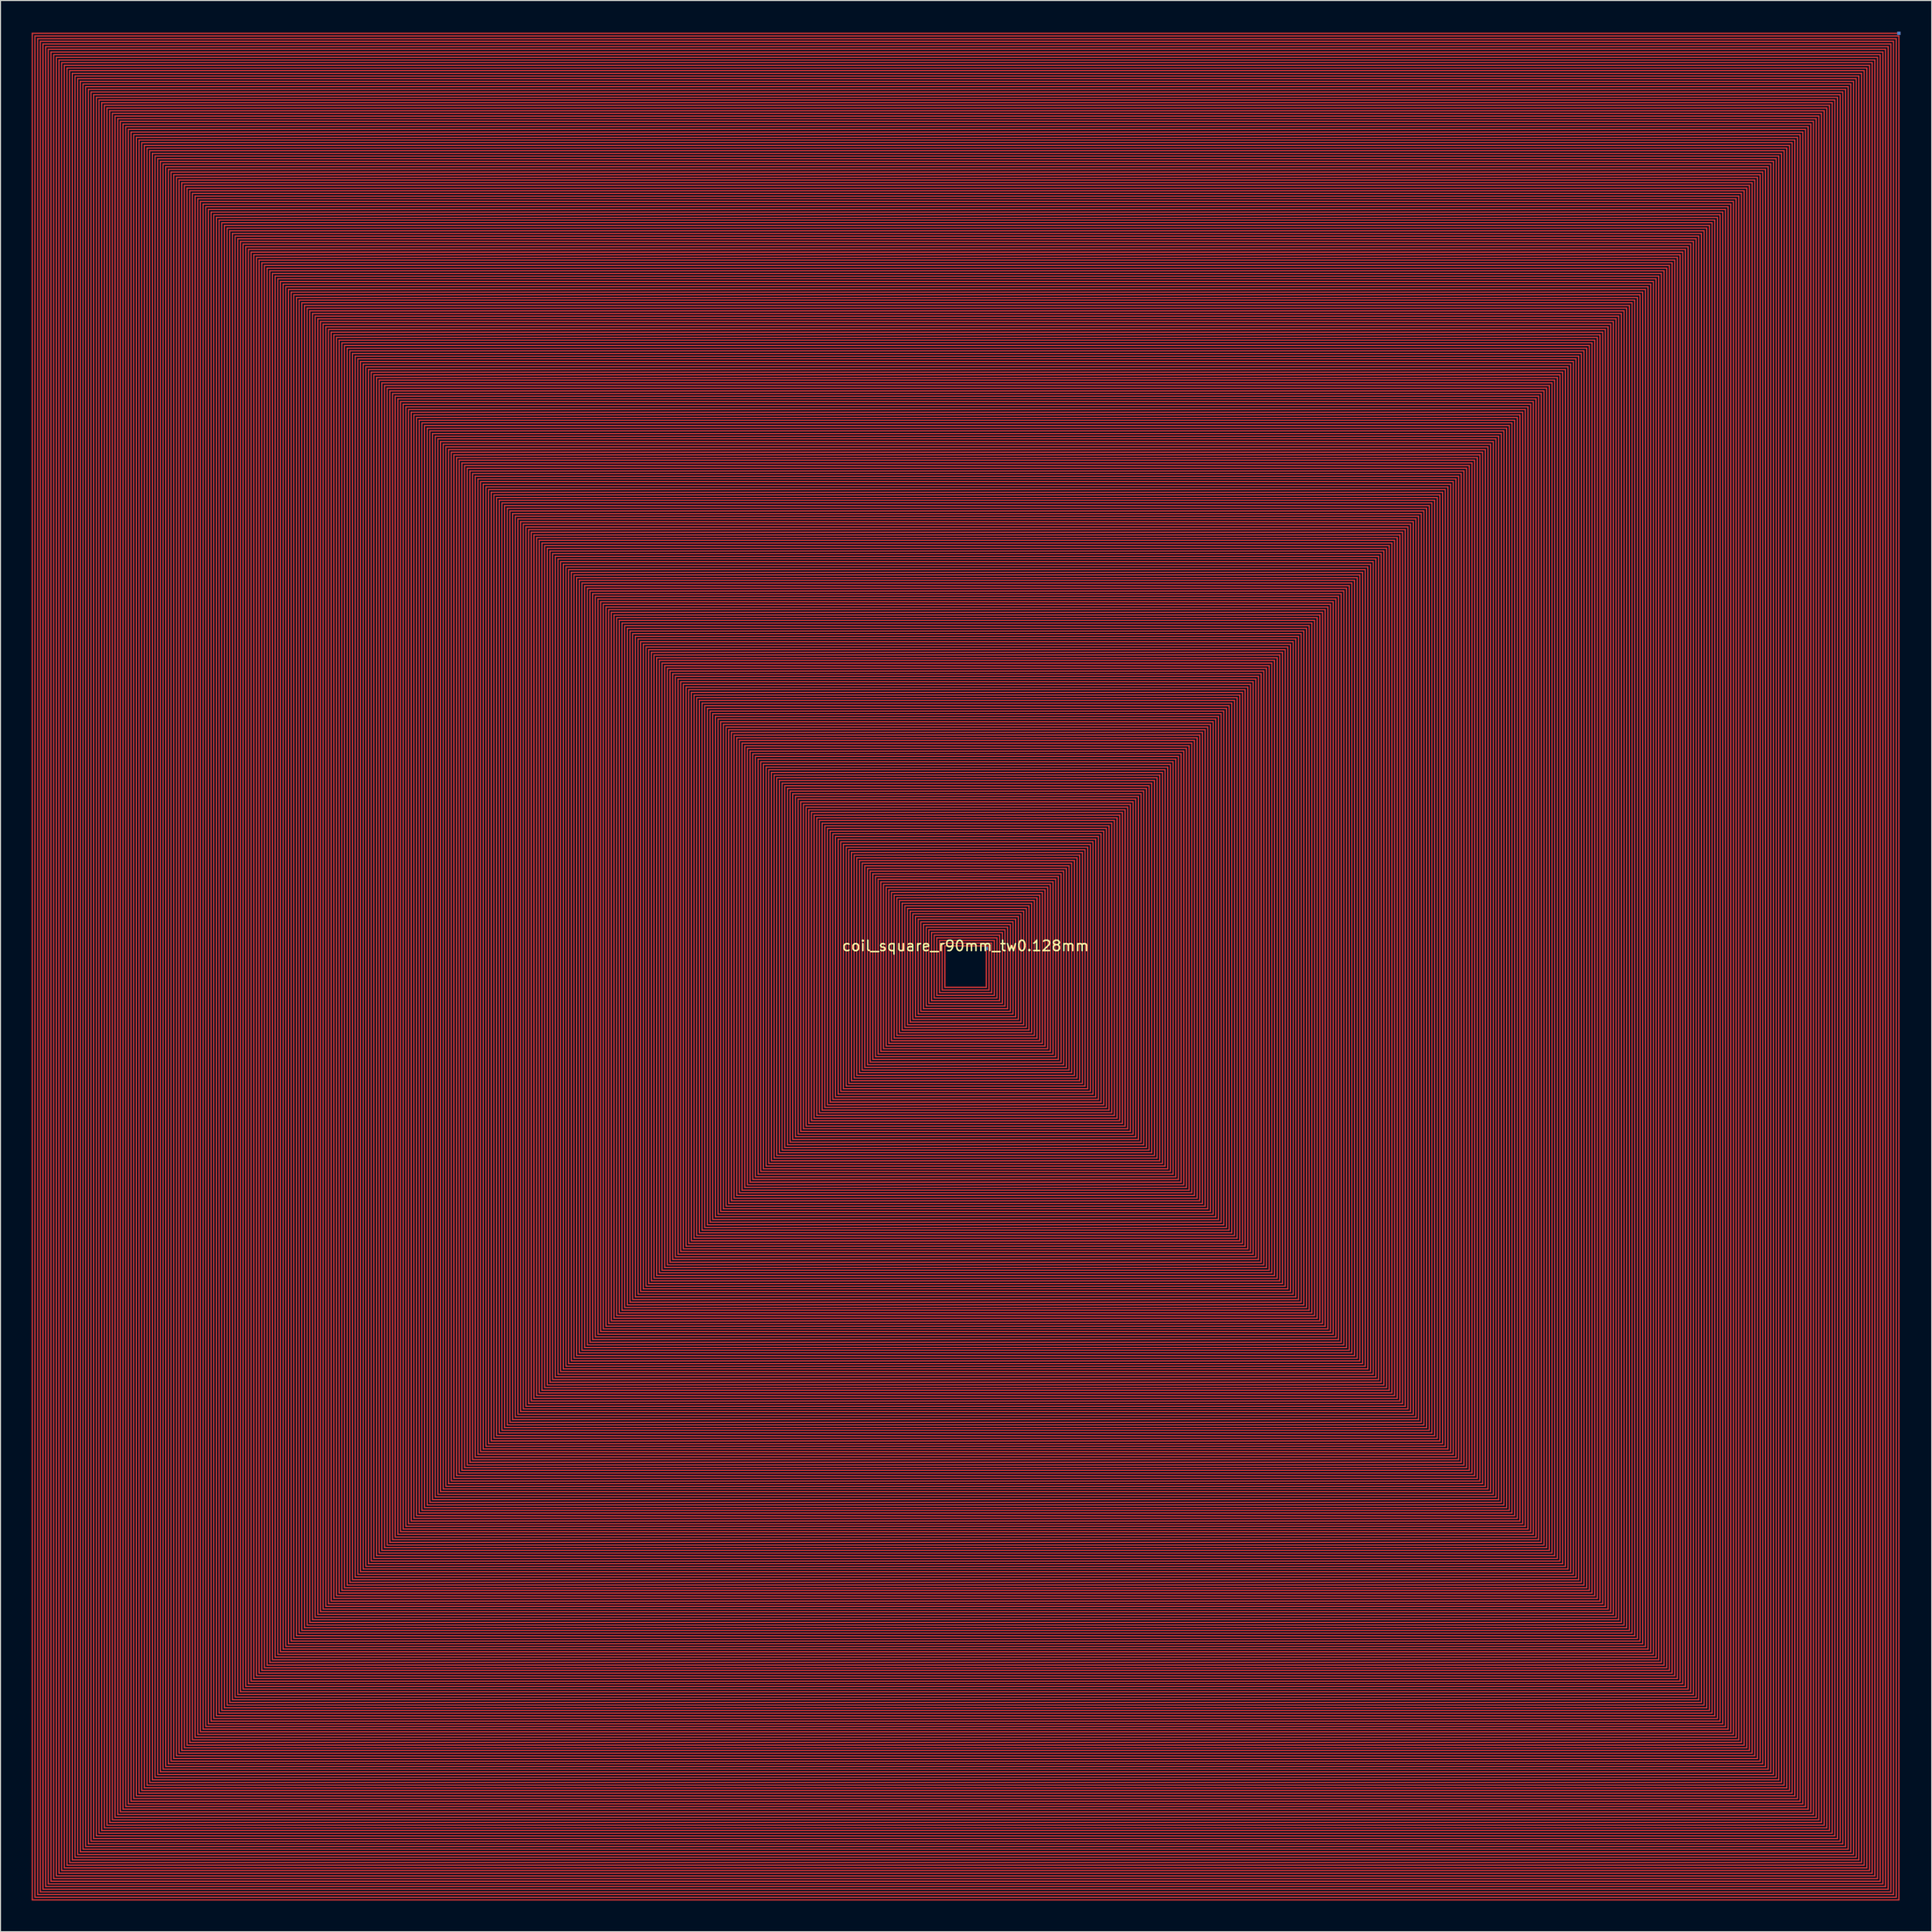
<source format=kicad_pcb>
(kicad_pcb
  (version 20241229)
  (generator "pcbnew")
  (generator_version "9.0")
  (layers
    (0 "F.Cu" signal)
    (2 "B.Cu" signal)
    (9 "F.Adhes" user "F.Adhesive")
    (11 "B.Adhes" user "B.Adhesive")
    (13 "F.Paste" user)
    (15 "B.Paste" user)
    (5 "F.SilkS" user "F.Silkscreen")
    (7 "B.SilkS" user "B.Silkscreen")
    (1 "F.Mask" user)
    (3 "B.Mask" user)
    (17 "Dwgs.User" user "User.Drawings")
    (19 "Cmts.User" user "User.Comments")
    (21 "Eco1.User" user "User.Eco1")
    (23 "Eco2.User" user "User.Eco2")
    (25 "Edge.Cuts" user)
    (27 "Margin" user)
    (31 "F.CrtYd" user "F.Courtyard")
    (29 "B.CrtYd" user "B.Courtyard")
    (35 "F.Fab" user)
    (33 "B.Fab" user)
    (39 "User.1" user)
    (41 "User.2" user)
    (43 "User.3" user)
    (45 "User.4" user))
  (footprint "coil_square_r90mm_tw0.128mm"
    (layer "F.Cu")
    (at 90.064 90.163)
    (property "Reference" "coil_square_r90mm_tw0.128mm" (at 0 -2 0) (layer "F.SilkS") (effects (font (size 1 1) (thickness 0.15))))
    (attr through_hole)
    (fp_line (start -90 -90) (end -90 90) (stroke (width 0.128) (type solid)) (layer "F.Cu"))
    (fp_line (start -90 90) (end 90 90) (stroke (width 0.128) (type solid)) (layer "F.Cu"))
    (fp_line (start -89.743 -89.743) (end -89.743 89.743) (stroke (width 0.128) (type solid)) (layer "F.Cu"))
    (fp_line (start -89.743 89.743) (end 89.743 89.743) (stroke (width 0.128) (type solid)) (layer "F.Cu"))
    (fp_line (start -89.485 -89.485) (end -89.485 89.485) (stroke (width 0.128) (type solid)) (layer "F.Cu"))
    (fp_line (start -89.485 89.485) (end 89.485 89.485) (stroke (width 0.128) (type solid)) (layer "F.Cu"))
    (fp_line (start -89.228 -89.228) (end -89.228 89.228) (stroke (width 0.128) (type solid)) (layer "F.Cu"))
    (fp_line (start -89.228 89.228) (end 89.228 89.228) (stroke (width 0.128) (type solid)) (layer "F.Cu"))
    (fp_line (start -88.971 -88.971) (end -88.971 88.971) (stroke (width 0.128) (type solid)) (layer "F.Cu"))
    (fp_line (start -88.971 88.971) (end 88.971 88.971) (stroke (width 0.128) (type solid)) (layer "F.Cu"))
    (fp_line (start -88.713 -88.713) (end -88.713 88.713) (stroke (width 0.128) (type solid)) (layer "F.Cu"))
    (fp_line (start -88.713 88.713) (end 88.713 88.713) (stroke (width 0.128) (type solid)) (layer "F.Cu"))
    (fp_line (start -88.456 -88.456) (end -88.456 88.456) (stroke (width 0.128) (type solid)) (layer "F.Cu"))
    (fp_line (start -88.456 88.456) (end 88.456 88.456) (stroke (width 0.128) (type solid)) (layer "F.Cu"))
    (fp_line (start -88.199 -88.199) (end -88.199 88.199) (stroke (width 0.128) (type solid)) (layer "F.Cu"))
    (fp_line (start -88.199 88.199) (end 88.199 88.199) (stroke (width 0.128) (type solid)) (layer "F.Cu"))
    (fp_line (start -87.942 -87.942) (end -87.942 87.942) (stroke (width 0.128) (type solid)) (layer "F.Cu"))
    (fp_line (start -87.942 87.942) (end 87.942 87.942) (stroke (width 0.128) (type solid)) (layer "F.Cu"))
    (fp_line (start -87.684 -87.684) (end -87.684 87.684) (stroke (width 0.128) (type solid)) (layer "F.Cu"))
    (fp_line (start -87.684 87.684) (end 87.684 87.684) (stroke (width 0.128) (type solid)) (layer "F.Cu"))
    (fp_line (start -87.427 -87.427) (end -87.427 87.427) (stroke (width 0.128) (type solid)) (layer "F.Cu"))
    (fp_line (start -87.427 87.427) (end 87.427 87.427) (stroke (width 0.128) (type solid)) (layer "F.Cu"))
    (fp_line (start -87.17 -87.17) (end -87.17 87.17) (stroke (width 0.128) (type solid)) (layer "F.Cu"))
    (fp_line (start -87.17 87.17) (end 87.17 87.17) (stroke (width 0.128) (type solid)) (layer "F.Cu"))
    (fp_line (start -86.912 -86.912) (end -86.912 86.912) (stroke (width 0.128) (type solid)) (layer "F.Cu"))
    (fp_line (start -86.912 86.912) (end 86.912 86.912) (stroke (width 0.128) (type solid)) (layer "F.Cu"))
    (fp_line (start -86.655 -86.655) (end -86.655 86.655) (stroke (width 0.128) (type solid)) (layer "F.Cu"))
    (fp_line (start -86.655 86.655) (end 86.655 86.655) (stroke (width 0.128) (type solid)) (layer "F.Cu"))
    (fp_line (start -86.398 -86.398) (end -86.398 86.398) (stroke (width 0.128) (type solid)) (layer "F.Cu"))
    (fp_line (start -86.398 86.398) (end 86.398 86.398) (stroke (width 0.128) (type solid)) (layer "F.Cu"))
    (fp_line (start -86.14 -86.14) (end -86.14 86.14) (stroke (width 0.128) (type solid)) (layer "F.Cu"))
    (fp_line (start -86.14 86.14) (end 86.14 86.14) (stroke (width 0.128) (type solid)) (layer "F.Cu"))
    (fp_line (start -85.883 -85.883) (end -85.883 85.883) (stroke (width 0.128) (type solid)) (layer "F.Cu"))
    (fp_line (start -85.883 85.883) (end 85.883 85.883) (stroke (width 0.128) (type solid)) (layer "F.Cu"))
    (fp_line (start -85.626 -85.626) (end -85.626 85.626) (stroke (width 0.128) (type solid)) (layer "F.Cu"))
    (fp_line (start -85.626 85.626) (end 85.626 85.626) (stroke (width 0.128) (type solid)) (layer "F.Cu"))
    (fp_line (start -85.368 -85.368) (end -85.368 85.368) (stroke (width 0.128) (type solid)) (layer "F.Cu"))
    (fp_line (start -85.368 85.368) (end 85.368 85.368) (stroke (width 0.128) (type solid)) (layer "F.Cu"))
    (fp_line (start -85.111 -85.111) (end -85.111 85.111) (stroke (width 0.128) (type solid)) (layer "F.Cu"))
    (fp_line (start -85.111 85.111) (end 85.111 85.111) (stroke (width 0.128) (type solid)) (layer "F.Cu"))
    (fp_line (start -84.854 -84.854) (end -84.854 84.854) (stroke (width 0.128) (type solid)) (layer "F.Cu"))
    (fp_line (start -84.854 84.854) (end 84.854 84.854) (stroke (width 0.128) (type solid)) (layer "F.Cu"))
    (fp_line (start -84.596 -84.596) (end -84.596 84.596) (stroke (width 0.128) (type solid)) (layer "F.Cu"))
    (fp_line (start -84.596 84.596) (end 84.596 84.596) (stroke (width 0.128) (type solid)) (layer "F.Cu"))
    (fp_line (start -84.339 -84.339) (end -84.339 84.339) (stroke (width 0.128) (type solid)) (layer "F.Cu"))
    (fp_line (start -84.339 84.339) (end 84.339 84.339) (stroke (width 0.128) (type solid)) (layer "F.Cu"))
    (fp_line (start -84.082 -84.082) (end -84.082 84.082) (stroke (width 0.128) (type solid)) (layer "F.Cu"))
    (fp_line (start -84.082 84.082) (end 84.082 84.082) (stroke (width 0.128) (type solid)) (layer "F.Cu"))
    (fp_line (start -83.825 -83.825) (end -83.825 83.825) (stroke (width 0.128) (type solid)) (layer "F.Cu"))
    (fp_line (start -83.825 83.825) (end 83.825 83.825) (stroke (width 0.128) (type solid)) (layer "F.Cu"))
    (fp_line (start -83.567 -83.567) (end -83.567 83.567) (stroke (width 0.128) (type solid)) (layer "F.Cu"))
    (fp_line (start -83.567 83.567) (end 83.567 83.567) (stroke (width 0.128) (type solid)) (layer "F.Cu"))
    (fp_line (start -83.31 -83.31) (end -83.31 83.31) (stroke (width 0.128) (type solid)) (layer "F.Cu"))
    (fp_line (start -83.31 83.31) (end 83.31 83.31) (stroke (width 0.128) (type solid)) (layer "F.Cu"))
    (fp_line (start -83.053 -83.053) (end -83.053 83.053) (stroke (width 0.128) (type solid)) (layer "F.Cu"))
    (fp_line (start -83.053 83.053) (end 83.053 83.053) (stroke (width 0.128) (type solid)) (layer "F.Cu"))
    (fp_line (start -82.795 -82.795) (end -82.795 82.795) (stroke (width 0.128) (type solid)) (layer "F.Cu"))
    (fp_line (start -82.795 82.795) (end 82.795 82.795) (stroke (width 0.128) (type solid)) (layer "F.Cu"))
    (fp_line (start -82.538 -82.538) (end -82.538 82.538) (stroke (width 0.128) (type solid)) (layer "F.Cu"))
    (fp_line (start -82.538 82.538) (end 82.538 82.538) (stroke (width 0.128) (type solid)) (layer "F.Cu"))
    (fp_line (start -82.281 -82.281) (end -82.281 82.281) (stroke (width 0.128) (type solid)) (layer "F.Cu"))
    (fp_line (start -82.281 82.281) (end 82.281 82.281) (stroke (width 0.128) (type solid)) (layer "F.Cu"))
    (fp_line (start -82.023 -82.023) (end -82.023 82.023) (stroke (width 0.128) (type solid)) (layer "F.Cu"))
    (fp_line (start -82.023 82.023) (end 82.023 82.023) (stroke (width 0.128) (type solid)) (layer "F.Cu"))
    (fp_line (start -81.766 -81.766) (end -81.766 81.766) (stroke (width 0.128) (type solid)) (layer "F.Cu"))
    (fp_line (start -81.766 81.766) (end 81.766 81.766) (stroke (width 0.128) (type solid)) (layer "F.Cu"))
    (fp_line (start -81.509 -81.509) (end -81.509 81.509) (stroke (width 0.128) (type solid)) (layer "F.Cu"))
    (fp_line (start -81.509 81.509) (end 81.509 81.509) (stroke (width 0.128) (type solid)) (layer "F.Cu"))
    (fp_line (start -81.251 -81.251) (end -81.251 81.251) (stroke (width 0.128) (type solid)) (layer "F.Cu"))
    (fp_line (start -81.251 81.251) (end 81.251 81.251) (stroke (width 0.128) (type solid)) (layer "F.Cu"))
    (fp_line (start -80.994 -80.994) (end -80.994 80.994) (stroke (width 0.128) (type solid)) (layer "F.Cu"))
    (fp_line (start -80.994 80.994) (end 80.994 80.994) (stroke (width 0.128) (type solid)) (layer "F.Cu"))
    (fp_line (start -80.737 -80.737) (end -80.737 80.737) (stroke (width 0.128) (type solid)) (layer "F.Cu"))
    (fp_line (start -80.737 80.737) (end 80.737 80.737) (stroke (width 0.128) (type solid)) (layer "F.Cu"))
    (fp_line (start -80.48 -80.48) (end -80.48 80.48) (stroke (width 0.128) (type solid)) (layer "F.Cu"))
    (fp_line (start -80.48 80.48) (end 80.48 80.48) (stroke (width 0.128) (type solid)) (layer "F.Cu"))
    (fp_line (start -80.222 -80.222) (end -80.222 80.222) (stroke (width 0.128) (type solid)) (layer "F.Cu"))
    (fp_line (start -80.222 80.222) (end 80.222 80.222) (stroke (width 0.128) (type solid)) (layer "F.Cu"))
    (fp_line (start -79.965 -79.965) (end -79.965 79.965) (stroke (width 0.128) (type solid)) (layer "F.Cu"))
    (fp_line (start -79.965 79.965) (end 79.965 79.965) (stroke (width 0.128) (type solid)) (layer "F.Cu"))
    (fp_line (start -79.708 -79.708) (end -79.708 79.708) (stroke (width 0.128) (type solid)) (layer "F.Cu"))
    (fp_line (start -79.708 79.708) (end 79.708 79.708) (stroke (width 0.128) (type solid)) (layer "F.Cu"))
    (fp_line (start -79.45 -79.45) (end -79.45 79.45) (stroke (width 0.128) (type solid)) (layer "F.Cu"))
    (fp_line (start -79.45 79.45) (end 79.45 79.45) (stroke (width 0.128) (type solid)) (layer "F.Cu"))
    (fp_line (start -79.193 -79.193) (end -79.193 79.193) (stroke (width 0.128) (type solid)) (layer "F.Cu"))
    (fp_line (start -79.193 79.193) (end 79.193 79.193) (stroke (width 0.128) (type solid)) (layer "F.Cu"))
    (fp_line (start -78.936 -78.936) (end -78.936 78.936) (stroke (width 0.128) (type solid)) (layer "F.Cu"))
    (fp_line (start -78.936 78.936) (end 78.936 78.936) (stroke (width 0.128) (type solid)) (layer "F.Cu"))
    (fp_line (start -78.678 -78.678) (end -78.678 78.678) (stroke (width 0.128) (type solid)) (layer "F.Cu"))
    (fp_line (start -78.678 78.678) (end 78.678 78.678) (stroke (width 0.128) (type solid)) (layer "F.Cu"))
    (fp_line (start -78.421 -78.421) (end -78.421 78.421) (stroke (width 0.128) (type solid)) (layer "F.Cu"))
    (fp_line (start -78.421 78.421) (end 78.421 78.421) (stroke (width 0.128) (type solid)) (layer "F.Cu"))
    (fp_line (start -78.164 -78.164) (end -78.164 78.164) (stroke (width 0.128) (type solid)) (layer "F.Cu"))
    (fp_line (start -78.164 78.164) (end 78.164 78.164) (stroke (width 0.128) (type solid)) (layer "F.Cu"))
    (fp_line (start -77.906 -77.906) (end -77.906 77.906) (stroke (width 0.128) (type solid)) (layer "F.Cu"))
    (fp_line (start -77.906 77.906) (end 77.906 77.906) (stroke (width 0.128) (type solid)) (layer "F.Cu"))
    (fp_line (start -77.649 -77.649) (end -77.649 77.649) (stroke (width 0.128) (type solid)) (layer "F.Cu"))
    (fp_line (start -77.649 77.649) (end 77.649 77.649) (stroke (width 0.128) (type solid)) (layer "F.Cu"))
    (fp_line (start -77.392 -77.392) (end -77.392 77.392) (stroke (width 0.128) (type solid)) (layer "F.Cu"))
    (fp_line (start -77.392 77.392) (end 77.392 77.392) (stroke (width 0.128) (type solid)) (layer "F.Cu"))
    (fp_line (start -77.135 -77.135) (end -77.135 77.135) (stroke (width 0.128) (type solid)) (layer "F.Cu"))
    (fp_line (start -77.135 77.135) (end 77.135 77.135) (stroke (width 0.128) (type solid)) (layer "F.Cu"))
    (fp_line (start -76.877 -76.877) (end -76.877 76.877) (stroke (width 0.128) (type solid)) (layer "F.Cu"))
    (fp_line (start -76.877 76.877) (end 76.877 76.877) (stroke (width 0.128) (type solid)) (layer "F.Cu"))
    (fp_line (start -76.62 -76.62) (end -76.62 76.62) (stroke (width 0.128) (type solid)) (layer "F.Cu"))
    (fp_line (start -76.62 76.62) (end 76.62 76.62) (stroke (width 0.128) (type solid)) (layer "F.Cu"))
    (fp_line (start -76.363 -76.363) (end -76.363 76.363) (stroke (width 0.128) (type solid)) (layer "F.Cu"))
    (fp_line (start -76.363 76.363) (end 76.363 76.363) (stroke (width 0.128) (type solid)) (layer "F.Cu"))
    (fp_line (start -76.105 -76.105) (end -76.105 76.105) (stroke (width 0.128) (type solid)) (layer "F.Cu"))
    (fp_line (start -76.105 76.105) (end 76.105 76.105) (stroke (width 0.128) (type solid)) (layer "F.Cu"))
    (fp_line (start -75.848 -75.848) (end -75.848 75.848) (stroke (width 0.128) (type solid)) (layer "F.Cu"))
    (fp_line (start -75.848 75.848) (end 75.848 75.848) (stroke (width 0.128) (type solid)) (layer "F.Cu"))
    (fp_line (start -75.591 -75.591) (end -75.591 75.591) (stroke (width 0.128) (type solid)) (layer "F.Cu"))
    (fp_line (start -75.591 75.591) (end 75.591 75.591) (stroke (width 0.128) (type solid)) (layer "F.Cu"))
    (fp_line (start -75.333 -75.333) (end -75.333 75.333) (stroke (width 0.128) (type solid)) (layer "F.Cu"))
    (fp_line (start -75.333 75.333) (end 75.333 75.333) (stroke (width 0.128) (type solid)) (layer "F.Cu"))
    (fp_line (start -75.076 -75.076) (end -75.076 75.076) (stroke (width 0.128) (type solid)) (layer "F.Cu"))
    (fp_line (start -75.076 75.076) (end 75.076 75.076) (stroke (width 0.128) (type solid)) (layer "F.Cu"))
    (fp_line (start -74.819 -74.819) (end -74.819 74.819) (stroke (width 0.128) (type solid)) (layer "F.Cu"))
    (fp_line (start -74.819 74.819) (end 74.819 74.819) (stroke (width 0.128) (type solid)) (layer "F.Cu"))
    (fp_line (start -74.561 -74.561) (end -74.561 74.561) (stroke (width 0.128) (type solid)) (layer "F.Cu"))
    (fp_line (start -74.561 74.561) (end 74.561 74.561) (stroke (width 0.128) (type solid)) (layer "F.Cu"))
    (fp_line (start -74.304 -74.304) (end -74.304 74.304) (stroke (width 0.128) (type solid)) (layer "F.Cu"))
    (fp_line (start -74.304 74.304) (end 74.304 74.304) (stroke (width 0.128) (type solid)) (layer "F.Cu"))
    (fp_line (start -74.047 -74.047) (end -74.047 74.047) (stroke (width 0.128) (type solid)) (layer "F.Cu"))
    (fp_line (start -74.047 74.047) (end 74.047 74.047) (stroke (width 0.128) (type solid)) (layer "F.Cu"))
    (fp_line (start -73.789 -73.789) (end -73.789 73.789) (stroke (width 0.128) (type solid)) (layer "F.Cu"))
    (fp_line (start -73.789 73.789) (end 73.789 73.789) (stroke (width 0.128) (type solid)) (layer "F.Cu"))
    (fp_line (start -73.532 -73.532) (end -73.532 73.532) (stroke (width 0.128) (type solid)) (layer "F.Cu"))
    (fp_line (start -73.532 73.532) (end 73.532 73.532) (stroke (width 0.128) (type solid)) (layer "F.Cu"))
    (fp_line (start -73.275 -73.275) (end -73.275 73.275) (stroke (width 0.128) (type solid)) (layer "F.Cu"))
    (fp_line (start -73.275 73.275) (end 73.275 73.275) (stroke (width 0.128) (type solid)) (layer "F.Cu"))
    (fp_line (start -73.018 -73.018) (end -73.018 73.018) (stroke (width 0.128) (type solid)) (layer "F.Cu"))
    (fp_line (start -73.018 73.018) (end 73.018 73.018) (stroke (width 0.128) (type solid)) (layer "F.Cu"))
    (fp_line (start -72.76 -72.76) (end -72.76 72.76) (stroke (width 0.128) (type solid)) (layer "F.Cu"))
    (fp_line (start -72.76 72.76) (end 72.76 72.76) (stroke (width 0.128) (type solid)) (layer "F.Cu"))
    (fp_line (start -72.503 -72.503) (end -72.503 72.503) (stroke (width 0.128) (type solid)) (layer "F.Cu"))
    (fp_line (start -72.503 72.503) (end 72.503 72.503) (stroke (width 0.128) (type solid)) (layer "F.Cu"))
    (fp_line (start -72.246 -72.246) (end -72.246 72.246) (stroke (width 0.128) (type solid)) (layer "F.Cu"))
    (fp_line (start -72.246 72.246) (end 72.246 72.246) (stroke (width 0.128) (type solid)) (layer "F.Cu"))
    (fp_line (start -71.988 -71.988) (end -71.988 71.988) (stroke (width 0.128) (type solid)) (layer "F.Cu"))
    (fp_line (start -71.988 71.988) (end 71.988 71.988) (stroke (width 0.128) (type solid)) (layer "F.Cu"))
    (fp_line (start -71.731 -71.731) (end -71.731 71.731) (stroke (width 0.128) (type solid)) (layer "F.Cu"))
    (fp_line (start -71.731 71.731) (end 71.731 71.731) (stroke (width 0.128) (type solid)) (layer "F.Cu"))
    (fp_line (start -71.474 -71.474) (end -71.474 71.474) (stroke (width 0.128) (type solid)) (layer "F.Cu"))
    (fp_line (start -71.474 71.474) (end 71.474 71.474) (stroke (width 0.128) (type solid)) (layer "F.Cu"))
    (fp_line (start -71.216 -71.216) (end -71.216 71.216) (stroke (width 0.128) (type solid)) (layer "F.Cu"))
    (fp_line (start -71.216 71.216) (end 71.216 71.216) (stroke (width 0.128) (type solid)) (layer "F.Cu"))
    (fp_line (start -70.959 -70.959) (end -70.959 70.959) (stroke (width 0.128) (type solid)) (layer "F.Cu"))
    (fp_line (start -70.959 70.959) (end 70.959 70.959) (stroke (width 0.128) (type solid)) (layer "F.Cu"))
    (fp_line (start -70.702 -70.702) (end -70.702 70.702) (stroke (width 0.128) (type solid)) (layer "F.Cu"))
    (fp_line (start -70.702 70.702) (end 70.702 70.702) (stroke (width 0.128) (type solid)) (layer "F.Cu"))
    (fp_line (start -70.444 -70.444) (end -70.444 70.444) (stroke (width 0.128) (type solid)) (layer "F.Cu"))
    (fp_line (start -70.444 70.444) (end 70.444 70.444) (stroke (width 0.128) (type solid)) (layer "F.Cu"))
    (fp_line (start -70.187 -70.187) (end -70.187 70.187) (stroke (width 0.128) (type solid)) (layer "F.Cu"))
    (fp_line (start -70.187 70.187) (end 70.187 70.187) (stroke (width 0.128) (type solid)) (layer "F.Cu"))
    (fp_line (start -69.93 -69.93) (end -69.93 69.93) (stroke (width 0.128) (type solid)) (layer "F.Cu"))
    (fp_line (start -69.93 69.93) (end 69.93 69.93) (stroke (width 0.128) (type solid)) (layer "F.Cu"))
    (fp_line (start -69.673 -69.673) (end -69.673 69.673) (stroke (width 0.128) (type solid)) (layer "F.Cu"))
    (fp_line (start -69.673 69.673) (end 69.673 69.673) (stroke (width 0.128) (type solid)) (layer "F.Cu"))
    (fp_line (start -69.415 -69.415) (end -69.415 69.415) (stroke (width 0.128) (type solid)) (layer "F.Cu"))
    (fp_line (start -69.415 69.415) (end 69.415 69.415) (stroke (width 0.128) (type solid)) (layer "F.Cu"))
    (fp_line (start -69.158 -69.158) (end -69.158 69.158) (stroke (width 0.128) (type solid)) (layer "F.Cu"))
    (fp_line (start -69.158 69.158) (end 69.158 69.158) (stroke (width 0.128) (type solid)) (layer "F.Cu"))
    (fp_line (start -68.901 -68.901) (end -68.901 68.901) (stroke (width 0.128) (type solid)) (layer "F.Cu"))
    (fp_line (start -68.901 68.901) (end 68.901 68.901) (stroke (width 0.128) (type solid)) (layer "F.Cu"))
    (fp_line (start -68.643 -68.643) (end -68.643 68.643) (stroke (width 0.128) (type solid)) (layer "F.Cu"))
    (fp_line (start -68.643 68.643) (end 68.643 68.643) (stroke (width 0.128) (type solid)) (layer "F.Cu"))
    (fp_line (start -68.386 -68.386) (end -68.386 68.386) (stroke (width 0.128) (type solid)) (layer "F.Cu"))
    (fp_line (start -68.386 68.386) (end 68.386 68.386) (stroke (width 0.128) (type solid)) (layer "F.Cu"))
    (fp_line (start -68.129 -68.129) (end -68.129 68.129) (stroke (width 0.128) (type solid)) (layer "F.Cu"))
    (fp_line (start -68.129 68.129) (end 68.129 68.129) (stroke (width 0.128) (type solid)) (layer "F.Cu"))
    (fp_line (start -67.871 -67.871) (end -67.871 67.871) (stroke (width 0.128) (type solid)) (layer "F.Cu"))
    (fp_line (start -67.871 67.871) (end 67.871 67.871) (stroke (width 0.128) (type solid)) (layer "F.Cu"))
    (fp_line (start -67.614 -67.614) (end -67.614 67.614) (stroke (width 0.128) (type solid)) (layer "F.Cu"))
    (fp_line (start -67.614 67.614) (end 67.614 67.614) (stroke (width 0.128) (type solid)) (layer "F.Cu"))
    (fp_line (start -67.357 -67.357) (end -67.357 67.357) (stroke (width 0.128) (type solid)) (layer "F.Cu"))
    (fp_line (start -67.357 67.357) (end 67.357 67.357) (stroke (width 0.128) (type solid)) (layer "F.Cu"))
    (fp_line (start -67.099 -67.099) (end -67.099 67.099) (stroke (width 0.128) (type solid)) (layer "F.Cu"))
    (fp_line (start -67.099 67.099) (end 67.099 67.099) (stroke (width 0.128) (type solid)) (layer "F.Cu"))
    (fp_line (start -66.842 -66.842) (end -66.842 66.842) (stroke (width 0.128) (type solid)) (layer "F.Cu"))
    (fp_line (start -66.842 66.842) (end 66.842 66.842) (stroke (width 0.128) (type solid)) (layer "F.Cu"))
    (fp_line (start -66.585 -66.585) (end -66.585 66.585) (stroke (width 0.128) (type solid)) (layer "F.Cu"))
    (fp_line (start -66.585 66.585) (end 66.585 66.585) (stroke (width 0.128) (type solid)) (layer "F.Cu"))
    (fp_line (start -66.327 -66.327) (end -66.327 66.327) (stroke (width 0.128) (type solid)) (layer "F.Cu"))
    (fp_line (start -66.327 66.327) (end 66.327 66.327) (stroke (width 0.128) (type solid)) (layer "F.Cu"))
    (fp_line (start -66.07 -66.07) (end -66.07 66.07) (stroke (width 0.128) (type solid)) (layer "F.Cu"))
    (fp_line (start -66.07 66.07) (end 66.07 66.07) (stroke (width 0.128) (type solid)) (layer "F.Cu"))
    (fp_line (start -65.813 -65.813) (end -65.813 65.813) (stroke (width 0.128) (type solid)) (layer "F.Cu"))
    (fp_line (start -65.813 65.813) (end 65.813 65.813) (stroke (width 0.128) (type solid)) (layer "F.Cu"))
    (fp_line (start -65.556 -65.556) (end -65.556 65.556) (stroke (width 0.128) (type solid)) (layer "F.Cu"))
    (fp_line (start -65.556 65.556) (end 65.556 65.556) (stroke (width 0.128) (type solid)) (layer "F.Cu"))
    (fp_line (start -65.298 -65.298) (end -65.298 65.298) (stroke (width 0.128) (type solid)) (layer "F.Cu"))
    (fp_line (start -65.298 65.298) (end 65.298 65.298) (stroke (width 0.128) (type solid)) (layer "F.Cu"))
    (fp_line (start -65.041 -65.041) (end -65.041 65.041) (stroke (width 0.128) (type solid)) (layer "F.Cu"))
    (fp_line (start -65.041 65.041) (end 65.041 65.041) (stroke (width 0.128) (type solid)) (layer "F.Cu"))
    (fp_line (start -64.784 -64.784) (end -64.784 64.784) (stroke (width 0.128) (type solid)) (layer "F.Cu"))
    (fp_line (start -64.784 64.784) (end 64.784 64.784) (stroke (width 0.128) (type solid)) (layer "F.Cu"))
    (fp_line (start -64.526 -64.526) (end -64.526 64.526) (stroke (width 0.128) (type solid)) (layer "F.Cu"))
    (fp_line (start -64.526 64.526) (end 64.526 64.526) (stroke (width 0.128) (type solid)) (layer "F.Cu"))
    (fp_line (start -64.269 -64.269) (end -64.269 64.269) (stroke (width 0.128) (type solid)) (layer "F.Cu"))
    (fp_line (start -64.269 64.269) (end 64.269 64.269) (stroke (width 0.128) (type solid)) (layer "F.Cu"))
    (fp_line (start -64.012 -64.012) (end -64.012 64.012) (stroke (width 0.128) (type solid)) (layer "F.Cu"))
    (fp_line (start -64.012 64.012) (end 64.012 64.012) (stroke (width 0.128) (type solid)) (layer "F.Cu"))
    (fp_line (start -63.754 -63.754) (end -63.754 63.754) (stroke (width 0.128) (type solid)) (layer "F.Cu"))
    (fp_line (start -63.754 63.754) (end 63.754 63.754) (stroke (width 0.128) (type solid)) (layer "F.Cu"))
    (fp_line (start -63.497 -63.497) (end -63.497 63.497) (stroke (width 0.128) (type solid)) (layer "F.Cu"))
    (fp_line (start -63.497 63.497) (end 63.497 63.497) (stroke (width 0.128) (type solid)) (layer "F.Cu"))
    (fp_line (start -63.24 -63.24) (end -63.24 63.24) (stroke (width 0.128) (type solid)) (layer "F.Cu"))
    (fp_line (start -63.24 63.24) (end 63.24 63.24) (stroke (width 0.128) (type solid)) (layer "F.Cu"))
    (fp_line (start -62.982 -62.982) (end -62.982 62.982) (stroke (width 0.128) (type solid)) (layer "F.Cu"))
    (fp_line (start -62.982 62.982) (end 62.982 62.982) (stroke (width 0.128) (type solid)) (layer "F.Cu"))
    (fp_line (start -62.725 -62.725) (end -62.725 62.725) (stroke (width 0.128) (type solid)) (layer "F.Cu"))
    (fp_line (start -62.725 62.725) (end 62.725 62.725) (stroke (width 0.128) (type solid)) (layer "F.Cu"))
    (fp_line (start -62.468 -62.468) (end -62.468 62.468) (stroke (width 0.128) (type solid)) (layer "F.Cu"))
    (fp_line (start -62.468 62.468) (end 62.468 62.468) (stroke (width 0.128) (type solid)) (layer "F.Cu"))
    (fp_line (start -62.211 -62.211) (end -62.211 62.211) (stroke (width 0.128) (type solid)) (layer "F.Cu"))
    (fp_line (start -62.211 62.211) (end 62.211 62.211) (stroke (width 0.128) (type solid)) (layer "F.Cu"))
    (fp_line (start -61.953 -61.953) (end -61.953 61.953) (stroke (width 0.128) (type solid)) (layer "F.Cu"))
    (fp_line (start -61.953 61.953) (end 61.953 61.953) (stroke (width 0.128) (type solid)) (layer "F.Cu"))
    (fp_line (start -61.696 -61.696) (end -61.696 61.696) (stroke (width 0.128) (type solid)) (layer "F.Cu"))
    (fp_line (start -61.696 61.696) (end 61.696 61.696) (stroke (width 0.128) (type solid)) (layer "F.Cu"))
    (fp_line (start -61.439 -61.439) (end -61.439 61.439) (stroke (width 0.128) (type solid)) (layer "F.Cu"))
    (fp_line (start -61.439 61.439) (end 61.439 61.439) (stroke (width 0.128) (type solid)) (layer "F.Cu"))
    (fp_line (start -61.181 -61.181) (end -61.181 61.181) (stroke (width 0.128) (type solid)) (layer "F.Cu"))
    (fp_line (start -61.181 61.181) (end 61.181 61.181) (stroke (width 0.128) (type solid)) (layer "F.Cu"))
    (fp_line (start -60.924 -60.924) (end -60.924 60.924) (stroke (width 0.128) (type solid)) (layer "F.Cu"))
    (fp_line (start -60.924 60.924) (end 60.924 60.924) (stroke (width 0.128) (type solid)) (layer "F.Cu"))
    (fp_line (start -60.667 -60.667) (end -60.667 60.667) (stroke (width 0.128) (type solid)) (layer "F.Cu"))
    (fp_line (start -60.667 60.667) (end 60.667 60.667) (stroke (width 0.128) (type solid)) (layer "F.Cu"))
    (fp_line (start -60.409 -60.409) (end -60.409 60.409) (stroke (width 0.128) (type solid)) (layer "F.Cu"))
    (fp_line (start -60.409 60.409) (end 60.409 60.409) (stroke (width 0.128) (type solid)) (layer "F.Cu"))
    (fp_line (start -60.152 -60.152) (end -60.152 60.152) (stroke (width 0.128) (type solid)) (layer "F.Cu"))
    (fp_line (start -60.152 60.152) (end 60.152 60.152) (stroke (width 0.128) (type solid)) (layer "F.Cu"))
    (fp_line (start -59.895 -59.895) (end -59.895 59.895) (stroke (width 0.128) (type solid)) (layer "F.Cu"))
    (fp_line (start -59.895 59.895) (end 59.895 59.895) (stroke (width 0.128) (type solid)) (layer "F.Cu"))
    (fp_line (start -59.637 -59.637) (end -59.637 59.637) (stroke (width 0.128) (type solid)) (layer "F.Cu"))
    (fp_line (start -59.637 59.637) (end 59.637 59.637) (stroke (width 0.128) (type solid)) (layer "F.Cu"))
    (fp_line (start -59.38 -59.38) (end -59.38 59.38) (stroke (width 0.128) (type solid)) (layer "F.Cu"))
    (fp_line (start -59.38 59.38) (end 59.38 59.38) (stroke (width 0.128) (type solid)) (layer "F.Cu"))
    (fp_line (start -59.123 -59.123) (end -59.123 59.123) (stroke (width 0.128) (type solid)) (layer "F.Cu"))
    (fp_line (start -59.123 59.123) (end 59.123 59.123) (stroke (width 0.128) (type solid)) (layer "F.Cu"))
    (fp_line (start -58.865 -58.865) (end -58.865 58.865) (stroke (width 0.128) (type solid)) (layer "F.Cu"))
    (fp_line (start -58.865 58.865) (end 58.865 58.865) (stroke (width 0.128) (type solid)) (layer "F.Cu"))
    (fp_line (start -58.608 -58.608) (end -58.608 58.608) (stroke (width 0.128) (type solid)) (layer "F.Cu"))
    (fp_line (start -58.608 58.608) (end 58.608 58.608) (stroke (width 0.128) (type solid)) (layer "F.Cu"))
    (fp_line (start -58.351 -58.351) (end -58.351 58.351) (stroke (width 0.128) (type solid)) (layer "F.Cu"))
    (fp_line (start -58.351 58.351) (end 58.351 58.351) (stroke (width 0.128) (type solid)) (layer "F.Cu"))
    (fp_line (start -58.094 -58.094) (end -58.094 58.094) (stroke (width 0.128) (type solid)) (layer "F.Cu"))
    (fp_line (start -58.094 58.094) (end 58.094 58.094) (stroke (width 0.128) (type solid)) (layer "F.Cu"))
    (fp_line (start -57.836 -57.836) (end -57.836 57.836) (stroke (width 0.128) (type solid)) (layer "F.Cu"))
    (fp_line (start -57.836 57.836) (end 57.836 57.836) (stroke (width 0.128) (type solid)) (layer "F.Cu"))
    (fp_line (start -57.579 -57.579) (end -57.579 57.579) (stroke (width 0.128) (type solid)) (layer "F.Cu"))
    (fp_line (start -57.579 57.579) (end 57.579 57.579) (stroke (width 0.128) (type solid)) (layer "F.Cu"))
    (fp_line (start -57.322 -57.322) (end -57.322 57.322) (stroke (width 0.128) (type solid)) (layer "F.Cu"))
    (fp_line (start -57.322 57.322) (end 57.322 57.322) (stroke (width 0.128) (type solid)) (layer "F.Cu"))
    (fp_line (start -57.064 -57.064) (end -57.064 57.064) (stroke (width 0.128) (type solid)) (layer "F.Cu"))
    (fp_line (start -57.064 57.064) (end 57.064 57.064) (stroke (width 0.128) (type solid)) (layer "F.Cu"))
    (fp_line (start -56.807 -56.807) (end -56.807 56.807) (stroke (width 0.128) (type solid)) (layer "F.Cu"))
    (fp_line (start -56.807 56.807) (end 56.807 56.807) (stroke (width 0.128) (type solid)) (layer "F.Cu"))
    (fp_line (start -56.55 -56.55) (end -56.55 56.55) (stroke (width 0.128) (type solid)) (layer "F.Cu"))
    (fp_line (start -56.55 56.55) (end 56.55 56.55) (stroke (width 0.128) (type solid)) (layer "F.Cu"))
    (fp_line (start -56.292 -56.292) (end -56.292 56.292) (stroke (width 0.128) (type solid)) (layer "F.Cu"))
    (fp_line (start -56.292 56.292) (end 56.292 56.292) (stroke (width 0.128) (type solid)) (layer "F.Cu"))
    (fp_line (start -56.035 -56.035) (end -56.035 56.035) (stroke (width 0.128) (type solid)) (layer "F.Cu"))
    (fp_line (start -56.035 56.035) (end 56.035 56.035) (stroke (width 0.128) (type solid)) (layer "F.Cu"))
    (fp_line (start -55.778 -55.778) (end -55.778 55.778) (stroke (width 0.128) (type solid)) (layer "F.Cu"))
    (fp_line (start -55.778 55.778) (end 55.778 55.778) (stroke (width 0.128) (type solid)) (layer "F.Cu"))
    (fp_line (start -55.52 -55.52) (end -55.52 55.52) (stroke (width 0.128) (type solid)) (layer "F.Cu"))
    (fp_line (start -55.52 55.52) (end 55.52 55.52) (stroke (width 0.128) (type solid)) (layer "F.Cu"))
    (fp_line (start -55.263 -55.263) (end -55.263 55.263) (stroke (width 0.128) (type solid)) (layer "F.Cu"))
    (fp_line (start -55.263 55.263) (end 55.263 55.263) (stroke (width 0.128) (type solid)) (layer "F.Cu"))
    (fp_line (start -55.006 -55.006) (end -55.006 55.006) (stroke (width 0.128) (type solid)) (layer "F.Cu"))
    (fp_line (start -55.006 55.006) (end 55.006 55.006) (stroke (width 0.128) (type solid)) (layer "F.Cu"))
    (fp_line (start -54.749 -54.749) (end -54.749 54.749) (stroke (width 0.128) (type solid)) (layer "F.Cu"))
    (fp_line (start -54.749 54.749) (end 54.749 54.749) (stroke (width 0.128) (type solid)) (layer "F.Cu"))
    (fp_line (start -54.491 -54.491) (end -54.491 54.491) (stroke (width 0.128) (type solid)) (layer "F.Cu"))
    (fp_line (start -54.491 54.491) (end 54.491 54.491) (stroke (width 0.128) (type solid)) (layer "F.Cu"))
    (fp_line (start -54.234 -54.234) (end -54.234 54.234) (stroke (width 0.128) (type solid)) (layer "F.Cu"))
    (fp_line (start -54.234 54.234) (end 54.234 54.234) (stroke (width 0.128) (type solid)) (layer "F.Cu"))
    (fp_line (start -53.977 -53.977) (end -53.977 53.977) (stroke (width 0.128) (type solid)) (layer "F.Cu"))
    (fp_line (start -53.977 53.977) (end 53.977 53.977) (stroke (width 0.128) (type solid)) (layer "F.Cu"))
    (fp_line (start -53.719 -53.719) (end -53.719 53.719) (stroke (width 0.128) (type solid)) (layer "F.Cu"))
    (fp_line (start -53.719 53.719) (end 53.719 53.719) (stroke (width 0.128) (type solid)) (layer "F.Cu"))
    (fp_line (start -53.462 -53.462) (end -53.462 53.462) (stroke (width 0.128) (type solid)) (layer "F.Cu"))
    (fp_line (start -53.462 53.462) (end 53.462 53.462) (stroke (width 0.128) (type solid)) (layer "F.Cu"))
    (fp_line (start -53.205 -53.205) (end -53.205 53.205) (stroke (width 0.128) (type solid)) (layer "F.Cu"))
    (fp_line (start -53.205 53.205) (end 53.205 53.205) (stroke (width 0.128) (type solid)) (layer "F.Cu"))
    (fp_line (start -52.947 -52.947) (end -52.947 52.947) (stroke (width 0.128) (type solid)) (layer "F.Cu"))
    (fp_line (start -52.947 52.947) (end 52.947 52.947) (stroke (width 0.128) (type solid)) (layer "F.Cu"))
    (fp_line (start -52.69 -52.69) (end -52.69 52.69) (stroke (width 0.128) (type solid)) (layer "F.Cu"))
    (fp_line (start -52.69 52.69) (end 52.69 52.69) (stroke (width 0.128) (type solid)) (layer "F.Cu"))
    (fp_line (start -52.433 -52.433) (end -52.433 52.433) (stroke (width 0.128) (type solid)) (layer "F.Cu"))
    (fp_line (start -52.433 52.433) (end 52.433 52.433) (stroke (width 0.128) (type solid)) (layer "F.Cu"))
    (fp_line (start -52.175 -52.175) (end -52.175 52.175) (stroke (width 0.128) (type solid)) (layer "F.Cu"))
    (fp_line (start -52.175 52.175) (end 52.175 52.175) (stroke (width 0.128) (type solid)) (layer "F.Cu"))
    (fp_line (start -51.918 -51.918) (end -51.918 51.918) (stroke (width 0.128) (type solid)) (layer "F.Cu"))
    (fp_line (start -51.918 51.918) (end 51.918 51.918) (stroke (width 0.128) (type solid)) (layer "F.Cu"))
    (fp_line (start -51.661 -51.661) (end -51.661 51.661) (stroke (width 0.128) (type solid)) (layer "F.Cu"))
    (fp_line (start -51.661 51.661) (end 51.661 51.661) (stroke (width 0.128) (type solid)) (layer "F.Cu"))
    (fp_line (start -51.404 -51.404) (end -51.404 51.404) (stroke (width 0.128) (type solid)) (layer "F.Cu"))
    (fp_line (start -51.404 51.404) (end 51.404 51.404) (stroke (width 0.128) (type solid)) (layer "F.Cu"))
    (fp_line (start -51.146 -51.146) (end -51.146 51.146) (stroke (width 0.128) (type solid)) (layer "F.Cu"))
    (fp_line (start -51.146 51.146) (end 51.146 51.146) (stroke (width 0.128) (type solid)) (layer "F.Cu"))
    (fp_line (start -50.889 -50.889) (end -50.889 50.889) (stroke (width 0.128) (type solid)) (layer "F.Cu"))
    (fp_line (start -50.889 50.889) (end 50.889 50.889) (stroke (width 0.128) (type solid)) (layer "F.Cu"))
    (fp_line (start -50.632 -50.632) (end -50.632 50.632) (stroke (width 0.128) (type solid)) (layer "F.Cu"))
    (fp_line (start -50.632 50.632) (end 50.632 50.632) (stroke (width 0.128) (type solid)) (layer "F.Cu"))
    (fp_line (start -50.374 -50.374) (end -50.374 50.374) (stroke (width 0.128) (type solid)) (layer "F.Cu"))
    (fp_line (start -50.374 50.374) (end 50.374 50.374) (stroke (width 0.128) (type solid)) (layer "F.Cu"))
    (fp_line (start -50.117 -50.117) (end -50.117 50.117) (stroke (width 0.128) (type solid)) (layer "F.Cu"))
    (fp_line (start -50.117 50.117) (end 50.117 50.117) (stroke (width 0.128) (type solid)) (layer "F.Cu"))
    (fp_line (start -49.86 -49.86) (end -49.86 49.86) (stroke (width 0.128) (type solid)) (layer "F.Cu"))
    (fp_line (start -49.86 49.86) (end 49.86 49.86) (stroke (width 0.128) (type solid)) (layer "F.Cu"))
    (fp_line (start -49.602 -49.602) (end -49.602 49.602) (stroke (width 0.128) (type solid)) (layer "F.Cu"))
    (fp_line (start -49.602 49.602) (end 49.602 49.602) (stroke (width 0.128) (type solid)) (layer "F.Cu"))
    (fp_line (start -49.345 -49.345) (end -49.345 49.345) (stroke (width 0.128) (type solid)) (layer "F.Cu"))
    (fp_line (start -49.345 49.345) (end 49.345 49.345) (stroke (width 0.128) (type solid)) (layer "F.Cu"))
    (fp_line (start -49.088 -49.088) (end -49.088 49.088) (stroke (width 0.128) (type solid)) (layer "F.Cu"))
    (fp_line (start -49.088 49.088) (end 49.088 49.088) (stroke (width 0.128) (type solid)) (layer "F.Cu"))
    (fp_line (start -48.83 -48.83) (end -48.83 48.83) (stroke (width 0.128) (type solid)) (layer "F.Cu"))
    (fp_line (start -48.83 48.83) (end 48.83 48.83) (stroke (width 0.128) (type solid)) (layer "F.Cu"))
    (fp_line (start -48.573 -48.573) (end -48.573 48.573) (stroke (width 0.128) (type solid)) (layer "F.Cu"))
    (fp_line (start -48.573 48.573) (end 48.573 48.573) (stroke (width 0.128) (type solid)) (layer "F.Cu"))
    (fp_line (start -48.316 -48.316) (end -48.316 48.316) (stroke (width 0.128) (type solid)) (layer "F.Cu"))
    (fp_line (start -48.316 48.316) (end 48.316 48.316) (stroke (width 0.128) (type solid)) (layer "F.Cu"))
    (fp_line (start -48.058 -48.058) (end -48.058 48.058) (stroke (width 0.128) (type solid)) (layer "F.Cu"))
    (fp_line (start -48.058 48.058) (end 48.058 48.058) (stroke (width 0.128) (type solid)) (layer "F.Cu"))
    (fp_line (start -47.801 -47.801) (end -47.801 47.801) (stroke (width 0.128) (type solid)) (layer "F.Cu"))
    (fp_line (start -47.801 47.801) (end 47.801 47.801) (stroke (width 0.128) (type solid)) (layer "F.Cu"))
    (fp_line (start -47.544 -47.544) (end -47.544 47.544) (stroke (width 0.128) (type solid)) (layer "F.Cu"))
    (fp_line (start -47.544 47.544) (end 47.544 47.544) (stroke (width 0.128) (type solid)) (layer "F.Cu"))
    (fp_line (start -47.287 -47.287) (end -47.287 47.287) (stroke (width 0.128) (type solid)) (layer "F.Cu"))
    (fp_line (start -47.287 47.287) (end 47.287 47.287) (stroke (width 0.128) (type solid)) (layer "F.Cu"))
    (fp_line (start -47.029 -47.029) (end -47.029 47.029) (stroke (width 0.128) (type solid)) (layer "F.Cu"))
    (fp_line (start -47.029 47.029) (end 47.029 47.029) (stroke (width 0.128) (type solid)) (layer "F.Cu"))
    (fp_line (start -46.772 -46.772) (end -46.772 46.772) (stroke (width 0.128) (type solid)) (layer "F.Cu"))
    (fp_line (start -46.772 46.772) (end 46.772 46.772) (stroke (width 0.128) (type solid)) (layer "F.Cu"))
    (fp_line (start -46.515 -46.515) (end -46.515 46.515) (stroke (width 0.128) (type solid)) (layer "F.Cu"))
    (fp_line (start -46.515 46.515) (end 46.515 46.515) (stroke (width 0.128) (type solid)) (layer "F.Cu"))
    (fp_line (start -46.257 -46.257) (end -46.257 46.257) (stroke (width 0.128) (type solid)) (layer "F.Cu"))
    (fp_line (start -46.257 46.257) (end 46.257 46.257) (stroke (width 0.128) (type solid)) (layer "F.Cu"))
    (fp_line (start -46 -46) (end -46 46) (stroke (width 0.128) (type solid)) (layer "F.Cu"))
    (fp_line (start -46 46) (end 46 46) (stroke (width 0.128) (type solid)) (layer "F.Cu"))
    (fp_line (start -45.743 -45.743) (end -45.743 45.743) (stroke (width 0.128) (type solid)) (layer "F.Cu"))
    (fp_line (start -45.743 45.743) (end 45.743 45.743) (stroke (width 0.128) (type solid)) (layer "F.Cu"))
    (fp_line (start -45.485 -45.485) (end -45.485 45.485) (stroke (width 0.128) (type solid)) (layer "F.Cu"))
    (fp_line (start -45.485 45.485) (end 45.485 45.485) (stroke (width 0.128) (type solid)) (layer "F.Cu"))
    (fp_line (start -45.228 -45.228) (end -45.228 45.228) (stroke (width 0.128) (type solid)) (layer "F.Cu"))
    (fp_line (start -45.228 45.228) (end 45.228 45.228) (stroke (width 0.128) (type solid)) (layer "F.Cu"))
    (fp_line (start -44.971 -44.971) (end -44.971 44.971) (stroke (width 0.128) (type solid)) (layer "F.Cu"))
    (fp_line (start -44.971 44.971) (end 44.971 44.971) (stroke (width 0.128) (type solid)) (layer "F.Cu"))
    (fp_line (start -44.713 -44.713) (end -44.713 44.713) (stroke (width 0.128) (type solid)) (layer "F.Cu"))
    (fp_line (start -44.713 44.713) (end 44.713 44.713) (stroke (width 0.128) (type solid)) (layer "F.Cu"))
    (fp_line (start -44.456 -44.456) (end -44.456 44.456) (stroke (width 0.128) (type solid)) (layer "F.Cu"))
    (fp_line (start -44.456 44.456) (end 44.456 44.456) (stroke (width 0.128) (type solid)) (layer "F.Cu"))
    (fp_line (start -44.199 -44.199) (end -44.199 44.199) (stroke (width 0.128) (type solid)) (layer "F.Cu"))
    (fp_line (start -44.199 44.199) (end 44.199 44.199) (stroke (width 0.128) (type solid)) (layer "F.Cu"))
    (fp_line (start -43.942 -43.942) (end -43.942 43.942) (stroke (width 0.128) (type solid)) (layer "F.Cu"))
    (fp_line (start -43.942 43.942) (end 43.942 43.942) (stroke (width 0.128) (type solid)) (layer "F.Cu"))
    (fp_line (start -43.684 -43.684) (end -43.684 43.684) (stroke (width 0.128) (type solid)) (layer "F.Cu"))
    (fp_line (start -43.684 43.684) (end 43.684 43.684) (stroke (width 0.128) (type solid)) (layer "F.Cu"))
    (fp_line (start -43.427 -43.427) (end -43.427 43.427) (stroke (width 0.128) (type solid)) (layer "F.Cu"))
    (fp_line (start -43.427 43.427) (end 43.427 43.427) (stroke (width 0.128) (type solid)) (layer "F.Cu"))
    (fp_line (start -43.17 -43.17) (end -43.17 43.17) (stroke (width 0.128) (type solid)) (layer "F.Cu"))
    (fp_line (start -43.17 43.17) (end 43.17 43.17) (stroke (width 0.128) (type solid)) (layer "F.Cu"))
    (fp_line (start -42.912 -42.912) (end -42.912 42.912) (stroke (width 0.128) (type solid)) (layer "F.Cu"))
    (fp_line (start -42.912 42.912) (end 42.912 42.912) (stroke (width 0.128) (type solid)) (layer "F.Cu"))
    (fp_line (start -42.655 -42.655) (end -42.655 42.655) (stroke (width 0.128) (type solid)) (layer "F.Cu"))
    (fp_line (start -42.655 42.655) (end 42.655 42.655) (stroke (width 0.128) (type solid)) (layer "F.Cu"))
    (fp_line (start -42.398 -42.398) (end -42.398 42.398) (stroke (width 0.128) (type solid)) (layer "F.Cu"))
    (fp_line (start -42.398 42.398) (end 42.398 42.398) (stroke (width 0.128) (type solid)) (layer "F.Cu"))
    (fp_line (start -42.14 -42.14) (end -42.14 42.14) (stroke (width 0.128) (type solid)) (layer "F.Cu"))
    (fp_line (start -42.14 42.14) (end 42.14 42.14) (stroke (width 0.128) (type solid)) (layer "F.Cu"))
    (fp_line (start -41.883 -41.883) (end -41.883 41.883) (stroke (width 0.128) (type solid)) (layer "F.Cu"))
    (fp_line (start -41.883 41.883) (end 41.883 41.883) (stroke (width 0.128) (type solid)) (layer "F.Cu"))
    (fp_line (start -41.626 -41.626) (end -41.626 41.626) (stroke (width 0.128) (type solid)) (layer "F.Cu"))
    (fp_line (start -41.626 41.626) (end 41.626 41.626) (stroke (width 0.128) (type solid)) (layer "F.Cu"))
    (fp_line (start -41.368 -41.368) (end -41.368 41.368) (stroke (width 0.128) (type solid)) (layer "F.Cu"))
    (fp_line (start -41.368 41.368) (end 41.368 41.368) (stroke (width 0.128) (type solid)) (layer "F.Cu"))
    (fp_line (start -41.111 -41.111) (end -41.111 41.111) (stroke (width 0.128) (type solid)) (layer "F.Cu"))
    (fp_line (start -41.111 41.111) (end 41.111 41.111) (stroke (width 0.128) (type solid)) (layer "F.Cu"))
    (fp_line (start -40.854 -40.854) (end -40.854 40.854) (stroke (width 0.128) (type solid)) (layer "F.Cu"))
    (fp_line (start -40.854 40.854) (end 40.854 40.854) (stroke (width 0.128) (type solid)) (layer "F.Cu"))
    (fp_line (start -40.596 -40.596) (end -40.596 40.596) (stroke (width 0.128) (type solid)) (layer "F.Cu"))
    (fp_line (start -40.596 40.596) (end 40.596 40.596) (stroke (width 0.128) (type solid)) (layer "F.Cu"))
    (fp_line (start -40.339 -40.339) (end -40.339 40.339) (stroke (width 0.128) (type solid)) (layer "F.Cu"))
    (fp_line (start -40.339 40.339) (end 40.339 40.339) (stroke (width 0.128) (type solid)) (layer "F.Cu"))
    (fp_line (start -40.082 -40.082) (end -40.082 40.082) (stroke (width 0.128) (type solid)) (layer "F.Cu"))
    (fp_line (start -40.082 40.082) (end 40.082 40.082) (stroke (width 0.128) (type solid)) (layer "F.Cu"))
    (fp_line (start -39.825 -39.825) (end -39.825 39.825) (stroke (width 0.128) (type solid)) (layer "F.Cu"))
    (fp_line (start -39.825 39.825) (end 39.825 39.825) (stroke (width 0.128) (type solid)) (layer "F.Cu"))
    (fp_line (start -39.567 -39.567) (end -39.567 39.567) (stroke (width 0.128) (type solid)) (layer "F.Cu"))
    (fp_line (start -39.567 39.567) (end 39.567 39.567) (stroke (width 0.128) (type solid)) (layer "F.Cu"))
    (fp_line (start -39.31 -39.31) (end -39.31 39.31) (stroke (width 0.128) (type solid)) (layer "F.Cu"))
    (fp_line (start -39.31 39.31) (end 39.31 39.31) (stroke (width 0.128) (type solid)) (layer "F.Cu"))
    (fp_line (start -39.053 -39.053) (end -39.053 39.053) (stroke (width 0.128) (type solid)) (layer "F.Cu"))
    (fp_line (start -39.053 39.053) (end 39.053 39.053) (stroke (width 0.128) (type solid)) (layer "F.Cu"))
    (fp_line (start -38.795 -38.795) (end -38.795 38.795) (stroke (width 0.128) (type solid)) (layer "F.Cu"))
    (fp_line (start -38.795 38.795) (end 38.795 38.795) (stroke (width 0.128) (type solid)) (layer "F.Cu"))
    (fp_line (start -38.538 -38.538) (end -38.538 38.538) (stroke (width 0.128) (type solid)) (layer "F.Cu"))
    (fp_line (start -38.538 38.538) (end 38.538 38.538) (stroke (width 0.128) (type solid)) (layer "F.Cu"))
    (fp_line (start -38.281 -38.281) (end -38.281 38.281) (stroke (width 0.128) (type solid)) (layer "F.Cu"))
    (fp_line (start -38.281 38.281) (end 38.281 38.281) (stroke (width 0.128) (type solid)) (layer "F.Cu"))
    (fp_line (start -38.023 -38.023) (end -38.023 38.023) (stroke (width 0.128) (type solid)) (layer "F.Cu"))
    (fp_line (start -38.023 38.023) (end 38.023 38.023) (stroke (width 0.128) (type solid)) (layer "F.Cu"))
    (fp_line (start -37.766 -37.766) (end -37.766 37.766) (stroke (width 0.128) (type solid)) (layer "F.Cu"))
    (fp_line (start -37.766 37.766) (end 37.766 37.766) (stroke (width 0.128) (type solid)) (layer "F.Cu"))
    (fp_line (start -37.509 -37.509) (end -37.509 37.509) (stroke (width 0.128) (type solid)) (layer "F.Cu"))
    (fp_line (start -37.509 37.509) (end 37.509 37.509) (stroke (width 0.128) (type solid)) (layer "F.Cu"))
    (fp_line (start -37.251 -37.251) (end -37.251 37.251) (stroke (width 0.128) (type solid)) (layer "F.Cu"))
    (fp_line (start -37.251 37.251) (end 37.251 37.251) (stroke (width 0.128) (type solid)) (layer "F.Cu"))
    (fp_line (start -36.994 -36.994) (end -36.994 36.994) (stroke (width 0.128) (type solid)) (layer "F.Cu"))
    (fp_line (start -36.994 36.994) (end 36.994 36.994) (stroke (width 0.128) (type solid)) (layer "F.Cu"))
    (fp_line (start -36.737 -36.737) (end -36.737 36.737) (stroke (width 0.128) (type solid)) (layer "F.Cu"))
    (fp_line (start -36.737 36.737) (end 36.737 36.737) (stroke (width 0.128) (type solid)) (layer "F.Cu"))
    (fp_line (start -36.48 -36.48) (end -36.48 36.48) (stroke (width 0.128) (type solid)) (layer "F.Cu"))
    (fp_line (start -36.48 36.48) (end 36.48 36.48) (stroke (width 0.128) (type solid)) (layer "F.Cu"))
    (fp_line (start -36.222 -36.222) (end -36.222 36.222) (stroke (width 0.128) (type solid)) (layer "F.Cu"))
    (fp_line (start -36.222 36.222) (end 36.222 36.222) (stroke (width 0.128) (type solid)) (layer "F.Cu"))
    (fp_line (start -35.965 -35.965) (end -35.965 35.965) (stroke (width 0.128) (type solid)) (layer "F.Cu"))
    (fp_line (start -35.965 35.965) (end 35.965 35.965) (stroke (width 0.128) (type solid)) (layer "F.Cu"))
    (fp_line (start -35.708 -35.708) (end -35.708 35.708) (stroke (width 0.128) (type solid)) (layer "F.Cu"))
    (fp_line (start -35.708 35.708) (end 35.708 35.708) (stroke (width 0.128) (type solid)) (layer "F.Cu"))
    (fp_line (start -35.45 -35.45) (end -35.45 35.45) (stroke (width 0.128) (type solid)) (layer "F.Cu"))
    (fp_line (start -35.45 35.45) (end 35.45 35.45) (stroke (width 0.128) (type solid)) (layer "F.Cu"))
    (fp_line (start -35.193 -35.193) (end -35.193 35.193) (stroke (width 0.128) (type solid)) (layer "F.Cu"))
    (fp_line (start -35.193 35.193) (end 35.193 35.193) (stroke (width 0.128) (type solid)) (layer "F.Cu"))
    (fp_line (start -34.936 -34.936) (end -34.936 34.936) (stroke (width 0.128) (type solid)) (layer "F.Cu"))
    (fp_line (start -34.936 34.936) (end 34.936 34.936) (stroke (width 0.128) (type solid)) (layer "F.Cu"))
    (fp_line (start -34.678 -34.678) (end -34.678 34.678) (stroke (width 0.128) (type solid)) (layer "F.Cu"))
    (fp_line (start -34.678 34.678) (end 34.678 34.678) (stroke (width 0.128) (type solid)) (layer "F.Cu"))
    (fp_line (start -34.421 -34.421) (end -34.421 34.421) (stroke (width 0.128) (type solid)) (layer "F.Cu"))
    (fp_line (start -34.421 34.421) (end 34.421 34.421) (stroke (width 0.128) (type solid)) (layer "F.Cu"))
    (fp_line (start -34.164 -34.164) (end -34.164 34.164) (stroke (width 0.128) (type solid)) (layer "F.Cu"))
    (fp_line (start -34.164 34.164) (end 34.164 34.164) (stroke (width 0.128) (type solid)) (layer "F.Cu"))
    (fp_line (start -33.906 -33.906) (end -33.906 33.906) (stroke (width 0.128) (type solid)) (layer "F.Cu"))
    (fp_line (start -33.906 33.906) (end 33.906 33.906) (stroke (width 0.128) (type solid)) (layer "F.Cu"))
    (fp_line (start -33.649 -33.649) (end -33.649 33.649) (stroke (width 0.128) (type solid)) (layer "F.Cu"))
    (fp_line (start -33.649 33.649) (end 33.649 33.649) (stroke (width 0.128) (type solid)) (layer "F.Cu"))
    (fp_line (start -33.392 -33.392) (end -33.392 33.392) (stroke (width 0.128) (type solid)) (layer "F.Cu"))
    (fp_line (start -33.392 33.392) (end 33.392 33.392) (stroke (width 0.128) (type solid)) (layer "F.Cu"))
    (fp_line (start -33.135 -33.135) (end -33.135 33.135) (stroke (width 0.128) (type solid)) (layer "F.Cu"))
    (fp_line (start -33.135 33.135) (end 33.135 33.135) (stroke (width 0.128) (type solid)) (layer "F.Cu"))
    (fp_line (start -32.877 -32.877) (end -32.877 32.877) (stroke (width 0.128) (type solid)) (layer "F.Cu"))
    (fp_line (start -32.877 32.877) (end 32.877 32.877) (stroke (width 0.128) (type solid)) (layer "F.Cu"))
    (fp_line (start -32.62 -32.62) (end -32.62 32.62) (stroke (width 0.128) (type solid)) (layer "F.Cu"))
    (fp_line (start -32.62 32.62) (end 32.62 32.62) (stroke (width 0.128) (type solid)) (layer "F.Cu"))
    (fp_line (start -32.363 -32.363) (end -32.363 32.363) (stroke (width 0.128) (type solid)) (layer "F.Cu"))
    (fp_line (start -32.363 32.363) (end 32.363 32.363) (stroke (width 0.128) (type solid)) (layer "F.Cu"))
    (fp_line (start -32.105 -32.105) (end -32.105 32.105) (stroke (width 0.128) (type solid)) (layer "F.Cu"))
    (fp_line (start -32.105 32.105) (end 32.105 32.105) (stroke (width 0.128) (type solid)) (layer "F.Cu"))
    (fp_line (start -31.848 -31.848) (end -31.848 31.848) (stroke (width 0.128) (type solid)) (layer "F.Cu"))
    (fp_line (start -31.848 31.848) (end 31.848 31.848) (stroke (width 0.128) (type solid)) (layer "F.Cu"))
    (fp_line (start -31.591 -31.591) (end -31.591 31.591) (stroke (width 0.128) (type solid)) (layer "F.Cu"))
    (fp_line (start -31.591 31.591) (end 31.591 31.591) (stroke (width 0.128) (type solid)) (layer "F.Cu"))
    (fp_line (start -31.333 -31.333) (end -31.333 31.333) (stroke (width 0.128) (type solid)) (layer "F.Cu"))
    (fp_line (start -31.333 31.333) (end 31.333 31.333) (stroke (width 0.128) (type solid)) (layer "F.Cu"))
    (fp_line (start -31.076 -31.076) (end -31.076 31.076) (stroke (width 0.128) (type solid)) (layer "F.Cu"))
    (fp_line (start -31.076 31.076) (end 31.076 31.076) (stroke (width 0.128) (type solid)) (layer "F.Cu"))
    (fp_line (start -30.819 -30.819) (end -30.819 30.819) (stroke (width 0.128) (type solid)) (layer "F.Cu"))
    (fp_line (start -30.819 30.819) (end 30.819 30.819) (stroke (width 0.128) (type solid)) (layer "F.Cu"))
    (fp_line (start -30.561 -30.561) (end -30.561 30.561) (stroke (width 0.128) (type solid)) (layer "F.Cu"))
    (fp_line (start -30.561 30.561) (end 30.561 30.561) (stroke (width 0.128) (type solid)) (layer "F.Cu"))
    (fp_line (start -30.304 -30.304) (end -30.304 30.304) (stroke (width 0.128) (type solid)) (layer "F.Cu"))
    (fp_line (start -30.304 30.304) (end 30.304 30.304) (stroke (width 0.128) (type solid)) (layer "F.Cu"))
    (fp_line (start -30.047 -30.047) (end -30.047 30.047) (stroke (width 0.128) (type solid)) (layer "F.Cu"))
    (fp_line (start -30.047 30.047) (end 30.047 30.047) (stroke (width 0.128) (type solid)) (layer "F.Cu"))
    (fp_line (start -29.789 -29.789) (end -29.789 29.789) (stroke (width 0.128) (type solid)) (layer "F.Cu"))
    (fp_line (start -29.789 29.789) (end 29.789 29.789) (stroke (width 0.128) (type solid)) (layer "F.Cu"))
    (fp_line (start -29.532 -29.532) (end -29.532 29.532) (stroke (width 0.128) (type solid)) (layer "F.Cu"))
    (fp_line (start -29.532 29.532) (end 29.532 29.532) (stroke (width 0.128) (type solid)) (layer "F.Cu"))
    (fp_line (start -29.275 -29.275) (end -29.275 29.275) (stroke (width 0.128) (type solid)) (layer "F.Cu"))
    (fp_line (start -29.275 29.275) (end 29.275 29.275) (stroke (width 0.128) (type solid)) (layer "F.Cu"))
    (fp_line (start -29.018 -29.018) (end -29.018 29.018) (stroke (width 0.128) (type solid)) (layer "F.Cu"))
    (fp_line (start -29.018 29.018) (end 29.018 29.018) (stroke (width 0.128) (type solid)) (layer "F.Cu"))
    (fp_line (start -28.76 -28.76) (end -28.76 28.76) (stroke (width 0.128) (type solid)) (layer "F.Cu"))
    (fp_line (start -28.76 28.76) (end 28.76 28.76) (stroke (width 0.128) (type solid)) (layer "F.Cu"))
    (fp_line (start -28.503 -28.503) (end -28.503 28.503) (stroke (width 0.128) (type solid)) (layer "F.Cu"))
    (fp_line (start -28.503 28.503) (end 28.503 28.503) (stroke (width 0.128) (type solid)) (layer "F.Cu"))
    (fp_line (start -28.246 -28.246) (end -28.246 28.246) (stroke (width 0.128) (type solid)) (layer "F.Cu"))
    (fp_line (start -28.246 28.246) (end 28.246 28.246) (stroke (width 0.128) (type solid)) (layer "F.Cu"))
    (fp_line (start -27.988 -27.988) (end -27.988 27.988) (stroke (width 0.128) (type solid)) (layer "F.Cu"))
    (fp_line (start -27.988 27.988) (end 27.988 27.988) (stroke (width 0.128) (type solid)) (layer "F.Cu"))
    (fp_line (start -27.731 -27.731) (end -27.731 27.731) (stroke (width 0.128) (type solid)) (layer "F.Cu"))
    (fp_line (start -27.731 27.731) (end 27.731 27.731) (stroke (width 0.128) (type solid)) (layer "F.Cu"))
    (fp_line (start -27.474 -27.474) (end -27.474 27.474) (stroke (width 0.128) (type solid)) (layer "F.Cu"))
    (fp_line (start -27.474 27.474) (end 27.474 27.474) (stroke (width 0.128) (type solid)) (layer "F.Cu"))
    (fp_line (start -27.216 -27.216) (end -27.216 27.216) (stroke (width 0.128) (type solid)) (layer "F.Cu"))
    (fp_line (start -27.216 27.216) (end 27.216 27.216) (stroke (width 0.128) (type solid)) (layer "F.Cu"))
    (fp_line (start -26.959 -26.959) (end -26.959 26.959) (stroke (width 0.128) (type solid)) (layer "F.Cu"))
    (fp_line (start -26.959 26.959) (end 26.959 26.959) (stroke (width 0.128) (type solid)) (layer "F.Cu"))
    (fp_line (start -26.702 -26.702) (end -26.702 26.702) (stroke (width 0.128) (type solid)) (layer "F.Cu"))
    (fp_line (start -26.702 26.702) (end 26.702 26.702) (stroke (width 0.128) (type solid)) (layer "F.Cu"))
    (fp_line (start -26.444 -26.444) (end -26.444 26.444) (stroke (width 0.128) (type solid)) (layer "F.Cu"))
    (fp_line (start -26.444 26.444) (end 26.444 26.444) (stroke (width 0.128) (type solid)) (layer "F.Cu"))
    (fp_line (start -26.187 -26.187) (end -26.187 26.187) (stroke (width 0.128) (type solid)) (layer "F.Cu"))
    (fp_line (start -26.187 26.187) (end 26.187 26.187) (stroke (width 0.128) (type solid)) (layer "F.Cu"))
    (fp_line (start -25.93 -25.93) (end -25.93 25.93) (stroke (width 0.128) (type solid)) (layer "F.Cu"))
    (fp_line (start -25.93 25.93) (end 25.93 25.93) (stroke (width 0.128) (type solid)) (layer "F.Cu"))
    (fp_line (start -25.673 -25.673) (end -25.673 25.673) (stroke (width 0.128) (type solid)) (layer "F.Cu"))
    (fp_line (start -25.673 25.673) (end 25.673 25.673) (stroke (width 0.128) (type solid)) (layer "F.Cu"))
    (fp_line (start -25.415 -25.415) (end -25.415 25.415) (stroke (width 0.128) (type solid)) (layer "F.Cu"))
    (fp_line (start -25.415 25.415) (end 25.415 25.415) (stroke (width 0.128) (type solid)) (layer "F.Cu"))
    (fp_line (start -25.158 -25.158) (end -25.158 25.158) (stroke (width 0.128) (type solid)) (layer "F.Cu"))
    (fp_line (start -25.158 25.158) (end 25.158 25.158) (stroke (width 0.128) (type solid)) (layer "F.Cu"))
    (fp_line (start -24.901 -24.901) (end -24.901 24.901) (stroke (width 0.128) (type solid)) (layer "F.Cu"))
    (fp_line (start -24.901 24.901) (end 24.901 24.901) (stroke (width 0.128) (type solid)) (layer "F.Cu"))
    (fp_line (start -24.643 -24.643) (end -24.643 24.643) (stroke (width 0.128) (type solid)) (layer "F.Cu"))
    (fp_line (start -24.643 24.643) (end 24.643 24.643) (stroke (width 0.128) (type solid)) (layer "F.Cu"))
    (fp_line (start -24.386 -24.386) (end -24.386 24.386) (stroke (width 0.128) (type solid)) (layer "F.Cu"))
    (fp_line (start -24.386 24.386) (end 24.386 24.386) (stroke (width 0.128) (type solid)) (layer "F.Cu"))
    (fp_line (start -24.129 -24.129) (end -24.129 24.129) (stroke (width 0.128) (type solid)) (layer "F.Cu"))
    (fp_line (start -24.129 24.129) (end 24.129 24.129) (stroke (width 0.128) (type solid)) (layer "F.Cu"))
    (fp_line (start -23.871 -23.871) (end -23.871 23.871) (stroke (width 0.128) (type solid)) (layer "F.Cu"))
    (fp_line (start -23.871 23.871) (end 23.871 23.871) (stroke (width 0.128) (type solid)) (layer "F.Cu"))
    (fp_line (start -23.614 -23.614) (end -23.614 23.614) (stroke (width 0.128) (type solid)) (layer "F.Cu"))
    (fp_line (start -23.614 23.614) (end 23.614 23.614) (stroke (width 0.128) (type solid)) (layer "F.Cu"))
    (fp_line (start -23.357 -23.357) (end -23.357 23.357) (stroke (width 0.128) (type solid)) (layer "F.Cu"))
    (fp_line (start -23.357 23.357) (end 23.357 23.357) (stroke (width 0.128) (type solid)) (layer "F.Cu"))
    (fp_line (start -23.099 -23.099) (end -23.099 23.099) (stroke (width 0.128) (type solid)) (layer "F.Cu"))
    (fp_line (start -23.099 23.099) (end 23.099 23.099) (stroke (width 0.128) (type solid)) (layer "F.Cu"))
    (fp_line (start -22.842 -22.842) (end -22.842 22.842) (stroke (width 0.128) (type solid)) (layer "F.Cu"))
    (fp_line (start -22.842 22.842) (end 22.842 22.842) (stroke (width 0.128) (type solid)) (layer "F.Cu"))
    (fp_line (start -22.585 -22.585) (end -22.585 22.585) (stroke (width 0.128) (type solid)) (layer "F.Cu"))
    (fp_line (start -22.585 22.585) (end 22.585 22.585) (stroke (width 0.128) (type solid)) (layer "F.Cu"))
    (fp_line (start -22.327 -22.327) (end -22.327 22.327) (stroke (width 0.128) (type solid)) (layer "F.Cu"))
    (fp_line (start -22.327 22.327) (end 22.327 22.327) (stroke (width 0.128) (type solid)) (layer "F.Cu"))
    (fp_line (start -22.07 -22.07) (end -22.07 22.07) (stroke (width 0.128) (type solid)) (layer "F.Cu"))
    (fp_line (start -22.07 22.07) (end 22.07 22.07) (stroke (width 0.128) (type solid)) (layer "F.Cu"))
    (fp_line (start -21.813 -21.813) (end -21.813 21.813) (stroke (width 0.128) (type solid)) (layer "F.Cu"))
    (fp_line (start -21.813 21.813) (end 21.813 21.813) (stroke (width 0.128) (type solid)) (layer "F.Cu"))
    (fp_line (start -21.556 -21.556) (end -21.556 21.556) (stroke (width 0.128) (type solid)) (layer "F.Cu"))
    (fp_line (start -21.556 21.556) (end 21.556 21.556) (stroke (width 0.128) (type solid)) (layer "F.Cu"))
    (fp_line (start -21.298 -21.298) (end -21.298 21.298) (stroke (width 0.128) (type solid)) (layer "F.Cu"))
    (fp_line (start -21.298 21.298) (end 21.298 21.298) (stroke (width 0.128) (type solid)) (layer "F.Cu"))
    (fp_line (start -21.041 -21.041) (end -21.041 21.041) (stroke (width 0.128) (type solid)) (layer "F.Cu"))
    (fp_line (start -21.041 21.041) (end 21.041 21.041) (stroke (width 0.128) (type solid)) (layer "F.Cu"))
    (fp_line (start -20.784 -20.784) (end -20.784 20.784) (stroke (width 0.128) (type solid)) (layer "F.Cu"))
    (fp_line (start -20.784 20.784) (end 20.784 20.784) (stroke (width 0.128) (type solid)) (layer "F.Cu"))
    (fp_line (start -20.526 -20.526) (end -20.526 20.526) (stroke (width 0.128) (type solid)) (layer "F.Cu"))
    (fp_line (start -20.526 20.526) (end 20.526 20.526) (stroke (width 0.128) (type solid)) (layer "F.Cu"))
    (fp_line (start -20.269 -20.269) (end -20.269 20.269) (stroke (width 0.128) (type solid)) (layer "F.Cu"))
    (fp_line (start -20.269 20.269) (end 20.269 20.269) (stroke (width 0.128) (type solid)) (layer "F.Cu"))
    (fp_line (start -20.012 -20.012) (end -20.012 20.012) (stroke (width 0.128) (type solid)) (layer "F.Cu"))
    (fp_line (start -20.012 20.012) (end 20.012 20.012) (stroke (width 0.128) (type solid)) (layer "F.Cu"))
    (fp_line (start -19.754 -19.754) (end -19.754 19.754) (stroke (width 0.128) (type solid)) (layer "F.Cu"))
    (fp_line (start -19.754 19.754) (end 19.754 19.754) (stroke (width 0.128) (type solid)) (layer "F.Cu"))
    (fp_line (start -19.497 -19.497) (end -19.497 19.497) (stroke (width 0.128) (type solid)) (layer "F.Cu"))
    (fp_line (start -19.497 19.497) (end 19.497 19.497) (stroke (width 0.128) (type solid)) (layer "F.Cu"))
    (fp_line (start -19.24 -19.24) (end -19.24 19.24) (stroke (width 0.128) (type solid)) (layer "F.Cu"))
    (fp_line (start -19.24 19.24) (end 19.24 19.24) (stroke (width 0.128) (type solid)) (layer "F.Cu"))
    (fp_line (start -18.982 -18.982) (end -18.982 18.982) (stroke (width 0.128) (type solid)) (layer "F.Cu"))
    (fp_line (start -18.982 18.982) (end 18.982 18.982) (stroke (width 0.128) (type solid)) (layer "F.Cu"))
    (fp_line (start -18.725 -18.725) (end -18.725 18.725) (stroke (width 0.128) (type solid)) (layer "F.Cu"))
    (fp_line (start -18.725 18.725) (end 18.725 18.725) (stroke (width 0.128) (type solid)) (layer "F.Cu"))
    (fp_line (start -18.468 -18.468) (end -18.468 18.468) (stroke (width 0.128) (type solid)) (layer "F.Cu"))
    (fp_line (start -18.468 18.468) (end 18.468 18.468) (stroke (width 0.128) (type solid)) (layer "F.Cu"))
    (fp_line (start -18.211 -18.211) (end -18.211 18.211) (stroke (width 0.128) (type solid)) (layer "F.Cu"))
    (fp_line (start -18.211 18.211) (end 18.211 18.211) (stroke (width 0.128) (type solid)) (layer "F.Cu"))
    (fp_line (start -17.953 -17.953) (end -17.953 17.953) (stroke (width 0.128) (type solid)) (layer "F.Cu"))
    (fp_line (start -17.953 17.953) (end 17.953 17.953) (stroke (width 0.128) (type solid)) (layer "F.Cu"))
    (fp_line (start -17.696 -17.696) (end -17.696 17.696) (stroke (width 0.128) (type solid)) (layer "F.Cu"))
    (fp_line (start -17.696 17.696) (end 17.696 17.696) (stroke (width 0.128) (type solid)) (layer "F.Cu"))
    (fp_line (start -17.439 -17.439) (end -17.439 17.439) (stroke (width 0.128) (type solid)) (layer "F.Cu"))
    (fp_line (start -17.439 17.439) (end 17.439 17.439) (stroke (width 0.128) (type solid)) (layer "F.Cu"))
    (fp_line (start -17.181 -17.181) (end -17.181 17.181) (stroke (width 0.128) (type solid)) (layer "F.Cu"))
    (fp_line (start -17.181 17.181) (end 17.181 17.181) (stroke (width 0.128) (type solid)) (layer "F.Cu"))
    (fp_line (start -16.924 -16.924) (end -16.924 16.924) (stroke (width 0.128) (type solid)) (layer "F.Cu"))
    (fp_line (start -16.924 16.924) (end 16.924 16.924) (stroke (width 0.128) (type solid)) (layer "F.Cu"))
    (fp_line (start -16.667 -16.667) (end -16.667 16.667) (stroke (width 0.128) (type solid)) (layer "F.Cu"))
    (fp_line (start -16.667 16.667) (end 16.667 16.667) (stroke (width 0.128) (type solid)) (layer "F.Cu"))
    (fp_line (start -16.409 -16.409) (end -16.409 16.409) (stroke (width 0.128) (type solid)) (layer "F.Cu"))
    (fp_line (start -16.409 16.409) (end 16.409 16.409) (stroke (width 0.128) (type solid)) (layer "F.Cu"))
    (fp_line (start -16.152 -16.152) (end -16.152 16.152) (stroke (width 0.128) (type solid)) (layer "F.Cu"))
    (fp_line (start -16.152 16.152) (end 16.152 16.152) (stroke (width 0.128) (type solid)) (layer "F.Cu"))
    (fp_line (start -15.895 -15.895) (end -15.895 15.895) (stroke (width 0.128) (type solid)) (layer "F.Cu"))
    (fp_line (start -15.895 15.895) (end 15.895 15.895) (stroke (width 0.128) (type solid)) (layer "F.Cu"))
    (fp_line (start -15.637 -15.637) (end -15.637 15.637) (stroke (width 0.128) (type solid)) (layer "F.Cu"))
    (fp_line (start -15.637 15.637) (end 15.637 15.637) (stroke (width 0.128) (type solid)) (layer "F.Cu"))
    (fp_line (start -15.38 -15.38) (end -15.38 15.38) (stroke (width 0.128) (type solid)) (layer "F.Cu"))
    (fp_line (start -15.38 15.38) (end 15.38 15.38) (stroke (width 0.128) (type solid)) (layer "F.Cu"))
    (fp_line (start -15.123 -15.123) (end -15.123 15.123) (stroke (width 0.128) (type solid)) (layer "F.Cu"))
    (fp_line (start -15.123 15.123) (end 15.123 15.123) (stroke (width 0.128) (type solid)) (layer "F.Cu"))
    (fp_line (start -14.865 -14.865) (end -14.865 14.865) (stroke (width 0.128) (type solid)) (layer "F.Cu"))
    (fp_line (start -14.865 14.865) (end 14.865 14.865) (stroke (width 0.128) (type solid)) (layer "F.Cu"))
    (fp_line (start -14.608 -14.608) (end -14.608 14.608) (stroke (width 0.128) (type solid)) (layer "F.Cu"))
    (fp_line (start -14.608 14.608) (end 14.608 14.608) (stroke (width 0.128) (type solid)) (layer "F.Cu"))
    (fp_line (start -14.351 -14.351) (end -14.351 14.351) (stroke (width 0.128) (type solid)) (layer "F.Cu"))
    (fp_line (start -14.351 14.351) (end 14.351 14.351) (stroke (width 0.128) (type solid)) (layer "F.Cu"))
    (fp_line (start -14.094 -14.094) (end -14.094 14.094) (stroke (width 0.128) (type solid)) (layer "F.Cu"))
    (fp_line (start -14.094 14.094) (end 14.094 14.094) (stroke (width 0.128) (type solid)) (layer "F.Cu"))
    (fp_line (start -13.836 -13.836) (end -13.836 13.836) (stroke (width 0.128) (type solid)) (layer "F.Cu"))
    (fp_line (start -13.836 13.836) (end 13.836 13.836) (stroke (width 0.128) (type solid)) (layer "F.Cu"))
    (fp_line (start -13.579 -13.579) (end -13.579 13.579) (stroke (width 0.128) (type solid)) (layer "F.Cu"))
    (fp_line (start -13.579 13.579) (end 13.579 13.579) (stroke (width 0.128) (type solid)) (layer "F.Cu"))
    (fp_line (start -13.322 -13.322) (end -13.322 13.322) (stroke (width 0.128) (type solid)) (layer "F.Cu"))
    (fp_line (start -13.322 13.322) (end 13.322 13.322) (stroke (width 0.128) (type solid)) (layer "F.Cu"))
    (fp_line (start -13.064 -13.064) (end -13.064 13.064) (stroke (width 0.128) (type solid)) (layer "F.Cu"))
    (fp_line (start -13.064 13.064) (end 13.064 13.064) (stroke (width 0.128) (type solid)) (layer "F.Cu"))
    (fp_line (start -12.807 -12.807) (end -12.807 12.807) (stroke (width 0.128) (type solid)) (layer "F.Cu"))
    (fp_line (start -12.807 12.807) (end 12.807 12.807) (stroke (width 0.128) (type solid)) (layer "F.Cu"))
    (fp_line (start -12.55 -12.55) (end -12.55 12.55) (stroke (width 0.128) (type solid)) (layer "F.Cu"))
    (fp_line (start -12.55 12.55) (end 12.55 12.55) (stroke (width 0.128) (type solid)) (layer "F.Cu"))
    (fp_line (start -12.292 -12.292) (end -12.292 12.292) (stroke (width 0.128) (type solid)) (layer "F.Cu"))
    (fp_line (start -12.292 12.292) (end 12.292 12.292) (stroke (width 0.128) (type solid)) (layer "F.Cu"))
    (fp_line (start -12.035 -12.035) (end -12.035 12.035) (stroke (width 0.128) (type solid)) (layer "F.Cu"))
    (fp_line (start -12.035 12.035) (end 12.035 12.035) (stroke (width 0.128) (type solid)) (layer "F.Cu"))
    (fp_line (start -11.778 -11.778) (end -11.778 11.778) (stroke (width 0.128) (type solid)) (layer "F.Cu"))
    (fp_line (start -11.778 11.778) (end 11.778 11.778) (stroke (width 0.128) (type solid)) (layer "F.Cu"))
    (fp_line (start -11.52 -11.52) (end -11.52 11.52) (stroke (width 0.128) (type solid)) (layer "F.Cu"))
    (fp_line (start -11.52 11.52) (end 11.52 11.52) (stroke (width 0.128) (type solid)) (layer "F.Cu"))
    (fp_line (start -11.263 -11.263) (end -11.263 11.263) (stroke (width 0.128) (type solid)) (layer "F.Cu"))
    (fp_line (start -11.263 11.263) (end 11.263 11.263) (stroke (width 0.128) (type solid)) (layer "F.Cu"))
    (fp_line (start -11.006 -11.006) (end -11.006 11.006) (stroke (width 0.128) (type solid)) (layer "F.Cu"))
    (fp_line (start -11.006 11.006) (end 11.006 11.006) (stroke (width 0.128) (type solid)) (layer "F.Cu"))
    (fp_line (start -10.749 -10.749) (end -10.749 10.749) (stroke (width 0.128) (type solid)) (layer "F.Cu"))
    (fp_line (start -10.749 10.749) (end 10.749 10.749) (stroke (width 0.128) (type solid)) (layer "F.Cu"))
    (fp_line (start -10.491 -10.491) (end -10.491 10.491) (stroke (width 0.128) (type solid)) (layer "F.Cu"))
    (fp_line (start -10.491 10.491) (end 10.491 10.491) (stroke (width 0.128) (type solid)) (layer "F.Cu"))
    (fp_line (start -10.234 -10.234) (end -10.234 10.234) (stroke (width 0.128) (type solid)) (layer "F.Cu"))
    (fp_line (start -10.234 10.234) (end 10.234 10.234) (stroke (width 0.128) (type solid)) (layer "F.Cu"))
    (fp_line (start -9.977 -9.977) (end -9.977 9.977) (stroke (width 0.128) (type solid)) (layer "F.Cu"))
    (fp_line (start -9.977 9.977) (end 9.977 9.977) (stroke (width 0.128) (type solid)) (layer "F.Cu"))
    (fp_line (start -9.719 -9.719) (end -9.719 9.719) (stroke (width 0.128) (type solid)) (layer "F.Cu"))
    (fp_line (start -9.719 9.719) (end 9.719 9.719) (stroke (width 0.128) (type solid)) (layer "F.Cu"))
    (fp_line (start -9.462 -9.462) (end -9.462 9.462) (stroke (width 0.128) (type solid)) (layer "F.Cu"))
    (fp_line (start -9.462 9.462) (end 9.462 9.462) (stroke (width 0.128) (type solid)) (layer "F.Cu"))
    (fp_line (start -9.205 -9.205) (end -9.205 9.205) (stroke (width 0.128) (type solid)) (layer "F.Cu"))
    (fp_line (start -9.205 9.205) (end 9.205 9.205) (stroke (width 0.128) (type solid)) (layer "F.Cu"))
    (fp_line (start -8.947 -8.947) (end -8.947 8.947) (stroke (width 0.128) (type solid)) (layer "F.Cu"))
    (fp_line (start -8.947 8.947) (end 8.947 8.947) (stroke (width 0.128) (type solid)) (layer "F.Cu"))
    (fp_line (start -8.69 -8.69) (end -8.69 8.69) (stroke (width 0.128) (type solid)) (layer "F.Cu"))
    (fp_line (start -8.69 8.69) (end 8.69 8.69) (stroke (width 0.128) (type solid)) (layer "F.Cu"))
    (fp_line (start -8.433 -8.433) (end -8.433 8.433) (stroke (width 0.128) (type solid)) (layer "F.Cu"))
    (fp_line (start -8.433 8.433) (end 8.433 8.433) (stroke (width 0.128) (type solid)) (layer "F.Cu"))
    (fp_line (start -8.175 -8.175) (end -8.175 8.175) (stroke (width 0.128) (type solid)) (layer "F.Cu"))
    (fp_line (start -8.175 8.175) (end 8.175 8.175) (stroke (width 0.128) (type solid)) (layer "F.Cu"))
    (fp_line (start -7.918 -7.918) (end -7.918 7.918) (stroke (width 0.128) (type solid)) (layer "F.Cu"))
    (fp_line (start -7.918 7.918) (end 7.918 7.918) (stroke (width 0.128) (type solid)) (layer "F.Cu"))
    (fp_line (start -7.661 -7.661) (end -7.661 7.661) (stroke (width 0.128) (type solid)) (layer "F.Cu"))
    (fp_line (start -7.661 7.661) (end 7.661 7.661) (stroke (width 0.128) (type solid)) (layer "F.Cu"))
    (fp_line (start -7.404 -7.404) (end -7.404 7.404) (stroke (width 0.128) (type solid)) (layer "F.Cu"))
    (fp_line (start -7.404 7.404) (end 7.404 7.404) (stroke (width 0.128) (type solid)) (layer "F.Cu"))
    (fp_line (start -7.146 -7.146) (end -7.146 7.146) (stroke (width 0.128) (type solid)) (layer "F.Cu"))
    (fp_line (start -7.146 7.146) (end 7.146 7.146) (stroke (width 0.128) (type solid)) (layer "F.Cu"))
    (fp_line (start -6.889 -6.889) (end -6.889 6.889) (stroke (width 0.128) (type solid)) (layer "F.Cu"))
    (fp_line (start -6.889 6.889) (end 6.889 6.889) (stroke (width 0.128) (type solid)) (layer "F.Cu"))
    (fp_line (start -6.632 -6.632) (end -6.632 6.632) (stroke (width 0.128) (type solid)) (layer "F.Cu"))
    (fp_line (start -6.632 6.632) (end 6.632 6.632) (stroke (width 0.128) (type solid)) (layer "F.Cu"))
    (fp_line (start -6.374 -6.374) (end -6.374 6.374) (stroke (width 0.128) (type solid)) (layer "F.Cu"))
    (fp_line (start -6.374 6.374) (end 6.374 6.374) (stroke (width 0.128) (type solid)) (layer "F.Cu"))
    (fp_line (start -6.117 -6.117) (end -6.117 6.117) (stroke (width 0.128) (type solid)) (layer "F.Cu"))
    (fp_line (start -6.117 6.117) (end 6.117 6.117) (stroke (width 0.128) (type solid)) (layer "F.Cu"))
    (fp_line (start -5.86 -5.86) (end -5.86 5.86) (stroke (width 0.128) (type solid)) (layer "F.Cu"))
    (fp_line (start -5.86 5.86) (end 5.86 5.86) (stroke (width 0.128) (type solid)) (layer "F.Cu"))
    (fp_line (start -5.602 -5.602) (end -5.602 5.602) (stroke (width 0.128) (type solid)) (layer "F.Cu"))
    (fp_line (start -5.602 5.602) (end 5.602 5.602) (stroke (width 0.128) (type solid)) (layer "F.Cu"))
    (fp_line (start -5.345 -5.345) (end -5.345 5.345) (stroke (width 0.128) (type solid)) (layer "F.Cu"))
    (fp_line (start -5.345 5.345) (end 5.345 5.345) (stroke (width 0.128) (type solid)) (layer "F.Cu"))
    (fp_line (start -5.088 -5.088) (end -5.088 5.088) (stroke (width 0.128) (type solid)) (layer "F.Cu"))
    (fp_line (start -5.088 5.088) (end 5.088 5.088) (stroke (width 0.128) (type solid)) (layer "F.Cu"))
    (fp_line (start -4.83 -4.83) (end -4.83 4.83) (stroke (width 0.128) (type solid)) (layer "F.Cu"))
    (fp_line (start -4.83 4.83) (end 4.83 4.83) (stroke (width 0.128) (type solid)) (layer "F.Cu"))
    (fp_line (start -4.573 -4.573) (end -4.573 4.573) (stroke (width 0.128) (type solid)) (layer "F.Cu"))
    (fp_line (start -4.573 4.573) (end 4.573 4.573) (stroke (width 0.128) (type solid)) (layer "F.Cu"))
    (fp_line (start -4.316 -4.316) (end -4.316 4.316) (stroke (width 0.128) (type solid)) (layer "F.Cu"))
    (fp_line (start -4.316 4.316) (end 4.316 4.316) (stroke (width 0.128) (type solid)) (layer "F.Cu"))
    (fp_line (start -4.058 -4.058) (end -4.058 4.058) (stroke (width 0.128) (type solid)) (layer "F.Cu"))
    (fp_line (start -4.058 4.058) (end 4.058 4.058) (stroke (width 0.128) (type solid)) (layer "F.Cu"))
    (fp_line (start -3.801 -3.801) (end -3.801 3.801) (stroke (width 0.128) (type solid)) (layer "F.Cu"))
    (fp_line (start -3.801 3.801) (end 3.801 3.801) (stroke (width 0.128) (type solid)) (layer "F.Cu"))
    (fp_line (start -3.544 -3.544) (end -3.544 3.544) (stroke (width 0.128) (type solid)) (layer "F.Cu"))
    (fp_line (start -3.544 3.544) (end 3.544 3.544) (stroke (width 0.128) (type solid)) (layer "F.Cu"))
    (fp_line (start -3.287 -3.287) (end -3.287 3.287) (stroke (width 0.128) (type solid)) (layer "F.Cu"))
    (fp_line (start -3.287 3.287) (end 3.287 3.287) (stroke (width 0.128) (type solid)) (layer "F.Cu"))
    (fp_line (start -3.029 -3.029) (end -3.029 3.029) (stroke (width 0.128) (type solid)) (layer "F.Cu"))
    (fp_line (start -3.029 3.029) (end 3.029 3.029) (stroke (width 0.128) (type solid)) (layer "F.Cu"))
    (fp_line (start -2.772 -2.772) (end -2.772 2.772) (stroke (width 0.128) (type solid)) (layer "F.Cu"))
    (fp_line (start -2.772 2.772) (end 2.772 2.772) (stroke (width 0.128) (type solid)) (layer "F.Cu"))
    (fp_line (start -2.515 -2.515) (end -2.515 2.515) (stroke (width 0.128) (type solid)) (layer "F.Cu"))
    (fp_line (start -2.515 2.515) (end 2.515 2.515) (stroke (width 0.128) (type solid)) (layer "F.Cu"))
    (fp_line (start -2.257 -2.257) (end -2.257 2.257) (stroke (width 0.128) (type solid)) (layer "F.Cu"))
    (fp_line (start -2.257 2.257) (end 2.257 2.257) (stroke (width 0.128) (type solid)) (layer "F.Cu"))
    (fp_line (start -2 -2) (end -2 2) (stroke (width 0.128) (type solid)) (layer "F.Cu"))
    (fp_line (start -2 2) (end 2 2) (stroke (width 0.128) (type solid)) (layer "F.Cu"))
    (fp_line (start 2 2) (end 2 -1.743) (stroke (width 0.128) (type solid)) (layer "F.Cu"))
    (fp_line (start 2.257 -2) (end -2 -2) (stroke (width 0.128) (type solid)) (layer "F.Cu"))
    (fp_line (start 2.257 2.257) (end 2.257 -2) (stroke (width 0.128) (type solid)) (layer "F.Cu"))
    (fp_line (start 2.515 -2.257) (end -2.257 -2.257) (stroke (width 0.128) (type solid)) (layer "F.Cu"))
    (fp_line (start 2.515 2.515) (end 2.515 -2.257) (stroke (width 0.128) (type solid)) (layer "F.Cu"))
    (fp_line (start 2.772 -2.515) (end -2.515 -2.515) (stroke (width 0.128) (type solid)) (layer "F.Cu"))
    (fp_line (start 2.772 2.772) (end 2.772 -2.515) (stroke (width 0.128) (type solid)) (layer "F.Cu"))
    (fp_line (start 3.029 -2.772) (end -2.772 -2.772) (stroke (width 0.128) (type solid)) (layer "F.Cu"))
    (fp_line (start 3.029 3.029) (end 3.029 -2.772) (stroke (width 0.128) (type solid)) (layer "F.Cu"))
    (fp_line (start 3.287 -3.029) (end -3.029 -3.029) (stroke (width 0.128) (type solid)) (layer "F.Cu"))
    (fp_line (start 3.287 3.287) (end 3.287 -3.029) (stroke (width 0.128) (type solid)) (layer "F.Cu"))
    (fp_line (start 3.544 -3.287) (end -3.287 -3.287) (stroke (width 0.128) (type solid)) (layer "F.Cu"))
    (fp_line (start 3.544 3.544) (end 3.544 -3.287) (stroke (width 0.128) (type solid)) (layer "F.Cu"))
    (fp_line (start 3.801 -3.544) (end -3.544 -3.544) (stroke (width 0.128) (type solid)) (layer "F.Cu"))
    (fp_line (start 3.801 3.801) (end 3.801 -3.544) (stroke (width 0.128) (type solid)) (layer "F.Cu"))
    (fp_line (start 4.058 -3.801) (end -3.801 -3.801) (stroke (width 0.128) (type solid)) (layer "F.Cu"))
    (fp_line (start 4.058 4.058) (end 4.058 -3.801) (stroke (width 0.128) (type solid)) (layer "F.Cu"))
    (fp_line (start 4.316 -4.058) (end -4.058 -4.058) (stroke (width 0.128) (type solid)) (layer "F.Cu"))
    (fp_line (start 4.316 4.316) (end 4.316 -4.058) (stroke (width 0.128) (type solid)) (layer "F.Cu"))
    (fp_line (start 4.573 -4.316) (end -4.316 -4.316) (stroke (width 0.128) (type solid)) (layer "F.Cu"))
    (fp_line (start 4.573 4.573) (end 4.573 -4.316) (stroke (width 0.128) (type solid)) (layer "F.Cu"))
    (fp_line (start 4.83 -4.573) (end -4.573 -4.573) (stroke (width 0.128) (type solid)) (layer "F.Cu"))
    (fp_line (start 4.83 4.83) (end 4.83 -4.573) (stroke (width 0.128) (type solid)) (layer "F.Cu"))
    (fp_line (start 5.088 -4.83) (end -4.83 -4.83) (stroke (width 0.128) (type solid)) (layer "F.Cu"))
    (fp_line (start 5.088 5.088) (end 5.088 -4.83) (stroke (width 0.128) (type solid)) (layer "F.Cu"))
    (fp_line (start 5.345 -5.088) (end -5.088 -5.088) (stroke (width 0.128) (type solid)) (layer "F.Cu"))
    (fp_line (start 5.345 5.345) (end 5.345 -5.088) (stroke (width 0.128) (type solid)) (layer "F.Cu"))
    (fp_line (start 5.602 -5.345) (end -5.345 -5.345) (stroke (width 0.128) (type solid)) (layer "F.Cu"))
    (fp_line (start 5.602 5.602) (end 5.602 -5.345) (stroke (width 0.128) (type solid)) (layer "F.Cu"))
    (fp_line (start 5.86 -5.602) (end -5.602 -5.602) (stroke (width 0.128) (type solid)) (layer "F.Cu"))
    (fp_line (start 5.86 5.86) (end 5.86 -5.602) (stroke (width 0.128) (type solid)) (layer "F.Cu"))
    (fp_line (start 6.117 -5.86) (end -5.86 -5.86) (stroke (width 0.128) (type solid)) (layer "F.Cu"))
    (fp_line (start 6.117 6.117) (end 6.117 -5.86) (stroke (width 0.128) (type solid)) (layer "F.Cu"))
    (fp_line (start 6.374 -6.117) (end -6.117 -6.117) (stroke (width 0.128) (type solid)) (layer "F.Cu"))
    (fp_line (start 6.374 6.374) (end 6.374 -6.117) (stroke (width 0.128) (type solid)) (layer "F.Cu"))
    (fp_line (start 6.632 -6.374) (end -6.374 -6.374) (stroke (width 0.128) (type solid)) (layer "F.Cu"))
    (fp_line (start 6.632 6.632) (end 6.632 -6.374) (stroke (width 0.128) (type solid)) (layer "F.Cu"))
    (fp_line (start 6.889 -6.632) (end -6.632 -6.632) (stroke (width 0.128) (type solid)) (layer "F.Cu"))
    (fp_line (start 6.889 6.889) (end 6.889 -6.632) (stroke (width 0.128) (type solid)) (layer "F.Cu"))
    (fp_line (start 7.146 -6.889) (end -6.889 -6.889) (stroke (width 0.128) (type solid)) (layer "F.Cu"))
    (fp_line (start 7.146 7.146) (end 7.146 -6.889) (stroke (width 0.128) (type solid)) (layer "F.Cu"))
    (fp_line (start 7.404 -7.146) (end -7.146 -7.146) (stroke (width 0.128) (type solid)) (layer "F.Cu"))
    (fp_line (start 7.404 7.404) (end 7.404 -7.146) (stroke (width 0.128) (type solid)) (layer "F.Cu"))
    (fp_line (start 7.661 -7.404) (end -7.404 -7.404) (stroke (width 0.128) (type solid)) (layer "F.Cu"))
    (fp_line (start 7.661 7.661) (end 7.661 -7.404) (stroke (width 0.128) (type solid)) (layer "F.Cu"))
    (fp_line (start 7.918 -7.661) (end -7.661 -7.661) (stroke (width 0.128) (type solid)) (layer "F.Cu"))
    (fp_line (start 7.918 7.918) (end 7.918 -7.661) (stroke (width 0.128) (type solid)) (layer "F.Cu"))
    (fp_line (start 8.175 -7.918) (end -7.918 -7.918) (stroke (width 0.128) (type solid)) (layer "F.Cu"))
    (fp_line (start 8.175 8.175) (end 8.175 -7.918) (stroke (width 0.128) (type solid)) (layer "F.Cu"))
    (fp_line (start 8.433 -8.175) (end -8.175 -8.175) (stroke (width 0.128) (type solid)) (layer "F.Cu"))
    (fp_line (start 8.433 8.433) (end 8.433 -8.175) (stroke (width 0.128) (type solid)) (layer "F.Cu"))
    (fp_line (start 8.69 -8.433) (end -8.433 -8.433) (stroke (width 0.128) (type solid)) (layer "F.Cu"))
    (fp_line (start 8.69 8.69) (end 8.69 -8.433) (stroke (width 0.128) (type solid)) (layer "F.Cu"))
    (fp_line (start 8.947 -8.69) (end -8.69 -8.69) (stroke (width 0.128) (type solid)) (layer "F.Cu"))
    (fp_line (start 8.947 8.947) (end 8.947 -8.69) (stroke (width 0.128) (type solid)) (layer "F.Cu"))
    (fp_line (start 9.205 -8.947) (end -8.947 -8.947) (stroke (width 0.128) (type solid)) (layer "F.Cu"))
    (fp_line (start 9.205 9.205) (end 9.205 -8.947) (stroke (width 0.128) (type solid)) (layer "F.Cu"))
    (fp_line (start 9.462 -9.205) (end -9.205 -9.205) (stroke (width 0.128) (type solid)) (layer "F.Cu"))
    (fp_line (start 9.462 9.462) (end 9.462 -9.205) (stroke (width 0.128) (type solid)) (layer "F.Cu"))
    (fp_line (start 9.719 -9.462) (end -9.462 -9.462) (stroke (width 0.128) (type solid)) (layer "F.Cu"))
    (fp_line (start 9.719 9.719) (end 9.719 -9.462) (stroke (width 0.128) (type solid)) (layer "F.Cu"))
    (fp_line (start 9.977 -9.719) (end -9.719 -9.719) (stroke (width 0.128) (type solid)) (layer "F.Cu"))
    (fp_line (start 9.977 9.977) (end 9.977 -9.719) (stroke (width 0.128) (type solid)) (layer "F.Cu"))
    (fp_line (start 10.234 -9.977) (end -9.977 -9.977) (stroke (width 0.128) (type solid)) (layer "F.Cu"))
    (fp_line (start 10.234 10.234) (end 10.234 -9.977) (stroke (width 0.128) (type solid)) (layer "F.Cu"))
    (fp_line (start 10.491 -10.234) (end -10.234 -10.234) (stroke (width 0.128) (type solid)) (layer "F.Cu"))
    (fp_line (start 10.491 10.491) (end 10.491 -10.234) (stroke (width 0.128) (type solid)) (layer "F.Cu"))
    (fp_line (start 10.749 -10.491) (end -10.491 -10.491) (stroke (width 0.128) (type solid)) (layer "F.Cu"))
    (fp_line (start 10.749 10.749) (end 10.749 -10.491) (stroke (width 0.128) (type solid)) (layer "F.Cu"))
    (fp_line (start 11.006 -10.749) (end -10.749 -10.749) (stroke (width 0.128) (type solid)) (layer "F.Cu"))
    (fp_line (start 11.006 11.006) (end 11.006 -10.749) (stroke (width 0.128) (type solid)) (layer "F.Cu"))
    (fp_line (start 11.263 -11.006) (end -11.006 -11.006) (stroke (width 0.128) (type solid)) (layer "F.Cu"))
    (fp_line (start 11.263 11.263) (end 11.263 -11.006) (stroke (width 0.128) (type solid)) (layer "F.Cu"))
    (fp_line (start 11.52 -11.263) (end -11.263 -11.263) (stroke (width 0.128) (type solid)) (layer "F.Cu"))
    (fp_line (start 11.52 11.52) (end 11.52 -11.263) (stroke (width 0.128) (type solid)) (layer "F.Cu"))
    (fp_line (start 11.778 -11.52) (end -11.52 -11.52) (stroke (width 0.128) (type solid)) (layer "F.Cu"))
    (fp_line (start 11.778 11.778) (end 11.778 -11.52) (stroke (width 0.128) (type solid)) (layer "F.Cu"))
    (fp_line (start 12.035 -11.778) (end -11.778 -11.778) (stroke (width 0.128) (type solid)) (layer "F.Cu"))
    (fp_line (start 12.035 12.035) (end 12.035 -11.778) (stroke (width 0.128) (type solid)) (layer "F.Cu"))
    (fp_line (start 12.292 -12.035) (end -12.035 -12.035) (stroke (width 0.128) (type solid)) (layer "F.Cu"))
    (fp_line (start 12.292 12.292) (end 12.292 -12.035) (stroke (width 0.128) (type solid)) (layer "F.Cu"))
    (fp_line (start 12.55 -12.292) (end -12.292 -12.292) (stroke (width 0.128) (type solid)) (layer "F.Cu"))
    (fp_line (start 12.55 12.55) (end 12.55 -12.292) (stroke (width 0.128) (type solid)) (layer "F.Cu"))
    (fp_line (start 12.807 -12.55) (end -12.55 -12.55) (stroke (width 0.128) (type solid)) (layer "F.Cu"))
    (fp_line (start 12.807 12.807) (end 12.807 -12.55) (stroke (width 0.128) (type solid)) (layer "F.Cu"))
    (fp_line (start 13.064 -12.807) (end -12.807 -12.807) (stroke (width 0.128) (type solid)) (layer "F.Cu"))
    (fp_line (start 13.064 13.064) (end 13.064 -12.807) (stroke (width 0.128) (type solid)) (layer "F.Cu"))
    (fp_line (start 13.322 -13.064) (end -13.064 -13.064) (stroke (width 0.128) (type solid)) (layer "F.Cu"))
    (fp_line (start 13.322 13.322) (end 13.322 -13.064) (stroke (width 0.128) (type solid)) (layer "F.Cu"))
    (fp_line (start 13.579 -13.322) (end -13.322 -13.322) (stroke (width 0.128) (type solid)) (layer "F.Cu"))
    (fp_line (start 13.579 13.579) (end 13.579 -13.322) (stroke (width 0.128) (type solid)) (layer "F.Cu"))
    (fp_line (start 13.836 -13.579) (end -13.579 -13.579) (stroke (width 0.128) (type solid)) (layer "F.Cu"))
    (fp_line (start 13.836 13.836) (end 13.836 -13.579) (stroke (width 0.128) (type solid)) (layer "F.Cu"))
    (fp_line (start 14.094 -13.836) (end -13.836 -13.836) (stroke (width 0.128) (type solid)) (layer "F.Cu"))
    (fp_line (start 14.094 14.094) (end 14.094 -13.836) (stroke (width 0.128) (type solid)) (layer "F.Cu"))
    (fp_line (start 14.351 -14.094) (end -14.094 -14.094) (stroke (width 0.128) (type solid)) (layer "F.Cu"))
    (fp_line (start 14.351 14.351) (end 14.351 -14.094) (stroke (width 0.128) (type solid)) (layer "F.Cu"))
    (fp_line (start 14.608 -14.351) (end -14.351 -14.351) (stroke (width 0.128) (type solid)) (layer "F.Cu"))
    (fp_line (start 14.608 14.608) (end 14.608 -14.351) (stroke (width 0.128) (type solid)) (layer "F.Cu"))
    (fp_line (start 14.865 -14.608) (end -14.608 -14.608) (stroke (width 0.128) (type solid)) (layer "F.Cu"))
    (fp_line (start 14.865 14.865) (end 14.865 -14.608) (stroke (width 0.128) (type solid)) (layer "F.Cu"))
    (fp_line (start 15.123 -14.865) (end -14.865 -14.865) (stroke (width 0.128) (type solid)) (layer "F.Cu"))
    (fp_line (start 15.123 15.123) (end 15.123 -14.865) (stroke (width 0.128) (type solid)) (layer "F.Cu"))
    (fp_line (start 15.38 -15.123) (end -15.123 -15.123) (stroke (width 0.128) (type solid)) (layer "F.Cu"))
    (fp_line (start 15.38 15.38) (end 15.38 -15.123) (stroke (width 0.128) (type solid)) (layer "F.Cu"))
    (fp_line (start 15.637 -15.38) (end -15.38 -15.38) (stroke (width 0.128) (type solid)) (layer "F.Cu"))
    (fp_line (start 15.637 15.637) (end 15.637 -15.38) (stroke (width 0.128) (type solid)) (layer "F.Cu"))
    (fp_line (start 15.895 -15.637) (end -15.637 -15.637) (stroke (width 0.128) (type solid)) (layer "F.Cu"))
    (fp_line (start 15.895 15.895) (end 15.895 -15.637) (stroke (width 0.128) (type solid)) (layer "F.Cu"))
    (fp_line (start 16.152 -15.895) (end -15.895 -15.895) (stroke (width 0.128) (type solid)) (layer "F.Cu"))
    (fp_line (start 16.152 16.152) (end 16.152 -15.895) (stroke (width 0.128) (type solid)) (layer "F.Cu"))
    (fp_line (start 16.409 -16.152) (end -16.152 -16.152) (stroke (width 0.128) (type solid)) (layer "F.Cu"))
    (fp_line (start 16.409 16.409) (end 16.409 -16.152) (stroke (width 0.128) (type solid)) (layer "F.Cu"))
    (fp_line (start 16.667 -16.409) (end -16.409 -16.409) (stroke (width 0.128) (type solid)) (layer "F.Cu"))
    (fp_line (start 16.667 16.667) (end 16.667 -16.409) (stroke (width 0.128) (type solid)) (layer "F.Cu"))
    (fp_line (start 16.924 -16.667) (end -16.667 -16.667) (stroke (width 0.128) (type solid)) (layer "F.Cu"))
    (fp_line (start 16.924 16.924) (end 16.924 -16.667) (stroke (width 0.128) (type solid)) (layer "F.Cu"))
    (fp_line (start 17.181 -16.924) (end -16.924 -16.924) (stroke (width 0.128) (type solid)) (layer "F.Cu"))
    (fp_line (start 17.181 17.181) (end 17.181 -16.924) (stroke (width 0.128) (type solid)) (layer "F.Cu"))
    (fp_line (start 17.439 -17.181) (end -17.181 -17.181) (stroke (width 0.128) (type solid)) (layer "F.Cu"))
    (fp_line (start 17.439 17.439) (end 17.439 -17.181) (stroke (width 0.128) (type solid)) (layer "F.Cu"))
    (fp_line (start 17.696 -17.439) (end -17.439 -17.439) (stroke (width 0.128) (type solid)) (layer "F.Cu"))
    (fp_line (start 17.696 17.696) (end 17.696 -17.439) (stroke (width 0.128) (type solid)) (layer "F.Cu"))
    (fp_line (start 17.953 -17.696) (end -17.696 -17.696) (stroke (width 0.128) (type solid)) (layer "F.Cu"))
    (fp_line (start 17.953 17.953) (end 17.953 -17.696) (stroke (width 0.128) (type solid)) (layer "F.Cu"))
    (fp_line (start 18.211 -17.953) (end -17.953 -17.953) (stroke (width 0.128) (type solid)) (layer "F.Cu"))
    (fp_line (start 18.211 18.211) (end 18.211 -17.953) (stroke (width 0.128) (type solid)) (layer "F.Cu"))
    (fp_line (start 18.468 -18.211) (end -18.211 -18.211) (stroke (width 0.128) (type solid)) (layer "F.Cu"))
    (fp_line (start 18.468 18.468) (end 18.468 -18.211) (stroke (width 0.128) (type solid)) (layer "F.Cu"))
    (fp_line (start 18.725 -18.468) (end -18.468 -18.468) (stroke (width 0.128) (type solid)) (layer "F.Cu"))
    (fp_line (start 18.725 18.725) (end 18.725 -18.468) (stroke (width 0.128) (type solid)) (layer "F.Cu"))
    (fp_line (start 18.982 -18.725) (end -18.725 -18.725) (stroke (width 0.128) (type solid)) (layer "F.Cu"))
    (fp_line (start 18.982 18.982) (end 18.982 -18.725) (stroke (width 0.128) (type solid)) (layer "F.Cu"))
    (fp_line (start 19.24 -18.982) (end -18.982 -18.982) (stroke (width 0.128) (type solid)) (layer "F.Cu"))
    (fp_line (start 19.24 19.24) (end 19.24 -18.982) (stroke (width 0.128) (type solid)) (layer "F.Cu"))
    (fp_line (start 19.497 -19.24) (end -19.24 -19.24) (stroke (width 0.128) (type solid)) (layer "F.Cu"))
    (fp_line (start 19.497 19.497) (end 19.497 -19.24) (stroke (width 0.128) (type solid)) (layer "F.Cu"))
    (fp_line (start 19.754 -19.497) (end -19.497 -19.497) (stroke (width 0.128) (type solid)) (layer "F.Cu"))
    (fp_line (start 19.754 19.754) (end 19.754 -19.497) (stroke (width 0.128) (type solid)) (layer "F.Cu"))
    (fp_line (start 20.012 -19.754) (end -19.754 -19.754) (stroke (width 0.128) (type solid)) (layer "F.Cu"))
    (fp_line (start 20.012 20.012) (end 20.012 -19.754) (stroke (width 0.128) (type solid)) (layer "F.Cu"))
    (fp_line (start 20.269 -20.012) (end -20.012 -20.012) (stroke (width 0.128) (type solid)) (layer "F.Cu"))
    (fp_line (start 20.269 20.269) (end 20.269 -20.012) (stroke (width 0.128) (type solid)) (layer "F.Cu"))
    (fp_line (start 20.526 -20.269) (end -20.269 -20.269) (stroke (width 0.128) (type solid)) (layer "F.Cu"))
    (fp_line (start 20.526 20.526) (end 20.526 -20.269) (stroke (width 0.128) (type solid)) (layer "F.Cu"))
    (fp_line (start 20.784 -20.526) (end -20.526 -20.526) (stroke (width 0.128) (type solid)) (layer "F.Cu"))
    (fp_line (start 20.784 20.784) (end 20.784 -20.526) (stroke (width 0.128) (type solid)) (layer "F.Cu"))
    (fp_line (start 21.041 -20.784) (end -20.784 -20.784) (stroke (width 0.128) (type solid)) (layer "F.Cu"))
    (fp_line (start 21.041 21.041) (end 21.041 -20.784) (stroke (width 0.128) (type solid)) (layer "F.Cu"))
    (fp_line (start 21.298 -21.041) (end -21.041 -21.041) (stroke (width 0.128) (type solid)) (layer "F.Cu"))
    (fp_line (start 21.298 21.298) (end 21.298 -21.041) (stroke (width 0.128) (type solid)) (layer "F.Cu"))
    (fp_line (start 21.556 -21.298) (end -21.298 -21.298) (stroke (width 0.128) (type solid)) (layer "F.Cu"))
    (fp_line (start 21.556 21.556) (end 21.556 -21.298) (stroke (width 0.128) (type solid)) (layer "F.Cu"))
    (fp_line (start 21.813 -21.556) (end -21.556 -21.556) (stroke (width 0.128) (type solid)) (layer "F.Cu"))
    (fp_line (start 21.813 21.813) (end 21.813 -21.556) (stroke (width 0.128) (type solid)) (layer "F.Cu"))
    (fp_line (start 22.07 -21.813) (end -21.813 -21.813) (stroke (width 0.128) (type solid)) (layer "F.Cu"))
    (fp_line (start 22.07 22.07) (end 22.07 -21.813) (stroke (width 0.128) (type solid)) (layer "F.Cu"))
    (fp_line (start 22.327 -22.07) (end -22.07 -22.07) (stroke (width 0.128) (type solid)) (layer "F.Cu"))
    (fp_line (start 22.327 22.327) (end 22.327 -22.07) (stroke (width 0.128) (type solid)) (layer "F.Cu"))
    (fp_line (start 22.585 -22.327) (end -22.327 -22.327) (stroke (width 0.128) (type solid)) (layer "F.Cu"))
    (fp_line (start 22.585 22.585) (end 22.585 -22.327) (stroke (width 0.128) (type solid)) (layer "F.Cu"))
    (fp_line (start 22.842 -22.585) (end -22.585 -22.585) (stroke (width 0.128) (type solid)) (layer "F.Cu"))
    (fp_line (start 22.842 22.842) (end 22.842 -22.585) (stroke (width 0.128) (type solid)) (layer "F.Cu"))
    (fp_line (start 23.099 -22.842) (end -22.842 -22.842) (stroke (width 0.128) (type solid)) (layer "F.Cu"))
    (fp_line (start 23.099 23.099) (end 23.099 -22.842) (stroke (width 0.128) (type solid)) (layer "F.Cu"))
    (fp_line (start 23.357 -23.099) (end -23.099 -23.099) (stroke (width 0.128) (type solid)) (layer "F.Cu"))
    (fp_line (start 23.357 23.357) (end 23.357 -23.099) (stroke (width 0.128) (type solid)) (layer "F.Cu"))
    (fp_line (start 23.614 -23.357) (end -23.357 -23.357) (stroke (width 0.128) (type solid)) (layer "F.Cu"))
    (fp_line (start 23.614 23.614) (end 23.614 -23.357) (stroke (width 0.128) (type solid)) (layer "F.Cu"))
    (fp_line (start 23.871 -23.614) (end -23.614 -23.614) (stroke (width 0.128) (type solid)) (layer "F.Cu"))
    (fp_line (start 23.871 23.871) (end 23.871 -23.614) (stroke (width 0.128) (type solid)) (layer "F.Cu"))
    (fp_line (start 24.129 -23.871) (end -23.871 -23.871) (stroke (width 0.128) (type solid)) (layer "F.Cu"))
    (fp_line (start 24.129 24.129) (end 24.129 -23.871) (stroke (width 0.128) (type solid)) (layer "F.Cu"))
    (fp_line (start 24.386 -24.129) (end -24.129 -24.129) (stroke (width 0.128) (type solid)) (layer "F.Cu"))
    (fp_line (start 24.386 24.386) (end 24.386 -24.129) (stroke (width 0.128) (type solid)) (layer "F.Cu"))
    (fp_line (start 24.643 -24.386) (end -24.386 -24.386) (stroke (width 0.128) (type solid)) (layer "F.Cu"))
    (fp_line (start 24.643 24.643) (end 24.643 -24.386) (stroke (width 0.128) (type solid)) (layer "F.Cu"))
    (fp_line (start 24.901 -24.643) (end -24.643 -24.643) (stroke (width 0.128) (type solid)) (layer "F.Cu"))
    (fp_line (start 24.901 24.901) (end 24.901 -24.643) (stroke (width 0.128) (type solid)) (layer "F.Cu"))
    (fp_line (start 25.158 -24.901) (end -24.901 -24.901) (stroke (width 0.128) (type solid)) (layer "F.Cu"))
    (fp_line (start 25.158 25.158) (end 25.158 -24.901) (stroke (width 0.128) (type solid)) (layer "F.Cu"))
    (fp_line (start 25.415 -25.158) (end -25.158 -25.158) (stroke (width 0.128) (type solid)) (layer "F.Cu"))
    (fp_line (start 25.415 25.415) (end 25.415 -25.158) (stroke (width 0.128) (type solid)) (layer "F.Cu"))
    (fp_line (start 25.673 -25.415) (end -25.415 -25.415) (stroke (width 0.128) (type solid)) (layer "F.Cu"))
    (fp_line (start 25.673 25.673) (end 25.673 -25.415) (stroke (width 0.128) (type solid)) (layer "F.Cu"))
    (fp_line (start 25.93 -25.673) (end -25.673 -25.673) (stroke (width 0.128) (type solid)) (layer "F.Cu"))
    (fp_line (start 25.93 25.93) (end 25.93 -25.673) (stroke (width 0.128) (type solid)) (layer "F.Cu"))
    (fp_line (start 26.187 -25.93) (end -25.93 -25.93) (stroke (width 0.128) (type solid)) (layer "F.Cu"))
    (fp_line (start 26.187 26.187) (end 26.187 -25.93) (stroke (width 0.128) (type solid)) (layer "F.Cu"))
    (fp_line (start 26.444 -26.187) (end -26.187 -26.187) (stroke (width 0.128) (type solid)) (layer "F.Cu"))
    (fp_line (start 26.444 26.444) (end 26.444 -26.187) (stroke (width 0.128) (type solid)) (layer "F.Cu"))
    (fp_line (start 26.702 -26.444) (end -26.444 -26.444) (stroke (width 0.128) (type solid)) (layer "F.Cu"))
    (fp_line (start 26.702 26.702) (end 26.702 -26.444) (stroke (width 0.128) (type solid)) (layer "F.Cu"))
    (fp_line (start 26.959 -26.702) (end -26.702 -26.702) (stroke (width 0.128) (type solid)) (layer "F.Cu"))
    (fp_line (start 26.959 26.959) (end 26.959 -26.702) (stroke (width 0.128) (type solid)) (layer "F.Cu"))
    (fp_line (start 27.216 -26.959) (end -26.959 -26.959) (stroke (width 0.128) (type solid)) (layer "F.Cu"))
    (fp_line (start 27.216 27.216) (end 27.216 -26.959) (stroke (width 0.128) (type solid)) (layer "F.Cu"))
    (fp_line (start 27.474 -27.216) (end -27.216 -27.216) (stroke (width 0.128) (type solid)) (layer "F.Cu"))
    (fp_line (start 27.474 27.474) (end 27.474 -27.216) (stroke (width 0.128) (type solid)) (layer "F.Cu"))
    (fp_line (start 27.731 -27.474) (end -27.474 -27.474) (stroke (width 0.128) (type solid)) (layer "F.Cu"))
    (fp_line (start 27.731 27.731) (end 27.731 -27.474) (stroke (width 0.128) (type solid)) (layer "F.Cu"))
    (fp_line (start 27.988 -27.731) (end -27.731 -27.731) (stroke (width 0.128) (type solid)) (layer "F.Cu"))
    (fp_line (start 27.988 27.988) (end 27.988 -27.731) (stroke (width 0.128) (type solid)) (layer "F.Cu"))
    (fp_line (start 28.246 -27.988) (end -27.988 -27.988) (stroke (width 0.128) (type solid)) (layer "F.Cu"))
    (fp_line (start 28.246 28.246) (end 28.246 -27.988) (stroke (width 0.128) (type solid)) (layer "F.Cu"))
    (fp_line (start 28.503 -28.246) (end -28.246 -28.246) (stroke (width 0.128) (type solid)) (layer "F.Cu"))
    (fp_line (start 28.503 28.503) (end 28.503 -28.246) (stroke (width 0.128) (type solid)) (layer "F.Cu"))
    (fp_line (start 28.76 -28.503) (end -28.503 -28.503) (stroke (width 0.128) (type solid)) (layer "F.Cu"))
    (fp_line (start 28.76 28.76) (end 28.76 -28.503) (stroke (width 0.128) (type solid)) (layer "F.Cu"))
    (fp_line (start 29.018 -28.76) (end -28.76 -28.76) (stroke (width 0.128) (type solid)) (layer "F.Cu"))
    (fp_line (start 29.018 29.018) (end 29.018 -28.76) (stroke (width 0.128) (type solid)) (layer "F.Cu"))
    (fp_line (start 29.275 -29.018) (end -29.018 -29.018) (stroke (width 0.128) (type solid)) (layer "F.Cu"))
    (fp_line (start 29.275 29.275) (end 29.275 -29.018) (stroke (width 0.128) (type solid)) (layer "F.Cu"))
    (fp_line (start 29.532 -29.275) (end -29.275 -29.275) (stroke (width 0.128) (type solid)) (layer "F.Cu"))
    (fp_line (start 29.532 29.532) (end 29.532 -29.275) (stroke (width 0.128) (type solid)) (layer "F.Cu"))
    (fp_line (start 29.789 -29.532) (end -29.532 -29.532) (stroke (width 0.128) (type solid)) (layer "F.Cu"))
    (fp_line (start 29.789 29.789) (end 29.789 -29.532) (stroke (width 0.128) (type solid)) (layer "F.Cu"))
    (fp_line (start 30.047 -29.789) (end -29.789 -29.789) (stroke (width 0.128) (type solid)) (layer "F.Cu"))
    (fp_line (start 30.047 30.047) (end 30.047 -29.789) (stroke (width 0.128) (type solid)) (layer "F.Cu"))
    (fp_line (start 30.304 -30.047) (end -30.047 -30.047) (stroke (width 0.128) (type solid)) (layer "F.Cu"))
    (fp_line (start 30.304 30.304) (end 30.304 -30.047) (stroke (width 0.128) (type solid)) (layer "F.Cu"))
    (fp_line (start 30.561 -30.304) (end -30.304 -30.304) (stroke (width 0.128) (type solid)) (layer "F.Cu"))
    (fp_line (start 30.561 30.561) (end 30.561 -30.304) (stroke (width 0.128) (type solid)) (layer "F.Cu"))
    (fp_line (start 30.819 -30.561) (end -30.561 -30.561) (stroke (width 0.128) (type solid)) (layer "F.Cu"))
    (fp_line (start 30.819 30.819) (end 30.819 -30.561) (stroke (width 0.128) (type solid)) (layer "F.Cu"))
    (fp_line (start 31.076 -30.819) (end -30.819 -30.819) (stroke (width 0.128) (type solid)) (layer "F.Cu"))
    (fp_line (start 31.076 31.076) (end 31.076 -30.819) (stroke (width 0.128) (type solid)) (layer "F.Cu"))
    (fp_line (start 31.333 -31.076) (end -31.076 -31.076) (stroke (width 0.128) (type solid)) (layer "F.Cu"))
    (fp_line (start 31.333 31.333) (end 31.333 -31.076) (stroke (width 0.128) (type solid)) (layer "F.Cu"))
    (fp_line (start 31.591 -31.333) (end -31.333 -31.333) (stroke (width 0.128) (type solid)) (layer "F.Cu"))
    (fp_line (start 31.591 31.591) (end 31.591 -31.333) (stroke (width 0.128) (type solid)) (layer "F.Cu"))
    (fp_line (start 31.848 -31.591) (end -31.591 -31.591) (stroke (width 0.128) (type solid)) (layer "F.Cu"))
    (fp_line (start 31.848 31.848) (end 31.848 -31.591) (stroke (width 0.128) (type solid)) (layer "F.Cu"))
    (fp_line (start 32.105 -31.848) (end -31.848 -31.848) (stroke (width 0.128) (type solid)) (layer "F.Cu"))
    (fp_line (start 32.105 32.105) (end 32.105 -31.848) (stroke (width 0.128) (type solid)) (layer "F.Cu"))
    (fp_line (start 32.363 -32.105) (end -32.105 -32.105) (stroke (width 0.128) (type solid)) (layer "F.Cu"))
    (fp_line (start 32.363 32.363) (end 32.363 -32.105) (stroke (width 0.128) (type solid)) (layer "F.Cu"))
    (fp_line (start 32.62 -32.363) (end -32.363 -32.363) (stroke (width 0.128) (type solid)) (layer "F.Cu"))
    (fp_line (start 32.62 32.62) (end 32.62 -32.363) (stroke (width 0.128) (type solid)) (layer "F.Cu"))
    (fp_line (start 32.877 -32.62) (end -32.62 -32.62) (stroke (width 0.128) (type solid)) (layer "F.Cu"))
    (fp_line (start 32.877 32.877) (end 32.877 -32.62) (stroke (width 0.128) (type solid)) (layer "F.Cu"))
    (fp_line (start 33.135 -32.877) (end -32.877 -32.877) (stroke (width 0.128) (type solid)) (layer "F.Cu"))
    (fp_line (start 33.135 33.135) (end 33.135 -32.877) (stroke (width 0.128) (type solid)) (layer "F.Cu"))
    (fp_line (start 33.392 -33.135) (end -33.135 -33.135) (stroke (width 0.128) (type solid)) (layer "F.Cu"))
    (fp_line (start 33.392 33.392) (end 33.392 -33.135) (stroke (width 0.128) (type solid)) (layer "F.Cu"))
    (fp_line (start 33.649 -33.392) (end -33.392 -33.392) (stroke (width 0.128) (type solid)) (layer "F.Cu"))
    (fp_line (start 33.649 33.649) (end 33.649 -33.392) (stroke (width 0.128) (type solid)) (layer "F.Cu"))
    (fp_line (start 33.906 -33.649) (end -33.649 -33.649) (stroke (width 0.128) (type solid)) (layer "F.Cu"))
    (fp_line (start 33.906 33.906) (end 33.906 -33.649) (stroke (width 0.128) (type solid)) (layer "F.Cu"))
    (fp_line (start 34.164 -33.906) (end -33.906 -33.906) (stroke (width 0.128) (type solid)) (layer "F.Cu"))
    (fp_line (start 34.164 34.164) (end 34.164 -33.906) (stroke (width 0.128) (type solid)) (layer "F.Cu"))
    (fp_line (start 34.421 -34.164) (end -34.164 -34.164) (stroke (width 0.128) (type solid)) (layer "F.Cu"))
    (fp_line (start 34.421 34.421) (end 34.421 -34.164) (stroke (width 0.128) (type solid)) (layer "F.Cu"))
    (fp_line (start 34.678 -34.421) (end -34.421 -34.421) (stroke (width 0.128) (type solid)) (layer "F.Cu"))
    (fp_line (start 34.678 34.678) (end 34.678 -34.421) (stroke (width 0.128) (type solid)) (layer "F.Cu"))
    (fp_line (start 34.936 -34.678) (end -34.678 -34.678) (stroke (width 0.128) (type solid)) (layer "F.Cu"))
    (fp_line (start 34.936 34.936) (end 34.936 -34.678) (stroke (width 0.128) (type solid)) (layer "F.Cu"))
    (fp_line (start 35.193 -34.936) (end -34.936 -34.936) (stroke (width 0.128) (type solid)) (layer "F.Cu"))
    (fp_line (start 35.193 35.193) (end 35.193 -34.936) (stroke (width 0.128) (type solid)) (layer "F.Cu"))
    (fp_line (start 35.45 -35.193) (end -35.193 -35.193) (stroke (width 0.128) (type solid)) (layer "F.Cu"))
    (fp_line (start 35.45 35.45) (end 35.45 -35.193) (stroke (width 0.128) (type solid)) (layer "F.Cu"))
    (fp_line (start 35.708 -35.45) (end -35.45 -35.45) (stroke (width 0.128) (type solid)) (layer "F.Cu"))
    (fp_line (start 35.708 35.708) (end 35.708 -35.45) (stroke (width 0.128) (type solid)) (layer "F.Cu"))
    (fp_line (start 35.965 -35.708) (end -35.708 -35.708) (stroke (width 0.128) (type solid)) (layer "F.Cu"))
    (fp_line (start 35.965 35.965) (end 35.965 -35.708) (stroke (width 0.128) (type solid)) (layer "F.Cu"))
    (fp_line (start 36.222 -35.965) (end -35.965 -35.965) (stroke (width 0.128) (type solid)) (layer "F.Cu"))
    (fp_line (start 36.222 36.222) (end 36.222 -35.965) (stroke (width 0.128) (type solid)) (layer "F.Cu"))
    (fp_line (start 36.48 -36.222) (end -36.222 -36.222) (stroke (width 0.128) (type solid)) (layer "F.Cu"))
    (fp_line (start 36.48 36.48) (end 36.48 -36.222) (stroke (width 0.128) (type solid)) (layer "F.Cu"))
    (fp_line (start 36.737 -36.48) (end -36.48 -36.48) (stroke (width 0.128) (type solid)) (layer "F.Cu"))
    (fp_line (start 36.737 36.737) (end 36.737 -36.48) (stroke (width 0.128) (type solid)) (layer "F.Cu"))
    (fp_line (start 36.994 -36.737) (end -36.737 -36.737) (stroke (width 0.128) (type solid)) (layer "F.Cu"))
    (fp_line (start 36.994 36.994) (end 36.994 -36.737) (stroke (width 0.128) (type solid)) (layer "F.Cu"))
    (fp_line (start 37.251 -36.994) (end -36.994 -36.994) (stroke (width 0.128) (type solid)) (layer "F.Cu"))
    (fp_line (start 37.251 37.251) (end 37.251 -36.994) (stroke (width 0.128) (type solid)) (layer "F.Cu"))
    (fp_line (start 37.509 -37.251) (end -37.251 -37.251) (stroke (width 0.128) (type solid)) (layer "F.Cu"))
    (fp_line (start 37.509 37.509) (end 37.509 -37.251) (stroke (width 0.128) (type solid)) (layer "F.Cu"))
    (fp_line (start 37.766 -37.509) (end -37.509 -37.509) (stroke (width 0.128) (type solid)) (layer "F.Cu"))
    (fp_line (start 37.766 37.766) (end 37.766 -37.509) (stroke (width 0.128) (type solid)) (layer "F.Cu"))
    (fp_line (start 38.023 -37.766) (end -37.766 -37.766) (stroke (width 0.128) (type solid)) (layer "F.Cu"))
    (fp_line (start 38.023 38.023) (end 38.023 -37.766) (stroke (width 0.128) (type solid)) (layer "F.Cu"))
    (fp_line (start 38.281 -38.023) (end -38.023 -38.023) (stroke (width 0.128) (type solid)) (layer "F.Cu"))
    (fp_line (start 38.281 38.281) (end 38.281 -38.023) (stroke (width 0.128) (type solid)) (layer "F.Cu"))
    (fp_line (start 38.538 -38.281) (end -38.281 -38.281) (stroke (width 0.128) (type solid)) (layer "F.Cu"))
    (fp_line (start 38.538 38.538) (end 38.538 -38.281) (stroke (width 0.128) (type solid)) (layer "F.Cu"))
    (fp_line (start 38.795 -38.538) (end -38.538 -38.538) (stroke (width 0.128) (type solid)) (layer "F.Cu"))
    (fp_line (start 38.795 38.795) (end 38.795 -38.538) (stroke (width 0.128) (type solid)) (layer "F.Cu"))
    (fp_line (start 39.053 -38.795) (end -38.795 -38.795) (stroke (width 0.128) (type solid)) (layer "F.Cu"))
    (fp_line (start 39.053 39.053) (end 39.053 -38.795) (stroke (width 0.128) (type solid)) (layer "F.Cu"))
    (fp_line (start 39.31 -39.053) (end -39.053 -39.053) (stroke (width 0.128) (type solid)) (layer "F.Cu"))
    (fp_line (start 39.31 39.31) (end 39.31 -39.053) (stroke (width 0.128) (type solid)) (layer "F.Cu"))
    (fp_line (start 39.567 -39.31) (end -39.31 -39.31) (stroke (width 0.128) (type solid)) (layer "F.Cu"))
    (fp_line (start 39.567 39.567) (end 39.567 -39.31) (stroke (width 0.128) (type solid)) (layer "F.Cu"))
    (fp_line (start 39.825 -39.567) (end -39.567 -39.567) (stroke (width 0.128) (type solid)) (layer "F.Cu"))
    (fp_line (start 39.825 39.825) (end 39.825 -39.567) (stroke (width 0.128) (type solid)) (layer "F.Cu"))
    (fp_line (start 40.082 -39.825) (end -39.825 -39.825) (stroke (width 0.128) (type solid)) (layer "F.Cu"))
    (fp_line (start 40.082 40.082) (end 40.082 -39.825) (stroke (width 0.128) (type solid)) (layer "F.Cu"))
    (fp_line (start 40.339 -40.082) (end -40.082 -40.082) (stroke (width 0.128) (type solid)) (layer "F.Cu"))
    (fp_line (start 40.339 40.339) (end 40.339 -40.082) (stroke (width 0.128) (type solid)) (layer "F.Cu"))
    (fp_line (start 40.596 -40.339) (end -40.339 -40.339) (stroke (width 0.128) (type solid)) (layer "F.Cu"))
    (fp_line (start 40.596 40.596) (end 40.596 -40.339) (stroke (width 0.128) (type solid)) (layer "F.Cu"))
    (fp_line (start 40.854 -40.596) (end -40.596 -40.596) (stroke (width 0.128) (type solid)) (layer "F.Cu"))
    (fp_line (start 40.854 40.854) (end 40.854 -40.596) (stroke (width 0.128) (type solid)) (layer "F.Cu"))
    (fp_line (start 41.111 -40.854) (end -40.854 -40.854) (stroke (width 0.128) (type solid)) (layer "F.Cu"))
    (fp_line (start 41.111 41.111) (end 41.111 -40.854) (stroke (width 0.128) (type solid)) (layer "F.Cu"))
    (fp_line (start 41.368 -41.111) (end -41.111 -41.111) (stroke (width 0.128) (type solid)) (layer "F.Cu"))
    (fp_line (start 41.368 41.368) (end 41.368 -41.111) (stroke (width 0.128) (type solid)) (layer "F.Cu"))
    (fp_line (start 41.626 -41.368) (end -41.368 -41.368) (stroke (width 0.128) (type solid)) (layer "F.Cu"))
    (fp_line (start 41.626 41.626) (end 41.626 -41.368) (stroke (width 0.128) (type solid)) (layer "F.Cu"))
    (fp_line (start 41.883 -41.626) (end -41.626 -41.626) (stroke (width 0.128) (type solid)) (layer "F.Cu"))
    (fp_line (start 41.883 41.883) (end 41.883 -41.626) (stroke (width 0.128) (type solid)) (layer "F.Cu"))
    (fp_line (start 42.14 -41.883) (end -41.883 -41.883) (stroke (width 0.128) (type solid)) (layer "F.Cu"))
    (fp_line (start 42.14 42.14) (end 42.14 -41.883) (stroke (width 0.128) (type solid)) (layer "F.Cu"))
    (fp_line (start 42.398 -42.14) (end -42.14 -42.14) (stroke (width 0.128) (type solid)) (layer "F.Cu"))
    (fp_line (start 42.398 42.398) (end 42.398 -42.14) (stroke (width 0.128) (type solid)) (layer "F.Cu"))
    (fp_line (start 42.655 -42.398) (end -42.398 -42.398) (stroke (width 0.128) (type solid)) (layer "F.Cu"))
    (fp_line (start 42.655 42.655) (end 42.655 -42.398) (stroke (width 0.128) (type solid)) (layer "F.Cu"))
    (fp_line (start 42.912 -42.655) (end -42.655 -42.655) (stroke (width 0.128) (type solid)) (layer "F.Cu"))
    (fp_line (start 42.912 42.912) (end 42.912 -42.655) (stroke (width 0.128) (type solid)) (layer "F.Cu"))
    (fp_line (start 43.17 -42.912) (end -42.912 -42.912) (stroke (width 0.128) (type solid)) (layer "F.Cu"))
    (fp_line (start 43.17 43.17) (end 43.17 -42.912) (stroke (width 0.128) (type solid)) (layer "F.Cu"))
    (fp_line (start 43.427 -43.17) (end -43.17 -43.17) (stroke (width 0.128) (type solid)) (layer "F.Cu"))
    (fp_line (start 43.427 43.427) (end 43.427 -43.17) (stroke (width 0.128) (type solid)) (layer "F.Cu"))
    (fp_line (start 43.684 -43.427) (end -43.427 -43.427) (stroke (width 0.128) (type solid)) (layer "F.Cu"))
    (fp_line (start 43.684 43.684) (end 43.684 -43.427) (stroke (width 0.128) (type solid)) (layer "F.Cu"))
    (fp_line (start 43.942 -43.684) (end -43.684 -43.684) (stroke (width 0.128) (type solid)) (layer "F.Cu"))
    (fp_line (start 43.942 43.942) (end 43.942 -43.684) (stroke (width 0.128) (type solid)) (layer "F.Cu"))
    (fp_line (start 44.199 -43.942) (end -43.942 -43.942) (stroke (width 0.128) (type solid)) (layer "F.Cu"))
    (fp_line (start 44.199 44.199) (end 44.199 -43.942) (stroke (width 0.128) (type solid)) (layer "F.Cu"))
    (fp_line (start 44.456 -44.199) (end -44.199 -44.199) (stroke (width 0.128) (type solid)) (layer "F.Cu"))
    (fp_line (start 44.456 44.456) (end 44.456 -44.199) (stroke (width 0.128) (type solid)) (layer "F.Cu"))
    (fp_line (start 44.713 -44.456) (end -44.456 -44.456) (stroke (width 0.128) (type solid)) (layer "F.Cu"))
    (fp_line (start 44.713 44.713) (end 44.713 -44.456) (stroke (width 0.128) (type solid)) (layer "F.Cu"))
    (fp_line (start 44.971 -44.713) (end -44.713 -44.713) (stroke (width 0.128) (type solid)) (layer "F.Cu"))
    (fp_line (start 44.971 44.971) (end 44.971 -44.713) (stroke (width 0.128) (type solid)) (layer "F.Cu"))
    (fp_line (start 45.228 -44.971) (end -44.971 -44.971) (stroke (width 0.128) (type solid)) (layer "F.Cu"))
    (fp_line (start 45.228 45.228) (end 45.228 -44.971) (stroke (width 0.128) (type solid)) (layer "F.Cu"))
    (fp_line (start 45.485 -45.228) (end -45.228 -45.228) (stroke (width 0.128) (type solid)) (layer "F.Cu"))
    (fp_line (start 45.485 45.485) (end 45.485 -45.228) (stroke (width 0.128) (type solid)) (layer "F.Cu"))
    (fp_line (start 45.743 -45.485) (end -45.485 -45.485) (stroke (width 0.128) (type solid)) (layer "F.Cu"))
    (fp_line (start 45.743 45.743) (end 45.743 -45.485) (stroke (width 0.128) (type solid)) (layer "F.Cu"))
    (fp_line (start 46 -45.743) (end -45.743 -45.743) (stroke (width 0.128) (type solid)) (layer "F.Cu"))
    (fp_line (start 46 46) (end 46 -45.743) (stroke (width 0.128) (type solid)) (layer "F.Cu"))
    (fp_line (start 46.257 -46) (end -46 -46) (stroke (width 0.128) (type solid)) (layer "F.Cu"))
    (fp_line (start 46.257 46.257) (end 46.257 -46) (stroke (width 0.128) (type solid)) (layer "F.Cu"))
    (fp_line (start 46.515 -46.257) (end -46.257 -46.257) (stroke (width 0.128) (type solid)) (layer "F.Cu"))
    (fp_line (start 46.515 46.515) (end 46.515 -46.257) (stroke (width 0.128) (type solid)) (layer "F.Cu"))
    (fp_line (start 46.772 -46.515) (end -46.515 -46.515) (stroke (width 0.128) (type solid)) (layer "F.Cu"))
    (fp_line (start 46.772 46.772) (end 46.772 -46.515) (stroke (width 0.128) (type solid)) (layer "F.Cu"))
    (fp_line (start 47.029 -46.772) (end -46.772 -46.772) (stroke (width 0.128) (type solid)) (layer "F.Cu"))
    (fp_line (start 47.029 47.029) (end 47.029 -46.772) (stroke (width 0.128) (type solid)) (layer "F.Cu"))
    (fp_line (start 47.287 -47.029) (end -47.029 -47.029) (stroke (width 0.128) (type solid)) (layer "F.Cu"))
    (fp_line (start 47.287 47.287) (end 47.287 -47.029) (stroke (width 0.128) (type solid)) (layer "F.Cu"))
    (fp_line (start 47.544 -47.287) (end -47.287 -47.287) (stroke (width 0.128) (type solid)) (layer "F.Cu"))
    (fp_line (start 47.544 47.544) (end 47.544 -47.287) (stroke (width 0.128) (type solid)) (layer "F.Cu"))
    (fp_line (start 47.801 -47.544) (end -47.544 -47.544) (stroke (width 0.128) (type solid)) (layer "F.Cu"))
    (fp_line (start 47.801 47.801) (end 47.801 -47.544) (stroke (width 0.128) (type solid)) (layer "F.Cu"))
    (fp_line (start 48.058 -47.801) (end -47.801 -47.801) (stroke (width 0.128) (type solid)) (layer "F.Cu"))
    (fp_line (start 48.058 48.058) (end 48.058 -47.801) (stroke (width 0.128) (type solid)) (layer "F.Cu"))
    (fp_line (start 48.316 -48.058) (end -48.058 -48.058) (stroke (width 0.128) (type solid)) (layer "F.Cu"))
    (fp_line (start 48.316 48.316) (end 48.316 -48.058) (stroke (width 0.128) (type solid)) (layer "F.Cu"))
    (fp_line (start 48.573 -48.316) (end -48.316 -48.316) (stroke (width 0.128) (type solid)) (layer "F.Cu"))
    (fp_line (start 48.573 48.573) (end 48.573 -48.316) (stroke (width 0.128) (type solid)) (layer "F.Cu"))
    (fp_line (start 48.83 -48.573) (end -48.573 -48.573) (stroke (width 0.128) (type solid)) (layer "F.Cu"))
    (fp_line (start 48.83 48.83) (end 48.83 -48.573) (stroke (width 0.128) (type solid)) (layer "F.Cu"))
    (fp_line (start 49.088 -48.83) (end -48.83 -48.83) (stroke (width 0.128) (type solid)) (layer "F.Cu"))
    (fp_line (start 49.088 49.088) (end 49.088 -48.83) (stroke (width 0.128) (type solid)) (layer "F.Cu"))
    (fp_line (start 49.345 -49.088) (end -49.088 -49.088) (stroke (width 0.128) (type solid)) (layer "F.Cu"))
    (fp_line (start 49.345 49.345) (end 49.345 -49.088) (stroke (width 0.128) (type solid)) (layer "F.Cu"))
    (fp_line (start 49.602 -49.345) (end -49.345 -49.345) (stroke (width 0.128) (type solid)) (layer "F.Cu"))
    (fp_line (start 49.602 49.602) (end 49.602 -49.345) (stroke (width 0.128) (type solid)) (layer "F.Cu"))
    (fp_line (start 49.86 -49.602) (end -49.602 -49.602) (stroke (width 0.128) (type solid)) (layer "F.Cu"))
    (fp_line (start 49.86 49.86) (end 49.86 -49.602) (stroke (width 0.128) (type solid)) (layer "F.Cu"))
    (fp_line (start 50.117 -49.86) (end -49.86 -49.86) (stroke (width 0.128) (type solid)) (layer "F.Cu"))
    (fp_line (start 50.117 50.117) (end 50.117 -49.86) (stroke (width 0.128) (type solid)) (layer "F.Cu"))
    (fp_line (start 50.374 -50.117) (end -50.117 -50.117) (stroke (width 0.128) (type solid)) (layer "F.Cu"))
    (fp_line (start 50.374 50.374) (end 50.374 -50.117) (stroke (width 0.128) (type solid)) (layer "F.Cu"))
    (fp_line (start 50.632 -50.374) (end -50.374 -50.374) (stroke (width 0.128) (type solid)) (layer "F.Cu"))
    (fp_line (start 50.632 50.632) (end 50.632 -50.374) (stroke (width 0.128) (type solid)) (layer "F.Cu"))
    (fp_line (start 50.889 -50.632) (end -50.632 -50.632) (stroke (width 0.128) (type solid)) (layer "F.Cu"))
    (fp_line (start 50.889 50.889) (end 50.889 -50.632) (stroke (width 0.128) (type solid)) (layer "F.Cu"))
    (fp_line (start 51.146 -50.889) (end -50.889 -50.889) (stroke (width 0.128) (type solid)) (layer "F.Cu"))
    (fp_line (start 51.146 51.146) (end 51.146 -50.889) (stroke (width 0.128) (type solid)) (layer "F.Cu"))
    (fp_line (start 51.404 -51.146) (end -51.146 -51.146) (stroke (width 0.128) (type solid)) (layer "F.Cu"))
    (fp_line (start 51.404 51.404) (end 51.404 -51.146) (stroke (width 0.128) (type solid)) (layer "F.Cu"))
    (fp_line (start 51.661 -51.404) (end -51.404 -51.404) (stroke (width 0.128) (type solid)) (layer "F.Cu"))
    (fp_line (start 51.661 51.661) (end 51.661 -51.404) (stroke (width 0.128) (type solid)) (layer "F.Cu"))
    (fp_line (start 51.918 -51.661) (end -51.661 -51.661) (stroke (width 0.128) (type solid)) (layer "F.Cu"))
    (fp_line (start 51.918 51.918) (end 51.918 -51.661) (stroke (width 0.128) (type solid)) (layer "F.Cu"))
    (fp_line (start 52.175 -51.918) (end -51.918 -51.918) (stroke (width 0.128) (type solid)) (layer "F.Cu"))
    (fp_line (start 52.175 52.175) (end 52.175 -51.918) (stroke (width 0.128) (type solid)) (layer "F.Cu"))
    (fp_line (start 52.433 -52.175) (end -52.175 -52.175) (stroke (width 0.128) (type solid)) (layer "F.Cu"))
    (fp_line (start 52.433 52.433) (end 52.433 -52.175) (stroke (width 0.128) (type solid)) (layer "F.Cu"))
    (fp_line (start 52.69 -52.433) (end -52.433 -52.433) (stroke (width 0.128) (type solid)) (layer "F.Cu"))
    (fp_line (start 52.69 52.69) (end 52.69 -52.433) (stroke (width 0.128) (type solid)) (layer "F.Cu"))
    (fp_line (start 52.947 -52.69) (end -52.69 -52.69) (stroke (width 0.128) (type solid)) (layer "F.Cu"))
    (fp_line (start 52.947 52.947) (end 52.947 -52.69) (stroke (width 0.128) (type solid)) (layer "F.Cu"))
    (fp_line (start 53.205 -52.947) (end -52.947 -52.947) (stroke (width 0.128) (type solid)) (layer "F.Cu"))
    (fp_line (start 53.205 53.205) (end 53.205 -52.947) (stroke (width 0.128) (type solid)) (layer "F.Cu"))
    (fp_line (start 53.462 -53.205) (end -53.205 -53.205) (stroke (width 0.128) (type solid)) (layer "F.Cu"))
    (fp_line (start 53.462 53.462) (end 53.462 -53.205) (stroke (width 0.128) (type solid)) (layer "F.Cu"))
    (fp_line (start 53.719 -53.462) (end -53.462 -53.462) (stroke (width 0.128) (type solid)) (layer "F.Cu"))
    (fp_line (start 53.719 53.719) (end 53.719 -53.462) (stroke (width 0.128) (type solid)) (layer "F.Cu"))
    (fp_line (start 53.977 -53.719) (end -53.719 -53.719) (stroke (width 0.128) (type solid)) (layer "F.Cu"))
    (fp_line (start 53.977 53.977) (end 53.977 -53.719) (stroke (width 0.128) (type solid)) (layer "F.Cu"))
    (fp_line (start 54.234 -53.977) (end -53.977 -53.977) (stroke (width 0.128) (type solid)) (layer "F.Cu"))
    (fp_line (start 54.234 54.234) (end 54.234 -53.977) (stroke (width 0.128) (type solid)) (layer "F.Cu"))
    (fp_line (start 54.491 -54.234) (end -54.234 -54.234) (stroke (width 0.128) (type solid)) (layer "F.Cu"))
    (fp_line (start 54.491 54.491) (end 54.491 -54.234) (stroke (width 0.128) (type solid)) (layer "F.Cu"))
    (fp_line (start 54.749 -54.491) (end -54.491 -54.491) (stroke (width 0.128) (type solid)) (layer "F.Cu"))
    (fp_line (start 54.749 54.749) (end 54.749 -54.491) (stroke (width 0.128) (type solid)) (layer "F.Cu"))
    (fp_line (start 55.006 -54.749) (end -54.749 -54.749) (stroke (width 0.128) (type solid)) (layer "F.Cu"))
    (fp_line (start 55.006 55.006) (end 55.006 -54.749) (stroke (width 0.128) (type solid)) (layer "F.Cu"))
    (fp_line (start 55.263 -55.006) (end -55.006 -55.006) (stroke (width 0.128) (type solid)) (layer "F.Cu"))
    (fp_line (start 55.263 55.263) (end 55.263 -55.006) (stroke (width 0.128) (type solid)) (layer "F.Cu"))
    (fp_line (start 55.52 -55.263) (end -55.263 -55.263) (stroke (width 0.128) (type solid)) (layer "F.Cu"))
    (fp_line (start 55.52 55.52) (end 55.52 -55.263) (stroke (width 0.128) (type solid)) (layer "F.Cu"))
    (fp_line (start 55.778 -55.52) (end -55.52 -55.52) (stroke (width 0.128) (type solid)) (layer "F.Cu"))
    (fp_line (start 55.778 55.778) (end 55.778 -55.52) (stroke (width 0.128) (type solid)) (layer "F.Cu"))
    (fp_line (start 56.035 -55.778) (end -55.778 -55.778) (stroke (width 0.128) (type solid)) (layer "F.Cu"))
    (fp_line (start 56.035 56.035) (end 56.035 -55.778) (stroke (width 0.128) (type solid)) (layer "F.Cu"))
    (fp_line (start 56.292 -56.035) (end -56.035 -56.035) (stroke (width 0.128) (type solid)) (layer "F.Cu"))
    (fp_line (start 56.292 56.292) (end 56.292 -56.035) (stroke (width 0.128) (type solid)) (layer "F.Cu"))
    (fp_line (start 56.55 -56.292) (end -56.292 -56.292) (stroke (width 0.128) (type solid)) (layer "F.Cu"))
    (fp_line (start 56.55 56.55) (end 56.55 -56.292) (stroke (width 0.128) (type solid)) (layer "F.Cu"))
    (fp_line (start 56.807 -56.55) (end -56.55 -56.55) (stroke (width 0.128) (type solid)) (layer "F.Cu"))
    (fp_line (start 56.807 56.807) (end 56.807 -56.55) (stroke (width 0.128) (type solid)) (layer "F.Cu"))
    (fp_line (start 57.064 -56.807) (end -56.807 -56.807) (stroke (width 0.128) (type solid)) (layer "F.Cu"))
    (fp_line (start 57.064 57.064) (end 57.064 -56.807) (stroke (width 0.128) (type solid)) (layer "F.Cu"))
    (fp_line (start 57.322 -57.064) (end -57.064 -57.064) (stroke (width 0.128) (type solid)) (layer "F.Cu"))
    (fp_line (start 57.322 57.322) (end 57.322 -57.064) (stroke (width 0.128) (type solid)) (layer "F.Cu"))
    (fp_line (start 57.579 -57.322) (end -57.322 -57.322) (stroke (width 0.128) (type solid)) (layer "F.Cu"))
    (fp_line (start 57.579 57.579) (end 57.579 -57.322) (stroke (width 0.128) (type solid)) (layer "F.Cu"))
    (fp_line (start 57.836 -57.579) (end -57.579 -57.579) (stroke (width 0.128) (type solid)) (layer "F.Cu"))
    (fp_line (start 57.836 57.836) (end 57.836 -57.579) (stroke (width 0.128) (type solid)) (layer "F.Cu"))
    (fp_line (start 58.094 -57.836) (end -57.836 -57.836) (stroke (width 0.128) (type solid)) (layer "F.Cu"))
    (fp_line (start 58.094 58.094) (end 58.094 -57.836) (stroke (width 0.128) (type solid)) (layer "F.Cu"))
    (fp_line (start 58.351 -58.094) (end -58.094 -58.094) (stroke (width 0.128) (type solid)) (layer "F.Cu"))
    (fp_line (start 58.351 58.351) (end 58.351 -58.094) (stroke (width 0.128) (type solid)) (layer "F.Cu"))
    (fp_line (start 58.608 -58.351) (end -58.351 -58.351) (stroke (width 0.128) (type solid)) (layer "F.Cu"))
    (fp_line (start 58.608 58.608) (end 58.608 -58.351) (stroke (width 0.128) (type solid)) (layer "F.Cu"))
    (fp_line (start 58.865 -58.608) (end -58.608 -58.608) (stroke (width 0.128) (type solid)) (layer "F.Cu"))
    (fp_line (start 58.865 58.865) (end 58.865 -58.608) (stroke (width 0.128) (type solid)) (layer "F.Cu"))
    (fp_line (start 59.123 -58.865) (end -58.865 -58.865) (stroke (width 0.128) (type solid)) (layer "F.Cu"))
    (fp_line (start 59.123 59.123) (end 59.123 -58.865) (stroke (width 0.128) (type solid)) (layer "F.Cu"))
    (fp_line (start 59.38 -59.123) (end -59.123 -59.123) (stroke (width 0.128) (type solid)) (layer "F.Cu"))
    (fp_line (start 59.38 59.38) (end 59.38 -59.123) (stroke (width 0.128) (type solid)) (layer "F.Cu"))
    (fp_line (start 59.637 -59.38) (end -59.38 -59.38) (stroke (width 0.128) (type solid)) (layer "F.Cu"))
    (fp_line (start 59.637 59.637) (end 59.637 -59.38) (stroke (width 0.128) (type solid)) (layer "F.Cu"))
    (fp_line (start 59.895 -59.637) (end -59.637 -59.637) (stroke (width 0.128) (type solid)) (layer "F.Cu"))
    (fp_line (start 59.895 59.895) (end 59.895 -59.637) (stroke (width 0.128) (type solid)) (layer "F.Cu"))
    (fp_line (start 60.152 -59.895) (end -59.895 -59.895) (stroke (width 0.128) (type solid)) (layer "F.Cu"))
    (fp_line (start 60.152 60.152) (end 60.152 -59.895) (stroke (width 0.128) (type solid)) (layer "F.Cu"))
    (fp_line (start 60.409 -60.152) (end -60.152 -60.152) (stroke (width 0.128) (type solid)) (layer "F.Cu"))
    (fp_line (start 60.409 60.409) (end 60.409 -60.152) (stroke (width 0.128) (type solid)) (layer "F.Cu"))
    (fp_line (start 60.667 -60.409) (end -60.409 -60.409) (stroke (width 0.128) (type solid)) (layer "F.Cu"))
    (fp_line (start 60.667 60.667) (end 60.667 -60.409) (stroke (width 0.128) (type solid)) (layer "F.Cu"))
    (fp_line (start 60.924 -60.667) (end -60.667 -60.667) (stroke (width 0.128) (type solid)) (layer "F.Cu"))
    (fp_line (start 60.924 60.924) (end 60.924 -60.667) (stroke (width 0.128) (type solid)) (layer "F.Cu"))
    (fp_line (start 61.181 -60.924) (end -60.924 -60.924) (stroke (width 0.128) (type solid)) (layer "F.Cu"))
    (fp_line (start 61.181 61.181) (end 61.181 -60.924) (stroke (width 0.128) (type solid)) (layer "F.Cu"))
    (fp_line (start 61.439 -61.181) (end -61.181 -61.181) (stroke (width 0.128) (type solid)) (layer "F.Cu"))
    (fp_line (start 61.439 61.439) (end 61.439 -61.181) (stroke (width 0.128) (type solid)) (layer "F.Cu"))
    (fp_line (start 61.696 -61.439) (end -61.439 -61.439) (stroke (width 0.128) (type solid)) (layer "F.Cu"))
    (fp_line (start 61.696 61.696) (end 61.696 -61.439) (stroke (width 0.128) (type solid)) (layer "F.Cu"))
    (fp_line (start 61.953 -61.696) (end -61.696 -61.696) (stroke (width 0.128) (type solid)) (layer "F.Cu"))
    (fp_line (start 61.953 61.953) (end 61.953 -61.696) (stroke (width 0.128) (type solid)) (layer "F.Cu"))
    (fp_line (start 62.211 -61.953) (end -61.953 -61.953) (stroke (width 0.128) (type solid)) (layer "F.Cu"))
    (fp_line (start 62.211 62.211) (end 62.211 -61.953) (stroke (width 0.128) (type solid)) (layer "F.Cu"))
    (fp_line (start 62.468 -62.211) (end -62.211 -62.211) (stroke (width 0.128) (type solid)) (layer "F.Cu"))
    (fp_line (start 62.468 62.468) (end 62.468 -62.211) (stroke (width 0.128) (type solid)) (layer "F.Cu"))
    (fp_line (start 62.725 -62.468) (end -62.468 -62.468) (stroke (width 0.128) (type solid)) (layer "F.Cu"))
    (fp_line (start 62.725 62.725) (end 62.725 -62.468) (stroke (width 0.128) (type solid)) (layer "F.Cu"))
    (fp_line (start 62.982 -62.725) (end -62.725 -62.725) (stroke (width 0.128) (type solid)) (layer "F.Cu"))
    (fp_line (start 62.982 62.982) (end 62.982 -62.725) (stroke (width 0.128) (type solid)) (layer "F.Cu"))
    (fp_line (start 63.24 -62.982) (end -62.982 -62.982) (stroke (width 0.128) (type solid)) (layer "F.Cu"))
    (fp_line (start 63.24 63.24) (end 63.24 -62.982) (stroke (width 0.128) (type solid)) (layer "F.Cu"))
    (fp_line (start 63.497 -63.24) (end -63.24 -63.24) (stroke (width 0.128) (type solid)) (layer "F.Cu"))
    (fp_line (start 63.497 63.497) (end 63.497 -63.24) (stroke (width 0.128) (type solid)) (layer "F.Cu"))
    (fp_line (start 63.754 -63.497) (end -63.497 -63.497) (stroke (width 0.128) (type solid)) (layer "F.Cu"))
    (fp_line (start 63.754 63.754) (end 63.754 -63.497) (stroke (width 0.128) (type solid)) (layer "F.Cu"))
    (fp_line (start 64.012 -63.754) (end -63.754 -63.754) (stroke (width 0.128) (type solid)) (layer "F.Cu"))
    (fp_line (start 64.012 64.012) (end 64.012 -63.754) (stroke (width 0.128) (type solid)) (layer "F.Cu"))
    (fp_line (start 64.269 -64.012) (end -64.012 -64.012) (stroke (width 0.128) (type solid)) (layer "F.Cu"))
    (fp_line (start 64.269 64.269) (end 64.269 -64.012) (stroke (width 0.128) (type solid)) (layer "F.Cu"))
    (fp_line (start 64.526 -64.269) (end -64.269 -64.269) (stroke (width 0.128) (type solid)) (layer "F.Cu"))
    (fp_line (start 64.526 64.526) (end 64.526 -64.269) (stroke (width 0.128) (type solid)) (layer "F.Cu"))
    (fp_line (start 64.784 -64.526) (end -64.526 -64.526) (stroke (width 0.128) (type solid)) (layer "F.Cu"))
    (fp_line (start 64.784 64.784) (end 64.784 -64.526) (stroke (width 0.128) (type solid)) (layer "F.Cu"))
    (fp_line (start 65.041 -64.784) (end -64.784 -64.784) (stroke (width 0.128) (type solid)) (layer "F.Cu"))
    (fp_line (start 65.041 65.041) (end 65.041 -64.784) (stroke (width 0.128) (type solid)) (layer "F.Cu"))
    (fp_line (start 65.298 -65.041) (end -65.041 -65.041) (stroke (width 0.128) (type solid)) (layer "F.Cu"))
    (fp_line (start 65.298 65.298) (end 65.298 -65.041) (stroke (width 0.128) (type solid)) (layer "F.Cu"))
    (fp_line (start 65.556 -65.298) (end -65.298 -65.298) (stroke (width 0.128) (type solid)) (layer "F.Cu"))
    (fp_line (start 65.556 65.556) (end 65.556 -65.298) (stroke (width 0.128) (type solid)) (layer "F.Cu"))
    (fp_line (start 65.813 -65.556) (end -65.556 -65.556) (stroke (width 0.128) (type solid)) (layer "F.Cu"))
    (fp_line (start 65.813 65.813) (end 65.813 -65.556) (stroke (width 0.128) (type solid)) (layer "F.Cu"))
    (fp_line (start 66.07 -65.813) (end -65.813 -65.813) (stroke (width 0.128) (type solid)) (layer "F.Cu"))
    (fp_line (start 66.07 66.07) (end 66.07 -65.813) (stroke (width 0.128) (type solid)) (layer "F.Cu"))
    (fp_line (start 66.327 -66.07) (end -66.07 -66.07) (stroke (width 0.128) (type solid)) (layer "F.Cu"))
    (fp_line (start 66.327 66.327) (end 66.327 -66.07) (stroke (width 0.128) (type solid)) (layer "F.Cu"))
    (fp_line (start 66.585 -66.327) (end -66.327 -66.327) (stroke (width 0.128) (type solid)) (layer "F.Cu"))
    (fp_line (start 66.585 66.585) (end 66.585 -66.327) (stroke (width 0.128) (type solid)) (layer "F.Cu"))
    (fp_line (start 66.842 -66.585) (end -66.585 -66.585) (stroke (width 0.128) (type solid)) (layer "F.Cu"))
    (fp_line (start 66.842 66.842) (end 66.842 -66.585) (stroke (width 0.128) (type solid)) (layer "F.Cu"))
    (fp_line (start 67.099 -66.842) (end -66.842 -66.842) (stroke (width 0.128) (type solid)) (layer "F.Cu"))
    (fp_line (start 67.099 67.099) (end 67.099 -66.842) (stroke (width 0.128) (type solid)) (layer "F.Cu"))
    (fp_line (start 67.357 -67.099) (end -67.099 -67.099) (stroke (width 0.128) (type solid)) (layer "F.Cu"))
    (fp_line (start 67.357 67.357) (end 67.357 -67.099) (stroke (width 0.128) (type solid)) (layer "F.Cu"))
    (fp_line (start 67.614 -67.357) (end -67.357 -67.357) (stroke (width 0.128) (type solid)) (layer "F.Cu"))
    (fp_line (start 67.614 67.614) (end 67.614 -67.357) (stroke (width 0.128) (type solid)) (layer "F.Cu"))
    (fp_line (start 67.871 -67.614) (end -67.614 -67.614) (stroke (width 0.128) (type solid)) (layer "F.Cu"))
    (fp_line (start 67.871 67.871) (end 67.871 -67.614) (stroke (width 0.128) (type solid)) (layer "F.Cu"))
    (fp_line (start 68.129 -67.871) (end -67.871 -67.871) (stroke (width 0.128) (type solid)) (layer "F.Cu"))
    (fp_line (start 68.129 68.129) (end 68.129 -67.871) (stroke (width 0.128) (type solid)) (layer "F.Cu"))
    (fp_line (start 68.386 -68.129) (end -68.129 -68.129) (stroke (width 0.128) (type solid)) (layer "F.Cu"))
    (fp_line (start 68.386 68.386) (end 68.386 -68.129) (stroke (width 0.128) (type solid)) (layer "F.Cu"))
    (fp_line (start 68.643 -68.386) (end -68.386 -68.386) (stroke (width 0.128) (type solid)) (layer "F.Cu"))
    (fp_line (start 68.643 68.643) (end 68.643 -68.386) (stroke (width 0.128) (type solid)) (layer "F.Cu"))
    (fp_line (start 68.901 -68.643) (end -68.643 -68.643) (stroke (width 0.128) (type solid)) (layer "F.Cu"))
    (fp_line (start 68.901 68.901) (end 68.901 -68.643) (stroke (width 0.128) (type solid)) (layer "F.Cu"))
    (fp_line (start 69.158 -68.901) (end -68.901 -68.901) (stroke (width 0.128) (type solid)) (layer "F.Cu"))
    (fp_line (start 69.158 69.158) (end 69.158 -68.901) (stroke (width 0.128) (type solid)) (layer "F.Cu"))
    (fp_line (start 69.415 -69.158) (end -69.158 -69.158) (stroke (width 0.128) (type solid)) (layer "F.Cu"))
    (fp_line (start 69.415 69.415) (end 69.415 -69.158) (stroke (width 0.128) (type solid)) (layer "F.Cu"))
    (fp_line (start 69.673 -69.415) (end -69.415 -69.415) (stroke (width 0.128) (type solid)) (layer "F.Cu"))
    (fp_line (start 69.673 69.673) (end 69.673 -69.415) (stroke (width 0.128) (type solid)) (layer "F.Cu"))
    (fp_line (start 69.93 -69.673) (end -69.673 -69.673) (stroke (width 0.128) (type solid)) (layer "F.Cu"))
    (fp_line (start 69.93 69.93) (end 69.93 -69.673) (stroke (width 0.128) (type solid)) (layer "F.Cu"))
    (fp_line (start 70.187 -69.93) (end -69.93 -69.93) (stroke (width 0.128) (type solid)) (layer "F.Cu"))
    (fp_line (start 70.187 70.187) (end 70.187 -69.93) (stroke (width 0.128) (type solid)) (layer "F.Cu"))
    (fp_line (start 70.444 -70.187) (end -70.187 -70.187) (stroke (width 0.128) (type solid)) (layer "F.Cu"))
    (fp_line (start 70.444 70.444) (end 70.444 -70.187) (stroke (width 0.128) (type solid)) (layer "F.Cu"))
    (fp_line (start 70.702 -70.444) (end -70.444 -70.444) (stroke (width 0.128) (type solid)) (layer "F.Cu"))
    (fp_line (start 70.702 70.702) (end 70.702 -70.444) (stroke (width 0.128) (type solid)) (layer "F.Cu"))
    (fp_line (start 70.959 -70.702) (end -70.702 -70.702) (stroke (width 0.128) (type solid)) (layer "F.Cu"))
    (fp_line (start 70.959 70.959) (end 70.959 -70.702) (stroke (width 0.128) (type solid)) (layer "F.Cu"))
    (fp_line (start 71.216 -70.959) (end -70.959 -70.959) (stroke (width 0.128) (type solid)) (layer "F.Cu"))
    (fp_line (start 71.216 71.216) (end 71.216 -70.959) (stroke (width 0.128) (type solid)) (layer "F.Cu"))
    (fp_line (start 71.474 -71.216) (end -71.216 -71.216) (stroke (width 0.128) (type solid)) (layer "F.Cu"))
    (fp_line (start 71.474 71.474) (end 71.474 -71.216) (stroke (width 0.128) (type solid)) (layer "F.Cu"))
    (fp_line (start 71.731 -71.474) (end -71.474 -71.474) (stroke (width 0.128) (type solid)) (layer "F.Cu"))
    (fp_line (start 71.731 71.731) (end 71.731 -71.474) (stroke (width 0.128) (type solid)) (layer "F.Cu"))
    (fp_line (start 71.988 -71.731) (end -71.731 -71.731) (stroke (width 0.128) (type solid)) (layer "F.Cu"))
    (fp_line (start 71.988 71.988) (end 71.988 -71.731) (stroke (width 0.128) (type solid)) (layer "F.Cu"))
    (fp_line (start 72.246 -71.988) (end -71.988 -71.988) (stroke (width 0.128) (type solid)) (layer "F.Cu"))
    (fp_line (start 72.246 72.246) (end 72.246 -71.988) (stroke (width 0.128) (type solid)) (layer "F.Cu"))
    (fp_line (start 72.503 -72.246) (end -72.246 -72.246) (stroke (width 0.128) (type solid)) (layer "F.Cu"))
    (fp_line (start 72.503 72.503) (end 72.503 -72.246) (stroke (width 0.128) (type solid)) (layer "F.Cu"))
    (fp_line (start 72.76 -72.503) (end -72.503 -72.503) (stroke (width 0.128) (type solid)) (layer "F.Cu"))
    (fp_line (start 72.76 72.76) (end 72.76 -72.503) (stroke (width 0.128) (type solid)) (layer "F.Cu"))
    (fp_line (start 73.018 -72.76) (end -72.76 -72.76) (stroke (width 0.128) (type solid)) (layer "F.Cu"))
    (fp_line (start 73.018 73.018) (end 73.018 -72.76) (stroke (width 0.128) (type solid)) (layer "F.Cu"))
    (fp_line (start 73.275 -73.018) (end -73.018 -73.018) (stroke (width 0.128) (type solid)) (layer "F.Cu"))
    (fp_line (start 73.275 73.275) (end 73.275 -73.018) (stroke (width 0.128) (type solid)) (layer "F.Cu"))
    (fp_line (start 73.532 -73.275) (end -73.275 -73.275) (stroke (width 0.128) (type solid)) (layer "F.Cu"))
    (fp_line (start 73.532 73.532) (end 73.532 -73.275) (stroke (width 0.128) (type solid)) (layer "F.Cu"))
    (fp_line (start 73.789 -73.532) (end -73.532 -73.532) (stroke (width 0.128) (type solid)) (layer "F.Cu"))
    (fp_line (start 73.789 73.789) (end 73.789 -73.532) (stroke (width 0.128) (type solid)) (layer "F.Cu"))
    (fp_line (start 74.047 -73.789) (end -73.789 -73.789) (stroke (width 0.128) (type solid)) (layer "F.Cu"))
    (fp_line (start 74.047 74.047) (end 74.047 -73.789) (stroke (width 0.128) (type solid)) (layer "F.Cu"))
    (fp_line (start 74.304 -74.047) (end -74.047 -74.047) (stroke (width 0.128) (type solid)) (layer "F.Cu"))
    (fp_line (start 74.304 74.304) (end 74.304 -74.047) (stroke (width 0.128) (type solid)) (layer "F.Cu"))
    (fp_line (start 74.561 -74.304) (end -74.304 -74.304) (stroke (width 0.128) (type solid)) (layer "F.Cu"))
    (fp_line (start 74.561 74.561) (end 74.561 -74.304) (stroke (width 0.128) (type solid)) (layer "F.Cu"))
    (fp_line (start 74.819 -74.561) (end -74.561 -74.561) (stroke (width 0.128) (type solid)) (layer "F.Cu"))
    (fp_line (start 74.819 74.819) (end 74.819 -74.561) (stroke (width 0.128) (type solid)) (layer "F.Cu"))
    (fp_line (start 75.076 -74.819) (end -74.819 -74.819) (stroke (width 0.128) (type solid)) (layer "F.Cu"))
    (fp_line (start 75.076 75.076) (end 75.076 -74.819) (stroke (width 0.128) (type solid)) (layer "F.Cu"))
    (fp_line (start 75.333 -75.076) (end -75.076 -75.076) (stroke (width 0.128) (type solid)) (layer "F.Cu"))
    (fp_line (start 75.333 75.333) (end 75.333 -75.076) (stroke (width 0.128) (type solid)) (layer "F.Cu"))
    (fp_line (start 75.591 -75.333) (end -75.333 -75.333) (stroke (width 0.128) (type solid)) (layer "F.Cu"))
    (fp_line (start 75.591 75.591) (end 75.591 -75.333) (stroke (width 0.128) (type solid)) (layer "F.Cu"))
    (fp_line (start 75.848 -75.591) (end -75.591 -75.591) (stroke (width 0.128) (type solid)) (layer "F.Cu"))
    (fp_line (start 75.848 75.848) (end 75.848 -75.591) (stroke (width 0.128) (type solid)) (layer "F.Cu"))
    (fp_line (start 76.105 -75.848) (end -75.848 -75.848) (stroke (width 0.128) (type solid)) (layer "F.Cu"))
    (fp_line (start 76.105 76.105) (end 76.105 -75.848) (stroke (width 0.128) (type solid)) (layer "F.Cu"))
    (fp_line (start 76.363 -76.105) (end -76.105 -76.105) (stroke (width 0.128) (type solid)) (layer "F.Cu"))
    (fp_line (start 76.363 76.363) (end 76.363 -76.105) (stroke (width 0.128) (type solid)) (layer "F.Cu"))
    (fp_line (start 76.62 -76.363) (end -76.363 -76.363) (stroke (width 0.128) (type solid)) (layer "F.Cu"))
    (fp_line (start 76.62 76.62) (end 76.62 -76.363) (stroke (width 0.128) (type solid)) (layer "F.Cu"))
    (fp_line (start 76.877 -76.62) (end -76.62 -76.62) (stroke (width 0.128) (type solid)) (layer "F.Cu"))
    (fp_line (start 76.877 76.877) (end 76.877 -76.62) (stroke (width 0.128) (type solid)) (layer "F.Cu"))
    (fp_line (start 77.135 -76.877) (end -76.877 -76.877) (stroke (width 0.128) (type solid)) (layer "F.Cu"))
    (fp_line (start 77.135 77.135) (end 77.135 -76.877) (stroke (width 0.128) (type solid)) (layer "F.Cu"))
    (fp_line (start 77.392 -77.135) (end -77.135 -77.135) (stroke (width 0.128) (type solid)) (layer "F.Cu"))
    (fp_line (start 77.392 77.392) (end 77.392 -77.135) (stroke (width 0.128) (type solid)) (layer "F.Cu"))
    (fp_line (start 77.649 -77.392) (end -77.392 -77.392) (stroke (width 0.128) (type solid)) (layer "F.Cu"))
    (fp_line (start 77.649 77.649) (end 77.649 -77.392) (stroke (width 0.128) (type solid)) (layer "F.Cu"))
    (fp_line (start 77.906 -77.649) (end -77.649 -77.649) (stroke (width 0.128) (type solid)) (layer "F.Cu"))
    (fp_line (start 77.906 77.906) (end 77.906 -77.649) (stroke (width 0.128) (type solid)) (layer "F.Cu"))
    (fp_line (start 78.164 -77.906) (end -77.906 -77.906) (stroke (width 0.128) (type solid)) (layer "F.Cu"))
    (fp_line (start 78.164 78.164) (end 78.164 -77.906) (stroke (width 0.128) (type solid)) (layer "F.Cu"))
    (fp_line (start 78.421 -78.164) (end -78.164 -78.164) (stroke (width 0.128) (type solid)) (layer "F.Cu"))
    (fp_line (start 78.421 78.421) (end 78.421 -78.164) (stroke (width 0.128) (type solid)) (layer "F.Cu"))
    (fp_line (start 78.678 -78.421) (end -78.421 -78.421) (stroke (width 0.128) (type solid)) (layer "F.Cu"))
    (fp_line (start 78.678 78.678) (end 78.678 -78.421) (stroke (width 0.128) (type solid)) (layer "F.Cu"))
    (fp_line (start 78.936 -78.678) (end -78.678 -78.678) (stroke (width 0.128) (type solid)) (layer "F.Cu"))
    (fp_line (start 78.936 78.936) (end 78.936 -78.678) (stroke (width 0.128) (type solid)) (layer "F.Cu"))
    (fp_line (start 79.193 -78.936) (end -78.936 -78.936) (stroke (width 0.128) (type solid)) (layer "F.Cu"))
    (fp_line (start 79.193 79.193) (end 79.193 -78.936) (stroke (width 0.128) (type solid)) (layer "F.Cu"))
    (fp_line (start 79.45 -79.193) (end -79.193 -79.193) (stroke (width 0.128) (type solid)) (layer "F.Cu"))
    (fp_line (start 79.45 79.45) (end 79.45 -79.193) (stroke (width 0.128) (type solid)) (layer "F.Cu"))
    (fp_line (start 79.708 -79.45) (end -79.45 -79.45) (stroke (width 0.128) (type solid)) (layer "F.Cu"))
    (fp_line (start 79.708 79.708) (end 79.708 -79.45) (stroke (width 0.128) (type solid)) (layer "F.Cu"))
    (fp_line (start 79.965 -79.708) (end -79.708 -79.708) (stroke (width 0.128) (type solid)) (layer "F.Cu"))
    (fp_line (start 79.965 79.965) (end 79.965 -79.708) (stroke (width 0.128) (type solid)) (layer "F.Cu"))
    (fp_line (start 80.222 -79.965) (end -79.965 -79.965) (stroke (width 0.128) (type solid)) (layer "F.Cu"))
    (fp_line (start 80.222 80.222) (end 80.222 -79.965) (stroke (width 0.128) (type solid)) (layer "F.Cu"))
    (fp_line (start 80.48 -80.222) (end -80.222 -80.222) (stroke (width 0.128) (type solid)) (layer "F.Cu"))
    (fp_line (start 80.48 80.48) (end 80.48 -80.222) (stroke (width 0.128) (type solid)) (layer "F.Cu"))
    (fp_line (start 80.737 -80.48) (end -80.48 -80.48) (stroke (width 0.128) (type solid)) (layer "F.Cu"))
    (fp_line (start 80.737 80.737) (end 80.737 -80.48) (stroke (width 0.128) (type solid)) (layer "F.Cu"))
    (fp_line (start 80.994 -80.737) (end -80.737 -80.737) (stroke (width 0.128) (type solid)) (layer "F.Cu"))
    (fp_line (start 80.994 80.994) (end 80.994 -80.737) (stroke (width 0.128) (type solid)) (layer "F.Cu"))
    (fp_line (start 81.251 -80.994) (end -80.994 -80.994) (stroke (width 0.128) (type solid)) (layer "F.Cu"))
    (fp_line (start 81.251 81.251) (end 81.251 -80.994) (stroke (width 0.128) (type solid)) (layer "F.Cu"))
    (fp_line (start 81.509 -81.251) (end -81.251 -81.251) (stroke (width 0.128) (type solid)) (layer "F.Cu"))
    (fp_line (start 81.509 81.509) (end 81.509 -81.251) (stroke (width 0.128) (type solid)) (layer "F.Cu"))
    (fp_line (start 81.766 -81.509) (end -81.509 -81.509) (stroke (width 0.128) (type solid)) (layer "F.Cu"))
    (fp_line (start 81.766 81.766) (end 81.766 -81.509) (stroke (width 0.128) (type solid)) (layer "F.Cu"))
    (fp_line (start 82.023 -81.766) (end -81.766 -81.766) (stroke (width 0.128) (type solid)) (layer "F.Cu"))
    (fp_line (start 82.023 82.023) (end 82.023 -81.766) (stroke (width 0.128) (type solid)) (layer "F.Cu"))
    (fp_line (start 82.281 -82.023) (end -82.023 -82.023) (stroke (width 0.128) (type solid)) (layer "F.Cu"))
    (fp_line (start 82.281 82.281) (end 82.281 -82.023) (stroke (width 0.128) (type solid)) (layer "F.Cu"))
    (fp_line (start 82.538 -82.281) (end -82.281 -82.281) (stroke (width 0.128) (type solid)) (layer "F.Cu"))
    (fp_line (start 82.538 82.538) (end 82.538 -82.281) (stroke (width 0.128) (type solid)) (layer "F.Cu"))
    (fp_line (start 82.795 -82.538) (end -82.538 -82.538) (stroke (width 0.128) (type solid)) (layer "F.Cu"))
    (fp_line (start 82.795 82.795) (end 82.795 -82.538) (stroke (width 0.128) (type solid)) (layer "F.Cu"))
    (fp_line (start 83.053 -82.795) (end -82.795 -82.795) (stroke (width 0.128) (type solid)) (layer "F.Cu"))
    (fp_line (start 83.053 83.053) (end 83.053 -82.795) (stroke (width 0.128) (type solid)) (layer "F.Cu"))
    (fp_line (start 83.31 -83.053) (end -83.053 -83.053) (stroke (width 0.128) (type solid)) (layer "F.Cu"))
    (fp_line (start 83.31 83.31) (end 83.31 -83.053) (stroke (width 0.128) (type solid)) (layer "F.Cu"))
    (fp_line (start 83.567 -83.31) (end -83.31 -83.31) (stroke (width 0.128) (type solid)) (layer "F.Cu"))
    (fp_line (start 83.567 83.567) (end 83.567 -83.31) (stroke (width 0.128) (type solid)) (layer "F.Cu"))
    (fp_line (start 83.825 -83.567) (end -83.567 -83.567) (stroke (width 0.128) (type solid)) (layer "F.Cu"))
    (fp_line (start 83.825 83.825) (end 83.825 -83.567) (stroke (width 0.128) (type solid)) (layer "F.Cu"))
    (fp_line (start 84.082 -83.825) (end -83.825 -83.825) (stroke (width 0.128) (type solid)) (layer "F.Cu"))
    (fp_line (start 84.082 84.082) (end 84.082 -83.825) (stroke (width 0.128) (type solid)) (layer "F.Cu"))
    (fp_line (start 84.339 -84.082) (end -84.082 -84.082) (stroke (width 0.128) (type solid)) (layer "F.Cu"))
    (fp_line (start 84.339 84.339) (end 84.339 -84.082) (stroke (width 0.128) (type solid)) (layer "F.Cu"))
    (fp_line (start 84.596 -84.339) (end -84.339 -84.339) (stroke (width 0.128) (type solid)) (layer "F.Cu"))
    (fp_line (start 84.596 84.596) (end 84.596 -84.339) (stroke (width 0.128) (type solid)) (layer "F.Cu"))
    (fp_line (start 84.854 -84.596) (end -84.596 -84.596) (stroke (width 0.128) (type solid)) (layer "F.Cu"))
    (fp_line (start 84.854 84.854) (end 84.854 -84.596) (stroke (width 0.128) (type solid)) (layer "F.Cu"))
    (fp_line (start 85.111 -84.854) (end -84.854 -84.854) (stroke (width 0.128) (type solid)) (layer "F.Cu"))
    (fp_line (start 85.111 85.111) (end 85.111 -84.854) (stroke (width 0.128) (type solid)) (layer "F.Cu"))
    (fp_line (start 85.368 -85.111) (end -85.111 -85.111) (stroke (width 0.128) (type solid)) (layer "F.Cu"))
    (fp_line (start 85.368 85.368) (end 85.368 -85.111) (stroke (width 0.128) (type solid)) (layer "F.Cu"))
    (fp_line (start 85.626 -85.368) (end -85.368 -85.368) (stroke (width 0.128) (type solid)) (layer "F.Cu"))
    (fp_line (start 85.626 85.626) (end 85.626 -85.368) (stroke (width 0.128) (type solid)) (layer "F.Cu"))
    (fp_line (start 85.883 -85.626) (end -85.626 -85.626) (stroke (width 0.128) (type solid)) (layer "F.Cu"))
    (fp_line (start 85.883 85.883) (end 85.883 -85.626) (stroke (width 0.128) (type solid)) (layer "F.Cu"))
    (fp_line (start 86.14 -85.883) (end -85.883 -85.883) (stroke (width 0.128) (type solid)) (layer "F.Cu"))
    (fp_line (start 86.14 86.14) (end 86.14 -85.883) (stroke (width 0.128) (type solid)) (layer "F.Cu"))
    (fp_line (start 86.398 -86.14) (end -86.14 -86.14) (stroke (width 0.128) (type solid)) (layer "F.Cu"))
    (fp_line (start 86.398 86.398) (end 86.398 -86.14) (stroke (width 0.128) (type solid)) (layer "F.Cu"))
    (fp_line (start 86.655 -86.398) (end -86.398 -86.398) (stroke (width 0.128) (type solid)) (layer "F.Cu"))
    (fp_line (start 86.655 86.655) (end 86.655 -86.398) (stroke (width 0.128) (type solid)) (layer "F.Cu"))
    (fp_line (start 86.912 -86.655) (end -86.655 -86.655) (stroke (width 0.128) (type solid)) (layer "F.Cu"))
    (fp_line (start 86.912 86.912) (end 86.912 -86.655) (stroke (width 0.128) (type solid)) (layer "F.Cu"))
    (fp_line (start 87.17 -86.912) (end -86.912 -86.912) (stroke (width 0.128) (type solid)) (layer "F.Cu"))
    (fp_line (start 87.17 87.17) (end 87.17 -86.912) (stroke (width 0.128) (type solid)) (layer "F.Cu"))
    (fp_line (start 87.427 -87.17) (end -87.17 -87.17) (stroke (width 0.128) (type solid)) (layer "F.Cu"))
    (fp_line (start 87.427 87.427) (end 87.427 -87.17) (stroke (width 0.128) (type solid)) (layer "F.Cu"))
    (fp_line (start 87.684 -87.427) (end -87.427 -87.427) (stroke (width 0.128) (type solid)) (layer "F.Cu"))
    (fp_line (start 87.684 87.684) (end 87.684 -87.427) (stroke (width 0.128) (type solid)) (layer "F.Cu"))
    (fp_line (start 87.942 -87.684) (end -87.684 -87.684) (stroke (width 0.128) (type solid)) (layer "F.Cu"))
    (fp_line (start 87.942 87.942) (end 87.942 -87.684) (stroke (width 0.128) (type solid)) (layer "F.Cu"))
    (fp_line (start 88.199 -87.942) (end -87.942 -87.942) (stroke (width 0.128) (type solid)) (layer "F.Cu"))
    (fp_line (start 88.199 88.199) (end 88.199 -87.942) (stroke (width 0.128) (type solid)) (layer "F.Cu"))
    (fp_line (start 88.456 -88.199) (end -88.199 -88.199) (stroke (width 0.128) (type solid)) (layer "F.Cu"))
    (fp_line (start 88.456 88.456) (end 88.456 -88.199) (stroke (width 0.128) (type solid)) (layer "F.Cu"))
    (fp_line (start 88.713 -88.456) (end -88.456 -88.456) (stroke (width 0.128) (type solid)) (layer "F.Cu"))
    (fp_line (start 88.713 88.713) (end 88.713 -88.456) (stroke (width 0.128) (type solid)) (layer "F.Cu"))
    (fp_line (start 88.971 -88.713) (end -88.713 -88.713) (stroke (width 0.128) (type solid)) (layer "F.Cu"))
    (fp_line (start 88.971 88.971) (end 88.971 -88.713) (stroke (width 0.128) (type solid)) (layer "F.Cu"))
    (fp_line (start 89.228 -88.971) (end -88.971 -88.971) (stroke (width 0.128) (type solid)) (layer "F.Cu"))
    (fp_line (start 89.228 89.228) (end 89.228 -88.971) (stroke (width 0.128) (type solid)) (layer "F.Cu"))
    (fp_line (start 89.485 -89.228) (end -89.228 -89.228) (stroke (width 0.128) (type solid)) (layer "F.Cu"))
    (fp_line (start 89.485 89.485) (end 89.485 -89.228) (stroke (width 0.128) (type solid)) (layer "F.Cu"))
    (fp_line (start 89.743 -89.485) (end -89.485 -89.485) (stroke (width 0.128) (type solid)) (layer "F.Cu"))
    (fp_line (start 89.743 89.743) (end 89.743 -89.485) (stroke (width 0.128) (type solid)) (layer "F.Cu"))
    (fp_line (start 90 -90) (end -90 -90) (stroke (width 0.128) (type solid)) (layer "F.Cu"))
    (fp_line (start 90 -89.743) (end -89.743 -89.743) (stroke (width 0.128) (type solid)) (layer "F.Cu"))
    (fp_line (start 90 90) (end 90 -89.743) (stroke (width 0.128) (type solid)) (layer "F.Cu"))
    (pad "1" connect rect (at 90 -90) (size 0.327 0.327) (layers "*.Cu" "*.Mask"))
    (pad "2" connect rect (at 2 -1.743) (size 0.327 0.327) (layers "*.Cu" "*.Mask")))
  (gr_rect
    (start -3 -3)
    (end 183.227 183.227)
    (stroke (width 0.1) (type default))
    (fill no)
    (layer "Edge.Cuts")))
</source>
